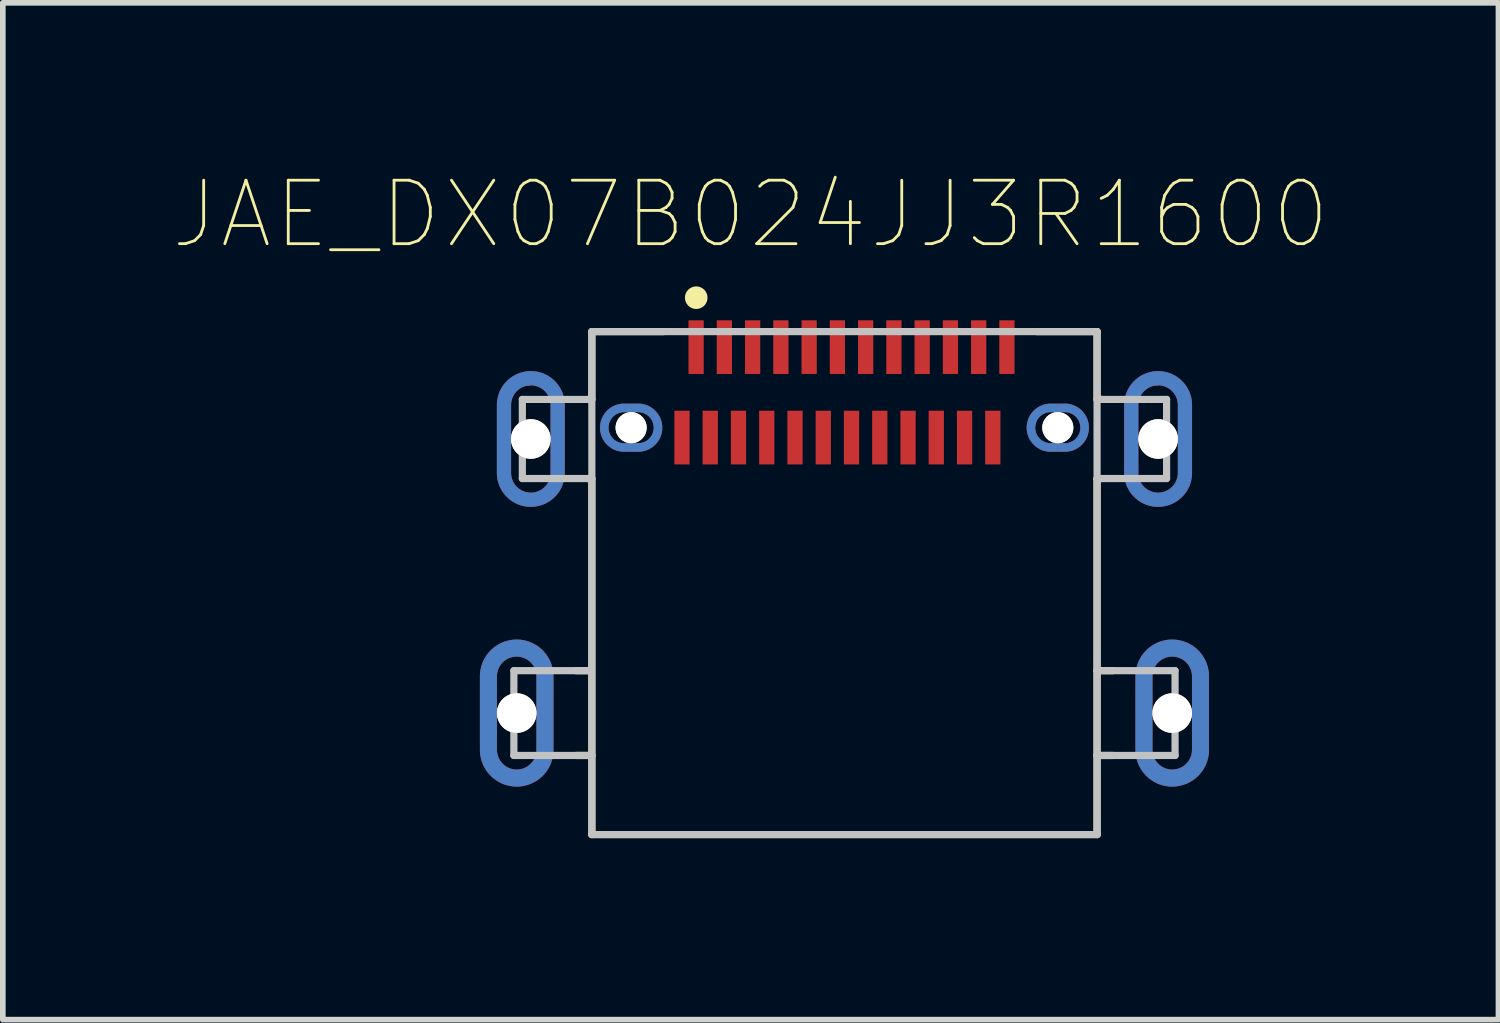
<source format=kicad_pcb>
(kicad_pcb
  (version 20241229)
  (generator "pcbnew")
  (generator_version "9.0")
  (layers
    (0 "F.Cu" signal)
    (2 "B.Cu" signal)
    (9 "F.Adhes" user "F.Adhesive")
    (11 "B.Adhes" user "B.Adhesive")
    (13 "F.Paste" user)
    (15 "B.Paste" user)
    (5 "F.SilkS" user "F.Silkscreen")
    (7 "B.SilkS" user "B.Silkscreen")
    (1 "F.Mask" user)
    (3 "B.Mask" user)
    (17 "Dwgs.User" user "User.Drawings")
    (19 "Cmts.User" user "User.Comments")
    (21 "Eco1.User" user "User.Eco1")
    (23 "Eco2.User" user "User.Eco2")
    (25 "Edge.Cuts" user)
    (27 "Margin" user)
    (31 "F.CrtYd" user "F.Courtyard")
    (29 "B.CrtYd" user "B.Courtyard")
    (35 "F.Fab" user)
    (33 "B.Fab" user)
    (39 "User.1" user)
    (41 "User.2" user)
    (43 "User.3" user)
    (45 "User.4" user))
  (footprint "JAE_DX07B024JJ3R1600"
    (layer "F.Cu")
    (at 11.893 4.718)
    (property "Reference" "JAE_DX07B024JJ3R1600" (at -1.66 -3.973 0) (layer "F.SilkS") (effects (font (size 1.123 1.123) (thickness 0.05))))
    (attr smd)
    (fp_poly (pts (xy -6.15 4.85) (xy -6.15 4.2) (xy -6.15 4.191) (xy -6.149 4.173) (xy -6.147 4.154) (xy -6.144 4.136) (xy -6.14 4.118) (xy -6.136 4.101) (xy -6.13 4.083) (xy -6.123 4.066) (xy -6.116 4.049) (xy -6.108 4.033) (xy -6.099 4.017) (xy -6.089 4.002) (xy -6.078 3.987) (xy -6.066 3.973) (xy -6.054 3.959) (xy -6.041 3.946) (xy -6.027 3.934) (xy -6.013 3.922) (xy -5.998 3.911) (xy -5.983 3.901) (xy -5.967 3.892) (xy -5.951 3.884) (xy -5.934 3.877) (xy -5.917 3.87) (xy -5.899 3.864) (xy -5.882 3.86) (xy -5.864 3.856) (xy -5.846 3.853) (xy -5.827 3.851) (xy -5.809 3.85) (xy -5.8 3.85) (xy -5.791 3.85) (xy -5.773 3.851) (xy -5.754 3.853) (xy -5.736 3.856) (xy -5.718 3.86) (xy -5.701 3.864) (xy -5.683 3.87) (xy -5.666 3.877) (xy -5.649 3.884) (xy -5.633 3.892) (xy -5.617 3.901) (xy -5.602 3.911) (xy -5.587 3.922) (xy -5.573 3.934) (xy -5.559 3.946) (xy -5.546 3.959) (xy -5.534 3.973) (xy -5.522 3.987) (xy -5.511 4.002) (xy -5.501 4.017) (xy -5.492 4.033) (xy -5.484 4.049) (xy -5.477 4.066) (xy -5.47 4.083) (xy -5.464 4.101) (xy -5.46 4.118) (xy -5.456 4.136) (xy -5.453 4.154) (xy -5.451 4.173) (xy -5.45 4.191) (xy -5.45 4.2) (xy -5.45 4.85) (xy -5.15 4.85) (xy -5.15 4.2) (xy -5.15 4.183) (xy -5.152 4.149) (xy -5.155 4.115) (xy -5.161 4.082) (xy -5.168 4.048) (xy -5.177 4.015) (xy -5.187 3.983) (xy -5.199 3.951) (xy -5.213 3.92) (xy -5.229 3.89) (xy -5.246 3.86) (xy -5.264 3.832) (xy -5.284 3.804) (xy -5.306 3.778) (xy -5.328 3.752) (xy -5.352 3.728) (xy -5.378 3.706) (xy -5.404 3.684) (xy -5.432 3.664) (xy -5.46 3.646) (xy -5.49 3.629) (xy -5.52 3.613) (xy -5.551 3.599) (xy -5.583 3.587) (xy -5.615 3.577) (xy -5.648 3.568) (xy -5.681 3.561) (xy -5.715 3.555) (xy -5.749 3.552) (xy -5.783 3.55) (xy -5.8 3.55) (xy -5.817 3.55) (xy -5.851 3.552) (xy -5.885 3.555) (xy -5.918 3.561) (xy -5.952 3.568) (xy -5.985 3.577) (xy -6.017 3.587) (xy -6.049 3.599) (xy -6.08 3.613) (xy -6.11 3.629) (xy -6.14 3.646) (xy -6.168 3.664) (xy -6.196 3.684) (xy -6.222 3.706) (xy -6.248 3.728) (xy -6.272 3.752) (xy -6.294 3.778) (xy -6.316 3.804) (xy -6.336 3.832) (xy -6.354 3.86) (xy -6.371 3.89) (xy -6.387 3.92) (xy -6.401 3.951) (xy -6.413 3.983) (xy -6.423 4.015) (xy -6.432 4.048) (xy -6.439 4.082) (xy -6.445 4.115) (xy -6.448 4.149) (xy -6.45 4.183) (xy -6.45 4.2) (xy -6.45 4.85)) (stroke (width 0.001) (type solid)) (fill yes) (layer "F.Cu"))
    (fp_poly (pts (xy -5.9 0) (xy -5.9 -0.6) (xy -5.9 -0.609) (xy -5.899 -0.627) (xy -5.897 -0.646) (xy -5.894 -0.664) (xy -5.89 -0.682) (xy -5.886 -0.699) (xy -5.88 -0.717) (xy -5.873 -0.734) (xy -5.866 -0.751) (xy -5.858 -0.767) (xy -5.849 -0.783) (xy -5.839 -0.798) (xy -5.828 -0.813) (xy -5.816 -0.827) (xy -5.804 -0.841) (xy -5.791 -0.854) (xy -5.777 -0.866) (xy -5.763 -0.878) (xy -5.748 -0.889) (xy -5.733 -0.899) (xy -5.717 -0.908) (xy -5.701 -0.916) (xy -5.684 -0.923) (xy -5.667 -0.93) (xy -5.649 -0.936) (xy -5.632 -0.94) (xy -5.614 -0.944) (xy -5.596 -0.947) (xy -5.577 -0.949) (xy -5.559 -0.95) (xy -5.55 -0.95) (xy -5.541 -0.95) (xy -5.523 -0.949) (xy -5.504 -0.947) (xy -5.486 -0.944) (xy -5.468 -0.94) (xy -5.451 -0.936) (xy -5.433 -0.93) (xy -5.416 -0.923) (xy -5.399 -0.916) (xy -5.383 -0.908) (xy -5.367 -0.899) (xy -5.352 -0.889) (xy -5.337 -0.878) (xy -5.323 -0.866) (xy -5.309 -0.854) (xy -5.296 -0.841) (xy -5.284 -0.827) (xy -5.272 -0.813) (xy -5.261 -0.798) (xy -5.251 -0.783) (xy -5.242 -0.767) (xy -5.234 -0.751) (xy -5.227 -0.734) (xy -5.22 -0.717) (xy -5.214 -0.699) (xy -5.21 -0.682) (xy -5.206 -0.664) (xy -5.203 -0.646) (xy -5.201 -0.627) (xy -5.2 -0.609) (xy -5.2 -0.6) (xy -5.2 0) (xy -4.95 0) (xy -4.95 -0.6) (xy -4.95 -0.616) (xy -4.952 -0.647) (xy -4.955 -0.678) (xy -4.96 -0.709) (xy -4.966 -0.74) (xy -4.975 -0.77) (xy -4.984 -0.8) (xy -4.995 -0.83) (xy -5.008 -0.858) (xy -5.023 -0.886) (xy -5.038 -0.914) (xy -5.055 -0.94) (xy -5.074 -0.965) (xy -5.094 -0.99) (xy -5.115 -1.013) (xy -5.137 -1.035) (xy -5.16 -1.056) (xy -5.185 -1.076) (xy -5.21 -1.095) (xy -5.236 -1.112) (xy -5.264 -1.127) (xy -5.292 -1.142) (xy -5.32 -1.155) (xy -5.35 -1.166) (xy -5.38 -1.175) (xy -5.41 -1.184) (xy -5.441 -1.19) (xy -5.472 -1.195) (xy -5.503 -1.198) (xy -5.534 -1.2) (xy -5.55 -1.2) (xy -5.566 -1.2) (xy -5.597 -1.198) (xy -5.628 -1.195) (xy -5.659 -1.19) (xy -5.69 -1.184) (xy -5.72 -1.175) (xy -5.75 -1.166) (xy -5.78 -1.155) (xy -5.808 -1.142) (xy -5.836 -1.127) (xy -5.864 -1.112) (xy -5.89 -1.095) (xy -5.915 -1.076) (xy -5.94 -1.056) (xy -5.963 -1.035) (xy -5.985 -1.013) (xy -6.006 -0.99) (xy -6.026 -0.965) (xy -6.045 -0.94) (xy -6.062 -0.914) (xy -6.077 -0.886) (xy -6.092 -0.858) (xy -6.105 -0.83) (xy -6.116 -0.8) (xy -6.125 -0.77) (xy -6.134 -0.74) (xy -6.14 -0.709) (xy -6.145 -0.678) (xy -6.148 -0.647) (xy -6.15 -0.616) (xy -6.15 -0.6) (xy -6.15 0)) (stroke (width 0.001) (type solid)) (fill yes) (layer "F.Cu"))
    (fp_poly (pts (xy -5.45 4.85) (xy -5.45 5.5) (xy -5.45 5.509) (xy -5.451 5.527) (xy -5.453 5.546) (xy -5.456 5.564) (xy -5.46 5.582) (xy -5.464 5.599) (xy -5.47 5.617) (xy -5.477 5.634) (xy -5.484 5.651) (xy -5.492 5.667) (xy -5.501 5.683) (xy -5.511 5.698) (xy -5.522 5.713) (xy -5.534 5.727) (xy -5.546 5.741) (xy -5.559 5.754) (xy -5.573 5.766) (xy -5.587 5.778) (xy -5.602 5.789) (xy -5.617 5.799) (xy -5.633 5.808) (xy -5.649 5.816) (xy -5.666 5.823) (xy -5.683 5.83) (xy -5.701 5.836) (xy -5.718 5.84) (xy -5.736 5.844) (xy -5.754 5.847) (xy -5.773 5.849) (xy -5.791 5.85) (xy -5.8 5.85) (xy -5.809 5.85) (xy -5.827 5.849) (xy -5.846 5.847) (xy -5.864 5.844) (xy -5.882 5.84) (xy -5.899 5.836) (xy -5.917 5.83) (xy -5.934 5.823) (xy -5.951 5.816) (xy -5.967 5.808) (xy -5.983 5.799) (xy -5.998 5.789) (xy -6.013 5.778) (xy -6.027 5.766) (xy -6.041 5.754) (xy -6.054 5.741) (xy -6.066 5.727) (xy -6.078 5.713) (xy -6.089 5.698) (xy -6.099 5.683) (xy -6.108 5.667) (xy -6.116 5.651) (xy -6.123 5.634) (xy -6.13 5.617) (xy -6.136 5.599) (xy -6.14 5.582) (xy -6.144 5.564) (xy -6.147 5.546) (xy -6.149 5.527) (xy -6.15 5.509) (xy -6.15 5.5) (xy -6.15 4.85) (xy -6.45 4.85) (xy -6.45 5.5) (xy -6.45 5.517) (xy -6.448 5.551) (xy -6.445 5.585) (xy -6.439 5.618) (xy -6.432 5.652) (xy -6.423 5.685) (xy -6.413 5.717) (xy -6.401 5.749) (xy -6.387 5.78) (xy -6.371 5.81) (xy -6.354 5.84) (xy -6.336 5.868) (xy -6.316 5.896) (xy -6.294 5.922) (xy -6.272 5.948) (xy -6.248 5.972) (xy -6.222 5.994) (xy -6.196 6.016) (xy -6.168 6.036) (xy -6.14 6.054) (xy -6.11 6.071) (xy -6.08 6.087) (xy -6.049 6.101) (xy -6.017 6.113) (xy -5.985 6.123) (xy -5.952 6.132) (xy -5.918 6.139) (xy -5.885 6.145) (xy -5.851 6.148) (xy -5.817 6.15) (xy -5.8 6.15) (xy -5.783 6.15) (xy -5.749 6.148) (xy -5.715 6.145) (xy -5.682 6.139) (xy -5.648 6.132) (xy -5.615 6.123) (xy -5.583 6.113) (xy -5.551 6.101) (xy -5.52 6.087) (xy -5.49 6.071) (xy -5.46 6.054) (xy -5.432 6.036) (xy -5.404 6.016) (xy -5.378 5.994) (xy -5.352 5.972) (xy -5.328 5.948) (xy -5.306 5.922) (xy -5.284 5.896) (xy -5.264 5.868) (xy -5.246 5.84) (xy -5.229 5.81) (xy -5.213 5.78) (xy -5.199 5.749) (xy -5.187 5.717) (xy -5.177 5.685) (xy -5.168 5.652) (xy -5.161 5.619) (xy -5.155 5.585) (xy -5.152 5.551) (xy -5.15 5.517) (xy -5.15 5.5) (xy -5.15 4.85)) (stroke (width 0.001) (type solid)) (fill yes) (layer "F.Cu"))
    (fp_poly (pts (xy -5.2 0) (xy -5.2 0.6) (xy -5.2 0.609) (xy -5.201 0.627) (xy -5.203 0.646) (xy -5.206 0.664) (xy -5.21 0.682) (xy -5.214 0.699) (xy -5.22 0.717) (xy -5.227 0.734) (xy -5.234 0.751) (xy -5.242 0.767) (xy -5.251 0.783) (xy -5.261 0.798) (xy -5.272 0.813) (xy -5.284 0.827) (xy -5.296 0.841) (xy -5.309 0.854) (xy -5.323 0.866) (xy -5.337 0.878) (xy -5.352 0.889) (xy -5.367 0.899) (xy -5.383 0.908) (xy -5.399 0.916) (xy -5.416 0.923) (xy -5.433 0.93) (xy -5.451 0.936) (xy -5.468 0.94) (xy -5.486 0.944) (xy -5.504 0.947) (xy -5.523 0.949) (xy -5.541 0.95) (xy -5.55 0.95) (xy -5.559 0.95) (xy -5.577 0.949) (xy -5.596 0.947) (xy -5.614 0.944) (xy -5.632 0.94) (xy -5.649 0.936) (xy -5.667 0.93) (xy -5.684 0.923) (xy -5.701 0.916) (xy -5.717 0.908) (xy -5.733 0.899) (xy -5.748 0.889) (xy -5.763 0.878) (xy -5.777 0.866) (xy -5.791 0.854) (xy -5.804 0.841) (xy -5.816 0.827) (xy -5.828 0.813) (xy -5.839 0.798) (xy -5.849 0.783) (xy -5.858 0.767) (xy -5.866 0.751) (xy -5.873 0.734) (xy -5.88 0.717) (xy -5.886 0.699) (xy -5.89 0.682) (xy -5.894 0.664) (xy -5.897 0.646) (xy -5.899 0.627) (xy -5.9 0.609) (xy -5.9 0.6) (xy -5.9 0) (xy -6.15 0) (xy -6.15 0.6) (xy -6.15 0.616) (xy -6.148 0.647) (xy -6.145 0.678) (xy -6.14 0.709) (xy -6.134 0.74) (xy -6.125 0.77) (xy -6.116 0.8) (xy -6.105 0.83) (xy -6.092 0.858) (xy -6.077 0.886) (xy -6.062 0.914) (xy -6.045 0.94) (xy -6.026 0.965) (xy -6.006 0.99) (xy -5.985 1.013) (xy -5.963 1.035) (xy -5.94 1.056) (xy -5.915 1.076) (xy -5.89 1.095) (xy -5.864 1.112) (xy -5.836 1.127) (xy -5.808 1.142) (xy -5.78 1.155) (xy -5.75 1.166) (xy -5.72 1.175) (xy -5.69 1.184) (xy -5.659 1.19) (xy -5.628 1.195) (xy -5.597 1.198) (xy -5.566 1.2) (xy -5.55 1.2) (xy -5.534 1.2) (xy -5.503 1.198) (xy -5.472 1.195) (xy -5.441 1.19) (xy -5.41 1.184) (xy -5.38 1.175) (xy -5.35 1.166) (xy -5.32 1.155) (xy -5.292 1.142) (xy -5.264 1.127) (xy -5.236 1.112) (xy -5.21 1.095) (xy -5.185 1.076) (xy -5.16 1.056) (xy -5.137 1.035) (xy -5.115 1.013) (xy -5.094 0.99) (xy -5.074 0.965) (xy -5.055 0.94) (xy -5.038 0.914) (xy -5.023 0.886) (xy -5.008 0.858) (xy -4.995 0.83) (xy -4.984 0.8) (xy -4.975 0.77) (xy -4.966 0.74) (xy -4.96 0.709) (xy -4.955 0.678) (xy -4.952 0.647) (xy -4.95 0.616) (xy -4.95 0.6) (xy -4.95 0)) (stroke (width 0.001) (type solid)) (fill yes) (layer "F.Cu"))
    (fp_poly (pts (xy -3.775 -0.475) (xy -3.65 -0.475) (xy -3.643 -0.475) (xy -3.628 -0.474) (xy -3.614 -0.473) (xy -3.6 -0.47) (xy -3.586 -0.467) (xy -3.572 -0.464) (xy -3.558 -0.459) (xy -3.545 -0.454) (xy -3.532 -0.448) (xy -3.519 -0.442) (xy -3.506 -0.435) (xy -3.494 -0.427) (xy -3.483 -0.418) (xy -3.471 -0.409) (xy -3.461 -0.4) (xy -3.45 -0.389) (xy -3.441 -0.379) (xy -3.432 -0.367) (xy -3.423 -0.356) (xy -3.415 -0.344) (xy -3.408 -0.331) (xy -3.402 -0.318) (xy -3.396 -0.305) (xy -3.391 -0.292) (xy -3.386 -0.278) (xy -3.383 -0.264) (xy -3.38 -0.25) (xy -3.377 -0.236) (xy -3.376 -0.222) (xy -3.375 -0.207) (xy -3.375 -0.2) (xy -3.375 -0.193) (xy -3.376 -0.178) (xy -3.377 -0.164) (xy -3.38 -0.15) (xy -3.383 -0.136) (xy -3.386 -0.122) (xy -3.391 -0.108) (xy -3.396 -0.095) (xy -3.402 -0.082) (xy -3.408 -0.069) (xy -3.415 -0.056) (xy -3.423 -0.044) (xy -3.432 -0.033) (xy -3.441 -0.021) (xy -3.45 -0.011) (xy -3.461 -0.000455) (xy -3.471 0.009) (xy -3.483 0.018) (xy -3.494 0.027) (xy -3.506 0.035) (xy -3.519 0.042) (xy -3.532 0.048) (xy -3.545 0.054) (xy -3.558 0.059) (xy -3.572 0.064) (xy -3.586 0.067) (xy -3.6 0.07) (xy -3.614 0.073) (xy -3.628 0.074) (xy -3.643 0.075) (xy -3.65 0.075) (xy -3.775 0.075) (xy -3.775 0.225) (xy -3.65 0.225) (xy -3.639 0.225) (xy -3.617 0.224) (xy -3.595 0.222) (xy -3.573 0.218) (xy -3.551 0.213) (xy -3.529 0.208) (xy -3.508 0.201) (xy -3.487 0.193) (xy -3.467 0.184) (xy -3.447 0.174) (xy -3.428 0.162) (xy -3.409 0.15) (xy -3.391 0.137) (xy -3.374 0.123) (xy -3.357 0.108) (xy -3.342 0.093) (xy -3.327 0.076) (xy -3.313 0.059) (xy -3.3 0.041) (xy -3.288 0.022) (xy -3.276 0.003) (xy -3.266 -0.017) (xy -3.257 -0.037) (xy -3.249 -0.058) (xy -3.242 -0.079) (xy -3.237 -0.101) (xy -3.232 -0.123) (xy -3.228 -0.145) (xy -3.226 -0.167) (xy -3.225 -0.189) (xy -3.225 -0.2) (xy -3.225 -0.211) (xy -3.226 -0.233) (xy -3.228 -0.255) (xy -3.232 -0.277) (xy -3.237 -0.299) (xy -3.242 -0.321) (xy -3.249 -0.342) (xy -3.257 -0.363) (xy -3.266 -0.383) (xy -3.276 -0.403) (xy -3.288 -0.422) (xy -3.3 -0.441) (xy -3.313 -0.459) (xy -3.327 -0.476) (xy -3.342 -0.493) (xy -3.357 -0.508) (xy -3.374 -0.523) (xy -3.391 -0.537) (xy -3.409 -0.55) (xy -3.428 -0.562) (xy -3.447 -0.574) (xy -3.467 -0.584) (xy -3.487 -0.593) (xy -3.508 -0.601) (xy -3.529 -0.608) (xy -3.551 -0.613) (xy -3.573 -0.618) (xy -3.595 -0.622) (xy -3.617 -0.624) (xy -3.639 -0.625) (xy -3.65 -0.625) (xy -3.775 -0.625)) (stroke (width 0.001) (type solid)) (fill yes) (layer "F.Cu"))
    (fp_poly (pts (xy -3.775 0.075) (xy -3.9 0.075) (xy -3.907 0.075) (xy -3.922 0.074) (xy -3.936 0.073) (xy -3.95 0.07) (xy -3.964 0.067) (xy -3.978 0.064) (xy -3.992 0.059) (xy -4.005 0.054) (xy -4.018 0.048) (xy -4.031 0.042) (xy -4.044 0.035) (xy -4.056 0.027) (xy -4.067 0.018) (xy -4.079 0.009) (xy -4.089 -0.000453) (xy -4.1 -0.011) (xy -4.109 -0.021) (xy -4.118 -0.033) (xy -4.127 -0.044) (xy -4.135 -0.056) (xy -4.142 -0.069) (xy -4.148 -0.082) (xy -4.154 -0.095) (xy -4.159 -0.108) (xy -4.164 -0.122) (xy -4.167 -0.136) (xy -4.17 -0.15) (xy -4.173 -0.164) (xy -4.174 -0.178) (xy -4.175 -0.193) (xy -4.175 -0.2) (xy -4.175 -0.207) (xy -4.174 -0.222) (xy -4.173 -0.236) (xy -4.17 -0.25) (xy -4.167 -0.264) (xy -4.164 -0.278) (xy -4.159 -0.292) (xy -4.154 -0.305) (xy -4.148 -0.318) (xy -4.142 -0.331) (xy -4.135 -0.344) (xy -4.127 -0.356) (xy -4.118 -0.367) (xy -4.109 -0.379) (xy -4.1 -0.389) (xy -4.089 -0.4) (xy -4.079 -0.409) (xy -4.067 -0.418) (xy -4.056 -0.427) (xy -4.044 -0.435) (xy -4.031 -0.442) (xy -4.018 -0.448) (xy -4.005 -0.454) (xy -3.992 -0.459) (xy -3.978 -0.464) (xy -3.964 -0.467) (xy -3.95 -0.47) (xy -3.936 -0.473) (xy -3.922 -0.474) (xy -3.907 -0.475) (xy -3.9 -0.475) (xy -3.775 -0.475) (xy -3.775 -0.625) (xy -3.9 -0.625) (xy -3.911 -0.625) (xy -3.933 -0.624) (xy -3.955 -0.622) (xy -3.977 -0.618) (xy -3.999 -0.613) (xy -4.021 -0.608) (xy -4.042 -0.601) (xy -4.063 -0.593) (xy -4.083 -0.584) (xy -4.103 -0.574) (xy -4.122 -0.562) (xy -4.141 -0.55) (xy -4.159 -0.537) (xy -4.176 -0.523) (xy -4.193 -0.508) (xy -4.208 -0.493) (xy -4.223 -0.476) (xy -4.237 -0.459) (xy -4.25 -0.441) (xy -4.262 -0.422) (xy -4.274 -0.403) (xy -4.284 -0.383) (xy -4.293 -0.363) (xy -4.301 -0.342) (xy -4.308 -0.321) (xy -4.313 -0.299) (xy -4.318 -0.277) (xy -4.322 -0.255) (xy -4.324 -0.233) (xy -4.325 -0.211) (xy -4.325 -0.2) (xy -4.325 -0.189) (xy -4.324 -0.167) (xy -4.322 -0.145) (xy -4.318 -0.123) (xy -4.313 -0.101) (xy -4.308 -0.079) (xy -4.301 -0.058) (xy -4.293 -0.037) (xy -4.284 -0.017) (xy -4.274 0.003) (xy -4.263 0.022) (xy -4.25 0.041) (xy -4.237 0.059) (xy -4.223 0.076) (xy -4.208 0.093) (xy -4.193 0.108) (xy -4.176 0.123) (xy -4.159 0.137) (xy -4.141 0.15) (xy -4.122 0.162) (xy -4.103 0.174) (xy -4.083 0.184) (xy -4.063 0.193) (xy -4.042 0.201) (xy -4.021 0.208) (xy -3.999 0.213) (xy -3.977 0.218) (xy -3.955 0.222) (xy -3.933 0.224) (xy -3.911 0.225) (xy -3.9 0.225) (xy -3.775 0.225)) (stroke (width 0.001) (type solid)) (fill yes) (layer "F.Cu"))
    (fp_poly (pts (xy 3.775 -0.475) (xy 3.9 -0.475) (xy 3.907 -0.475) (xy 3.922 -0.474) (xy 3.936 -0.473) (xy 3.95 -0.47) (xy 3.964 -0.467) (xy 3.978 -0.464) (xy 3.992 -0.459) (xy 4.005 -0.454) (xy 4.018 -0.448) (xy 4.031 -0.442) (xy 4.044 -0.435) (xy 4.056 -0.427) (xy 4.067 -0.418) (xy 4.079 -0.409) (xy 4.089 -0.4) (xy 4.1 -0.389) (xy 4.109 -0.379) (xy 4.118 -0.367) (xy 4.127 -0.356) (xy 4.135 -0.344) (xy 4.142 -0.331) (xy 4.148 -0.318) (xy 4.154 -0.305) (xy 4.159 -0.292) (xy 4.164 -0.278) (xy 4.167 -0.264) (xy 4.17 -0.25) (xy 4.173 -0.236) (xy 4.174 -0.222) (xy 4.175 -0.207) (xy 4.175 -0.2) (xy 4.175 -0.193) (xy 4.174 -0.178) (xy 4.173 -0.164) (xy 4.17 -0.15) (xy 4.167 -0.136) (xy 4.164 -0.122) (xy 4.159 -0.108) (xy 4.154 -0.095) (xy 4.148 -0.082) (xy 4.142 -0.069) (xy 4.135 -0.056) (xy 4.127 -0.044) (xy 4.118 -0.033) (xy 4.109 -0.021) (xy 4.1 -0.011) (xy 4.089 -0.000455) (xy 4.079 0.009) (xy 4.067 0.018) (xy 4.056 0.027) (xy 4.044 0.035) (xy 4.031 0.042) (xy 4.018 0.048) (xy 4.005 0.054) (xy 3.992 0.059) (xy 3.978 0.064) (xy 3.964 0.067) (xy 3.95 0.07) (xy 3.936 0.073) (xy 3.922 0.074) (xy 3.907 0.075) (xy 3.9 0.075) (xy 3.775 0.075) (xy 3.775 0.225) (xy 3.9 0.225) (xy 3.911 0.225) (xy 3.933 0.224) (xy 3.955 0.222) (xy 3.977 0.218) (xy 3.999 0.213) (xy 4.021 0.208) (xy 4.042 0.201) (xy 4.063 0.193) (xy 4.083 0.184) (xy 4.103 0.174) (xy 4.122 0.162) (xy 4.141 0.15) (xy 4.159 0.137) (xy 4.176 0.123) (xy 4.193 0.108) (xy 4.208 0.093) (xy 4.223 0.076) (xy 4.237 0.059) (xy 4.25 0.041) (xy 4.262 0.022) (xy 4.274 0.003) (xy 4.284 -0.017) (xy 4.293 -0.037) (xy 4.301 -0.058) (xy 4.308 -0.079) (xy 4.313 -0.101) (xy 4.318 -0.123) (xy 4.322 -0.145) (xy 4.324 -0.167) (xy 4.325 -0.189) (xy 4.325 -0.2) (xy 4.325 -0.211) (xy 4.324 -0.233) (xy 4.322 -0.255) (xy 4.318 -0.277) (xy 4.313 -0.299) (xy 4.308 -0.321) (xy 4.301 -0.342) (xy 4.293 -0.363) (xy 4.284 -0.383) (xy 4.274 -0.403) (xy 4.263 -0.422) (xy 4.25 -0.441) (xy 4.237 -0.459) (xy 4.223 -0.476) (xy 4.208 -0.493) (xy 4.193 -0.508) (xy 4.176 -0.523) (xy 4.159 -0.537) (xy 4.141 -0.55) (xy 4.122 -0.562) (xy 4.103 -0.574) (xy 4.083 -0.584) (xy 4.063 -0.593) (xy 4.042 -0.601) (xy 4.021 -0.608) (xy 3.999 -0.613) (xy 3.977 -0.618) (xy 3.955 -0.622) (xy 3.933 -0.624) (xy 3.911 -0.625) (xy 3.9 -0.625) (xy 3.775 -0.625)) (stroke (width 0.001) (type solid)) (fill yes) (layer "F.Cu"))
    (fp_poly (pts (xy 3.775 0.075) (xy 3.65 0.075) (xy 3.643 0.075) (xy 3.628 0.074) (xy 3.614 0.073) (xy 3.6 0.07) (xy 3.586 0.067) (xy 3.572 0.064) (xy 3.558 0.059) (xy 3.545 0.054) (xy 3.532 0.048) (xy 3.519 0.042) (xy 3.506 0.035) (xy 3.494 0.027) (xy 3.483 0.018) (xy 3.471 0.009) (xy 3.461 -0.000453) (xy 3.45 -0.011) (xy 3.441 -0.021) (xy 3.432 -0.033) (xy 3.423 -0.044) (xy 3.415 -0.056) (xy 3.408 -0.069) (xy 3.402 -0.082) (xy 3.396 -0.095) (xy 3.391 -0.108) (xy 3.386 -0.122) (xy 3.383 -0.136) (xy 3.38 -0.15) (xy 3.377 -0.164) (xy 3.376 -0.178) (xy 3.375 -0.193) (xy 3.375 -0.2) (xy 3.375 -0.207) (xy 3.376 -0.222) (xy 3.377 -0.236) (xy 3.38 -0.25) (xy 3.383 -0.264) (xy 3.386 -0.278) (xy 3.391 -0.292) (xy 3.396 -0.305) (xy 3.402 -0.318) (xy 3.408 -0.331) (xy 3.415 -0.344) (xy 3.423 -0.356) (xy 3.432 -0.367) (xy 3.441 -0.379) (xy 3.45 -0.389) (xy 3.461 -0.4) (xy 3.471 -0.409) (xy 3.483 -0.418) (xy 3.494 -0.427) (xy 3.506 -0.435) (xy 3.519 -0.442) (xy 3.532 -0.448) (xy 3.545 -0.454) (xy 3.558 -0.459) (xy 3.572 -0.464) (xy 3.586 -0.467) (xy 3.6 -0.47) (xy 3.614 -0.473) (xy 3.628 -0.474) (xy 3.643 -0.475) (xy 3.65 -0.475) (xy 3.775 -0.475) (xy 3.775 -0.625) (xy 3.65 -0.625) (xy 3.639 -0.625) (xy 3.617 -0.624) (xy 3.595 -0.622) (xy 3.573 -0.618) (xy 3.551 -0.613) (xy 3.529 -0.608) (xy 3.508 -0.601) (xy 3.487 -0.593) (xy 3.467 -0.584) (xy 3.447 -0.574) (xy 3.428 -0.562) (xy 3.409 -0.55) (xy 3.391 -0.537) (xy 3.374 -0.523) (xy 3.357 -0.508) (xy 3.342 -0.493) (xy 3.327 -0.476) (xy 3.313 -0.459) (xy 3.3 -0.441) (xy 3.288 -0.422) (xy 3.276 -0.403) (xy 3.266 -0.383) (xy 3.257 -0.363) (xy 3.249 -0.342) (xy 3.242 -0.321) (xy 3.237 -0.299) (xy 3.232 -0.277) (xy 3.228 -0.255) (xy 3.226 -0.233) (xy 3.225 -0.211) (xy 3.225 -0.2) (xy 3.225 -0.189) (xy 3.226 -0.167) (xy 3.228 -0.145) (xy 3.232 -0.123) (xy 3.237 -0.101) (xy 3.242 -0.079) (xy 3.249 -0.058) (xy 3.257 -0.037) (xy 3.266 -0.017) (xy 3.276 0.003) (xy 3.288 0.022) (xy 3.3 0.041) (xy 3.313 0.059) (xy 3.327 0.076) (xy 3.342 0.093) (xy 3.357 0.108) (xy 3.374 0.123) (xy 3.391 0.137) (xy 3.409 0.15) (xy 3.428 0.162) (xy 3.447 0.174) (xy 3.467 0.184) (xy 3.487 0.193) (xy 3.508 0.201) (xy 3.529 0.208) (xy 3.551 0.213) (xy 3.573 0.218) (xy 3.595 0.222) (xy 3.617 0.224) (xy 3.639 0.225) (xy 3.65 0.225) (xy 3.775 0.225)) (stroke (width 0.001) (type solid)) (fill yes) (layer "F.Cu"))
    (fp_poly (pts (xy 5.2 0) (xy 5.2 -0.6) (xy 5.2 -0.609) (xy 5.201 -0.627) (xy 5.203 -0.646) (xy 5.206 -0.664) (xy 5.21 -0.682) (xy 5.214 -0.699) (xy 5.22 -0.717) (xy 5.227 -0.734) (xy 5.234 -0.751) (xy 5.242 -0.767) (xy 5.251 -0.783) (xy 5.261 -0.798) (xy 5.272 -0.813) (xy 5.284 -0.827) (xy 5.296 -0.841) (xy 5.309 -0.854) (xy 5.323 -0.866) (xy 5.337 -0.878) (xy 5.352 -0.889) (xy 5.367 -0.899) (xy 5.383 -0.908) (xy 5.399 -0.916) (xy 5.416 -0.923) (xy 5.433 -0.93) (xy 5.451 -0.936) (xy 5.468 -0.94) (xy 5.486 -0.944) (xy 5.504 -0.947) (xy 5.523 -0.949) (xy 5.541 -0.95) (xy 5.55 -0.95) (xy 5.559 -0.95) (xy 5.577 -0.949) (xy 5.596 -0.947) (xy 5.614 -0.944) (xy 5.632 -0.94) (xy 5.649 -0.936) (xy 5.667 -0.93) (xy 5.684 -0.923) (xy 5.701 -0.916) (xy 5.717 -0.908) (xy 5.733 -0.899) (xy 5.748 -0.889) (xy 5.763 -0.878) (xy 5.777 -0.866) (xy 5.791 -0.854) (xy 5.804 -0.841) (xy 5.816 -0.827) (xy 5.828 -0.813) (xy 5.839 -0.798) (xy 5.849 -0.783) (xy 5.858 -0.767) (xy 5.866 -0.751) (xy 5.873 -0.734) (xy 5.88 -0.717) (xy 5.886 -0.699) (xy 5.89 -0.682) (xy 5.894 -0.664) (xy 5.897 -0.646) (xy 5.899 -0.627) (xy 5.9 -0.609) (xy 5.9 -0.6) (xy 5.9 0) (xy 6.15 0) (xy 6.15 -0.6) (xy 6.15 -0.616) (xy 6.148 -0.647) (xy 6.145 -0.678) (xy 6.14 -0.709) (xy 6.134 -0.74) (xy 6.125 -0.77) (xy 6.116 -0.8) (xy 6.105 -0.83) (xy 6.092 -0.858) (xy 6.077 -0.886) (xy 6.062 -0.914) (xy 6.045 -0.94) (xy 6.026 -0.965) (xy 6.006 -0.99) (xy 5.985 -1.013) (xy 5.963 -1.035) (xy 5.94 -1.056) (xy 5.915 -1.076) (xy 5.89 -1.095) (xy 5.864 -1.112) (xy 5.836 -1.127) (xy 5.808 -1.142) (xy 5.78 -1.155) (xy 5.75 -1.166) (xy 5.72 -1.175) (xy 5.69 -1.184) (xy 5.659 -1.19) (xy 5.628 -1.195) (xy 5.597 -1.198) (xy 5.566 -1.2) (xy 5.55 -1.2) (xy 5.534 -1.2) (xy 5.503 -1.198) (xy 5.472 -1.195) (xy 5.441 -1.19) (xy 5.41 -1.184) (xy 5.38 -1.175) (xy 5.35 -1.166) (xy 5.32 -1.155) (xy 5.292 -1.142) (xy 5.264 -1.127) (xy 5.236 -1.112) (xy 5.21 -1.095) (xy 5.185 -1.076) (xy 5.16 -1.056) (xy 5.137 -1.035) (xy 5.115 -1.013) (xy 5.094 -0.99) (xy 5.074 -0.965) (xy 5.055 -0.94) (xy 5.038 -0.914) (xy 5.023 -0.886) (xy 5.008 -0.858) (xy 4.995 -0.83) (xy 4.984 -0.8) (xy 4.975 -0.77) (xy 4.966 -0.74) (xy 4.96 -0.709) (xy 4.955 -0.678) (xy 4.952 -0.647) (xy 4.95 -0.616) (xy 4.95 -0.6) (xy 4.95 0)) (stroke (width 0.001) (type solid)) (fill yes) (layer "F.Cu"))
    (fp_poly (pts (xy 5.45 4.85) (xy 5.45 4.2) (xy 5.45 4.191) (xy 5.451 4.173) (xy 5.453 4.154) (xy 5.456 4.136) (xy 5.46 4.118) (xy 5.464 4.101) (xy 5.47 4.083) (xy 5.477 4.066) (xy 5.484 4.049) (xy 5.492 4.033) (xy 5.501 4.017) (xy 5.511 4.002) (xy 5.522 3.987) (xy 5.534 3.973) (xy 5.546 3.959) (xy 5.559 3.946) (xy 5.573 3.934) (xy 5.587 3.922) (xy 5.602 3.911) (xy 5.617 3.901) (xy 5.633 3.892) (xy 5.649 3.884) (xy 5.666 3.877) (xy 5.683 3.87) (xy 5.701 3.864) (xy 5.718 3.86) (xy 5.736 3.856) (xy 5.754 3.853) (xy 5.773 3.851) (xy 5.791 3.85) (xy 5.8 3.85) (xy 5.809 3.85) (xy 5.827 3.851) (xy 5.846 3.853) (xy 5.864 3.856) (xy 5.882 3.86) (xy 5.899 3.864) (xy 5.917 3.87) (xy 5.934 3.877) (xy 5.951 3.884) (xy 5.967 3.892) (xy 5.983 3.901) (xy 5.998 3.911) (xy 6.013 3.922) (xy 6.027 3.934) (xy 6.041 3.946) (xy 6.054 3.959) (xy 6.066 3.973) (xy 6.078 3.987) (xy 6.089 4.002) (xy 6.099 4.017) (xy 6.108 4.033) (xy 6.116 4.049) (xy 6.123 4.066) (xy 6.13 4.083) (xy 6.136 4.101) (xy 6.14 4.118) (xy 6.144 4.136) (xy 6.147 4.154) (xy 6.149 4.173) (xy 6.15 4.191) (xy 6.15 4.2) (xy 6.15 4.85) (xy 6.45 4.85) (xy 6.45 4.2) (xy 6.45 4.183) (xy 6.448 4.149) (xy 6.445 4.115) (xy 6.439 4.082) (xy 6.432 4.048) (xy 6.423 4.015) (xy 6.413 3.983) (xy 6.401 3.951) (xy 6.387 3.92) (xy 6.371 3.89) (xy 6.354 3.86) (xy 6.336 3.832) (xy 6.316 3.804) (xy 6.294 3.778) (xy 6.272 3.752) (xy 6.248 3.728) (xy 6.222 3.706) (xy 6.196 3.684) (xy 6.168 3.664) (xy 6.14 3.646) (xy 6.11 3.629) (xy 6.08 3.613) (xy 6.049 3.599) (xy 6.017 3.587) (xy 5.985 3.577) (xy 5.952 3.568) (xy 5.918 3.561) (xy 5.885 3.555) (xy 5.851 3.552) (xy 5.817 3.55) (xy 5.8 3.55) (xy 5.783 3.55) (xy 5.749 3.552) (xy 5.715 3.555) (xy 5.682 3.561) (xy 5.648 3.568) (xy 5.615 3.577) (xy 5.583 3.587) (xy 5.551 3.599) (xy 5.52 3.613) (xy 5.49 3.629) (xy 5.46 3.646) (xy 5.432 3.664) (xy 5.404 3.684) (xy 5.378 3.706) (xy 5.352 3.728) (xy 5.328 3.752) (xy 5.306 3.778) (xy 5.284 3.804) (xy 5.264 3.832) (xy 5.246 3.86) (xy 5.229 3.89) (xy 5.213 3.92) (xy 5.199 3.951) (xy 5.187 3.983) (xy 5.177 4.015) (xy 5.168 4.048) (xy 5.161 4.082) (xy 5.155 4.115) (xy 5.152 4.149) (xy 5.15 4.183) (xy 5.15 4.2) (xy 5.15 4.85)) (stroke (width 0.001) (type solid)) (fill yes) (layer "F.Cu"))
    (fp_poly (pts (xy 5.9 0) (xy 5.9 0.6) (xy 5.9 0.609) (xy 5.899 0.627) (xy 5.897 0.646) (xy 5.894 0.664) (xy 5.89 0.682) (xy 5.886 0.699) (xy 5.88 0.717) (xy 5.873 0.734) (xy 5.866 0.751) (xy 5.858 0.767) (xy 5.849 0.783) (xy 5.839 0.798) (xy 5.828 0.813) (xy 5.816 0.827) (xy 5.804 0.841) (xy 5.791 0.854) (xy 5.777 0.866) (xy 5.763 0.878) (xy 5.748 0.889) (xy 5.733 0.899) (xy 5.717 0.908) (xy 5.701 0.916) (xy 5.684 0.923) (xy 5.667 0.93) (xy 5.649 0.936) (xy 5.632 0.94) (xy 5.614 0.944) (xy 5.596 0.947) (xy 5.577 0.949) (xy 5.559 0.95) (xy 5.55 0.95) (xy 5.541 0.95) (xy 5.523 0.949) (xy 5.504 0.947) (xy 5.486 0.944) (xy 5.468 0.94) (xy 5.451 0.936) (xy 5.433 0.93) (xy 5.416 0.923) (xy 5.399 0.916) (xy 5.383 0.908) (xy 5.367 0.899) (xy 5.352 0.889) (xy 5.337 0.878) (xy 5.323 0.866) (xy 5.309 0.854) (xy 5.296 0.841) (xy 5.284 0.827) (xy 5.272 0.813) (xy 5.261 0.798) (xy 5.251 0.783) (xy 5.242 0.767) (xy 5.234 0.751) (xy 5.227 0.734) (xy 5.22 0.717) (xy 5.214 0.699) (xy 5.21 0.682) (xy 5.206 0.664) (xy 5.203 0.646) (xy 5.201 0.627) (xy 5.2 0.609) (xy 5.2 0.6) (xy 5.2 0) (xy 4.95 0) (xy 4.95 0.6) (xy 4.95 0.616) (xy 4.952 0.647) (xy 4.955 0.678) (xy 4.96 0.709) (xy 4.966 0.74) (xy 4.975 0.77) (xy 4.984 0.8) (xy 4.995 0.83) (xy 5.008 0.858) (xy 5.023 0.886) (xy 5.038 0.914) (xy 5.055 0.94) (xy 5.074 0.965) (xy 5.094 0.99) (xy 5.115 1.013) (xy 5.137 1.035) (xy 5.16 1.056) (xy 5.185 1.076) (xy 5.21 1.095) (xy 5.236 1.112) (xy 5.264 1.127) (xy 5.292 1.142) (xy 5.32 1.155) (xy 5.35 1.166) (xy 5.38 1.175) (xy 5.41 1.184) (xy 5.441 1.19) (xy 5.472 1.195) (xy 5.503 1.198) (xy 5.534 1.2) (xy 5.55 1.2) (xy 5.566 1.2) (xy 5.597 1.198) (xy 5.628 1.195) (xy 5.659 1.19) (xy 5.69 1.184) (xy 5.72 1.175) (xy 5.75 1.166) (xy 5.78 1.155) (xy 5.808 1.142) (xy 5.836 1.127) (xy 5.864 1.112) (xy 5.89 1.095) (xy 5.915 1.076) (xy 5.94 1.056) (xy 5.963 1.035) (xy 5.985 1.013) (xy 6.006 0.99) (xy 6.026 0.965) (xy 6.045 0.94) (xy 6.062 0.914) (xy 6.077 0.886) (xy 6.092 0.858) (xy 6.105 0.83) (xy 6.116 0.8) (xy 6.125 0.77) (xy 6.134 0.74) (xy 6.14 0.709) (xy 6.145 0.678) (xy 6.148 0.647) (xy 6.15 0.616) (xy 6.15 0.6) (xy 6.15 0)) (stroke (width 0.001) (type solid)) (fill yes) (layer "F.Cu"))
    (fp_poly (pts (xy 6.15 4.85) (xy 6.15 5.5) (xy 6.15 5.509) (xy 6.149 5.527) (xy 6.147 5.546) (xy 6.144 5.564) (xy 6.14 5.582) (xy 6.136 5.599) (xy 6.13 5.617) (xy 6.123 5.634) (xy 6.116 5.651) (xy 6.108 5.667) (xy 6.099 5.683) (xy 6.089 5.698) (xy 6.078 5.713) (xy 6.066 5.727) (xy 6.054 5.741) (xy 6.041 5.754) (xy 6.027 5.766) (xy 6.013 5.778) (xy 5.998 5.789) (xy 5.983 5.799) (xy 5.967 5.808) (xy 5.951 5.816) (xy 5.934 5.823) (xy 5.917 5.83) (xy 5.899 5.836) (xy 5.882 5.84) (xy 5.864 5.844) (xy 5.846 5.847) (xy 5.827 5.849) (xy 5.809 5.85) (xy 5.8 5.85) (xy 5.791 5.85) (xy 5.773 5.849) (xy 5.754 5.847) (xy 5.736 5.844) (xy 5.718 5.84) (xy 5.701 5.836) (xy 5.683 5.83) (xy 5.666 5.823) (xy 5.649 5.816) (xy 5.633 5.808) (xy 5.617 5.799) (xy 5.602 5.789) (xy 5.587 5.778) (xy 5.573 5.766) (xy 5.559 5.754) (xy 5.546 5.741) (xy 5.534 5.727) (xy 5.522 5.713) (xy 5.511 5.698) (xy 5.501 5.683) (xy 5.492 5.667) (xy 5.484 5.651) (xy 5.477 5.634) (xy 5.47 5.617) (xy 5.464 5.599) (xy 5.46 5.582) (xy 5.456 5.564) (xy 5.453 5.546) (xy 5.451 5.527) (xy 5.45 5.509) (xy 5.45 5.5) (xy 5.45 4.85) (xy 5.15 4.85) (xy 5.15 5.5) (xy 5.15 5.517) (xy 5.152 5.551) (xy 5.155 5.585) (xy 5.161 5.618) (xy 5.168 5.652) (xy 5.177 5.685) (xy 5.187 5.717) (xy 5.199 5.749) (xy 5.213 5.78) (xy 5.229 5.81) (xy 5.246 5.84) (xy 5.264 5.868) (xy 5.284 5.896) (xy 5.306 5.922) (xy 5.328 5.948) (xy 5.352 5.972) (xy 5.378 5.994) (xy 5.404 6.016) (xy 5.432 6.036) (xy 5.46 6.054) (xy 5.49 6.071) (xy 5.52 6.087) (xy 5.551 6.101) (xy 5.583 6.113) (xy 5.615 6.123) (xy 5.648 6.132) (xy 5.681 6.139) (xy 5.715 6.145) (xy 5.749 6.148) (xy 5.783 6.15) (xy 5.8 6.15) (xy 5.817 6.15) (xy 5.851 6.148) (xy 5.885 6.145) (xy 5.918 6.139) (xy 5.952 6.132) (xy 5.985 6.123) (xy 6.017 6.113) (xy 6.049 6.101) (xy 6.08 6.087) (xy 6.11 6.071) (xy 6.14 6.054) (xy 6.168 6.036) (xy 6.196 6.016) (xy 6.222 5.994) (xy 6.248 5.972) (xy 6.272 5.948) (xy 6.294 5.922) (xy 6.316 5.896) (xy 6.336 5.868) (xy 6.354 5.84) (xy 6.371 5.81) (xy 6.387 5.78) (xy 6.401 5.749) (xy 6.413 5.717) (xy 6.423 5.685) (xy 6.432 5.652) (xy 6.439 5.619) (xy 6.445 5.585) (xy 6.448 5.551) (xy 6.45 5.517) (xy 6.45 5.5) (xy 6.45 4.85)) (stroke (width 0.001) (type solid)) (fill yes) (layer "F.Cu"))
    (fp_poly (pts (xy -6.565 3.45) (xy -5.05 3.45) (xy -5.05 6.264) (xy -6.565 6.264)) (stroke (width 0) (type solid)) (fill yes) (layer "F.Mask"))
    (fp_poly (pts (xy -6.257 -1.3) (xy -4.85 -1.3) (xy -4.85 1.301) (xy -6.257 1.301)) (stroke (width 0) (type solid)) (fill yes) (layer "F.Mask"))
    (fp_poly (pts (xy -4.429 -0.725) (xy -3.125 -0.725) (xy -3.125 0.325) (xy -4.429 0.325)) (stroke (width 0) (type solid)) (fill yes) (layer "F.Mask"))
    (fp_poly (pts (xy 3.134 -0.725) (xy 4.425 -0.725) (xy 4.425 0.326) (xy 3.134 0.326)) (stroke (width 0) (type solid)) (fill yes) (layer "F.Mask"))
    (fp_poly (pts (xy 4.86 -1.3) (xy 6.25 -1.3) (xy 6.25 1.303) (xy 4.86 1.303)) (stroke (width 0) (type solid)) (fill yes) (layer "F.Mask"))
    (fp_poly (pts (xy 5.068 3.45) (xy 6.55 3.45) (xy 6.55 6.272) (xy 5.068 6.272)) (stroke (width 0) (type solid)) (fill yes) (layer "F.Mask"))
    (fp_poly (pts (xy -6.15 4.85) (xy -6.15 4.2) (xy -6.15 4.191) (xy -6.149 4.173) (xy -6.147 4.154) (xy -6.144 4.136) (xy -6.14 4.118) (xy -6.136 4.101) (xy -6.13 4.083) (xy -6.123 4.066) (xy -6.116 4.049) (xy -6.108 4.033) (xy -6.099 4.017) (xy -6.089 4.002) (xy -6.078 3.987) (xy -6.066 3.973) (xy -6.054 3.959) (xy -6.041 3.946) (xy -6.027 3.934) (xy -6.013 3.922) (xy -5.998 3.911) (xy -5.983 3.901) (xy -5.967 3.892) (xy -5.951 3.884) (xy -5.934 3.877) (xy -5.917 3.87) (xy -5.899 3.864) (xy -5.882 3.86) (xy -5.864 3.856) (xy -5.846 3.853) (xy -5.827 3.851) (xy -5.809 3.85) (xy -5.8 3.85) (xy -5.791 3.85) (xy -5.773 3.851) (xy -5.754 3.853) (xy -5.736 3.856) (xy -5.718 3.86) (xy -5.701 3.864) (xy -5.683 3.87) (xy -5.666 3.877) (xy -5.649 3.884) (xy -5.633 3.892) (xy -5.617 3.901) (xy -5.602 3.911) (xy -5.587 3.922) (xy -5.573 3.934) (xy -5.559 3.946) (xy -5.546 3.959) (xy -5.534 3.973) (xy -5.522 3.987) (xy -5.511 4.002) (xy -5.501 4.017) (xy -5.492 4.033) (xy -5.484 4.049) (xy -5.477 4.066) (xy -5.47 4.083) (xy -5.464 4.101) (xy -5.46 4.118) (xy -5.456 4.136) (xy -5.453 4.154) (xy -5.451 4.173) (xy -5.45 4.191) (xy -5.45 4.2) (xy -5.45 4.85) (xy -5.15 4.85) (xy -5.15 4.2) (xy -5.15 4.183) (xy -5.152 4.149) (xy -5.155 4.115) (xy -5.161 4.082) (xy -5.168 4.048) (xy -5.177 4.015) (xy -5.187 3.983) (xy -5.199 3.951) (xy -5.213 3.92) (xy -5.229 3.89) (xy -5.246 3.86) (xy -5.264 3.832) (xy -5.284 3.804) (xy -5.306 3.778) (xy -5.328 3.752) (xy -5.352 3.728) (xy -5.378 3.706) (xy -5.404 3.684) (xy -5.432 3.664) (xy -5.46 3.646) (xy -5.49 3.629) (xy -5.52 3.613) (xy -5.551 3.599) (xy -5.583 3.587) (xy -5.615 3.577) (xy -5.648 3.568) (xy -5.681 3.561) (xy -5.715 3.555) (xy -5.749 3.552) (xy -5.783 3.55) (xy -5.8 3.55) (xy -5.817 3.55) (xy -5.851 3.552) (xy -5.885 3.555) (xy -5.918 3.561) (xy -5.952 3.568) (xy -5.985 3.577) (xy -6.017 3.587) (xy -6.049 3.599) (xy -6.08 3.613) (xy -6.11 3.629) (xy -6.14 3.646) (xy -6.168 3.664) (xy -6.196 3.684) (xy -6.222 3.706) (xy -6.248 3.728) (xy -6.272 3.752) (xy -6.294 3.778) (xy -6.316 3.804) (xy -6.336 3.832) (xy -6.354 3.86) (xy -6.371 3.89) (xy -6.387 3.92) (xy -6.401 3.951) (xy -6.413 3.983) (xy -6.423 4.015) (xy -6.432 4.048) (xy -6.439 4.082) (xy -6.445 4.115) (xy -6.448 4.149) (xy -6.45 4.183) (xy -6.45 4.2) (xy -6.45 4.85)) (stroke (width 0.001) (type solid)) (fill yes) (layer "B.Cu"))
    (fp_poly (pts (xy -5.9 0) (xy -5.9 -0.6) (xy -5.9 -0.609) (xy -5.899 -0.627) (xy -5.897 -0.646) (xy -5.894 -0.664) (xy -5.89 -0.682) (xy -5.886 -0.699) (xy -5.88 -0.717) (xy -5.873 -0.734) (xy -5.866 -0.751) (xy -5.858 -0.767) (xy -5.849 -0.783) (xy -5.839 -0.798) (xy -5.828 -0.813) (xy -5.816 -0.827) (xy -5.804 -0.841) (xy -5.791 -0.854) (xy -5.777 -0.866) (xy -5.763 -0.878) (xy -5.748 -0.889) (xy -5.733 -0.899) (xy -5.717 -0.908) (xy -5.701 -0.916) (xy -5.684 -0.923) (xy -5.667 -0.93) (xy -5.649 -0.936) (xy -5.632 -0.94) (xy -5.614 -0.944) (xy -5.596 -0.947) (xy -5.577 -0.949) (xy -5.559 -0.95) (xy -5.55 -0.95) (xy -5.541 -0.95) (xy -5.523 -0.949) (xy -5.504 -0.947) (xy -5.486 -0.944) (xy -5.468 -0.94) (xy -5.451 -0.936) (xy -5.433 -0.93) (xy -5.416 -0.923) (xy -5.399 -0.916) (xy -5.383 -0.908) (xy -5.367 -0.899) (xy -5.352 -0.889) (xy -5.337 -0.878) (xy -5.323 -0.866) (xy -5.309 -0.854) (xy -5.296 -0.841) (xy -5.284 -0.827) (xy -5.272 -0.813) (xy -5.261 -0.798) (xy -5.251 -0.783) (xy -5.242 -0.767) (xy -5.234 -0.751) (xy -5.227 -0.734) (xy -5.22 -0.717) (xy -5.214 -0.699) (xy -5.21 -0.682) (xy -5.206 -0.664) (xy -5.203 -0.646) (xy -5.201 -0.627) (xy -5.2 -0.609) (xy -5.2 -0.6) (xy -5.2 0) (xy -4.95 0) (xy -4.95 -0.6) (xy -4.95 -0.616) (xy -4.952 -0.647) (xy -4.955 -0.678) (xy -4.96 -0.709) (xy -4.966 -0.74) (xy -4.975 -0.77) (xy -4.984 -0.8) (xy -4.995 -0.83) (xy -5.008 -0.858) (xy -5.023 -0.886) (xy -5.038 -0.914) (xy -5.055 -0.94) (xy -5.074 -0.965) (xy -5.094 -0.99) (xy -5.115 -1.013) (xy -5.137 -1.035) (xy -5.16 -1.056) (xy -5.185 -1.076) (xy -5.21 -1.095) (xy -5.236 -1.112) (xy -5.264 -1.127) (xy -5.292 -1.142) (xy -5.32 -1.155) (xy -5.35 -1.166) (xy -5.38 -1.175) (xy -5.41 -1.184) (xy -5.441 -1.19) (xy -5.472 -1.195) (xy -5.503 -1.198) (xy -5.534 -1.2) (xy -5.55 -1.2) (xy -5.566 -1.2) (xy -5.597 -1.198) (xy -5.628 -1.195) (xy -5.659 -1.19) (xy -5.69 -1.184) (xy -5.72 -1.175) (xy -5.75 -1.166) (xy -5.78 -1.155) (xy -5.808 -1.142) (xy -5.836 -1.127) (xy -5.864 -1.112) (xy -5.89 -1.095) (xy -5.915 -1.076) (xy -5.94 -1.056) (xy -5.963 -1.035) (xy -5.985 -1.013) (xy -6.006 -0.99) (xy -6.026 -0.965) (xy -6.045 -0.94) (xy -6.062 -0.914) (xy -6.077 -0.886) (xy -6.092 -0.858) (xy -6.105 -0.83) (xy -6.116 -0.8) (xy -6.125 -0.77) (xy -6.134 -0.74) (xy -6.14 -0.709) (xy -6.145 -0.678) (xy -6.148 -0.647) (xy -6.15 -0.616) (xy -6.15 -0.6) (xy -6.15 0)) (stroke (width 0.001) (type solid)) (fill yes) (layer "B.Cu"))
    (fp_poly (pts (xy -5.45 4.85) (xy -5.45 5.5) (xy -5.45 5.509) (xy -5.451 5.527) (xy -5.453 5.546) (xy -5.456 5.564) (xy -5.46 5.582) (xy -5.464 5.599) (xy -5.47 5.617) (xy -5.477 5.634) (xy -5.484 5.651) (xy -5.492 5.667) (xy -5.501 5.683) (xy -5.511 5.698) (xy -5.522 5.713) (xy -5.534 5.727) (xy -5.546 5.741) (xy -5.559 5.754) (xy -5.573 5.766) (xy -5.587 5.778) (xy -5.602 5.789) (xy -5.617 5.799) (xy -5.633 5.808) (xy -5.649 5.816) (xy -5.666 5.823) (xy -5.683 5.83) (xy -5.701 5.836) (xy -5.718 5.84) (xy -5.736 5.844) (xy -5.754 5.847) (xy -5.773 5.849) (xy -5.791 5.85) (xy -5.8 5.85) (xy -5.809 5.85) (xy -5.827 5.849) (xy -5.846 5.847) (xy -5.864 5.844) (xy -5.882 5.84) (xy -5.899 5.836) (xy -5.917 5.83) (xy -5.934 5.823) (xy -5.951 5.816) (xy -5.967 5.808) (xy -5.983 5.799) (xy -5.998 5.789) (xy -6.013 5.778) (xy -6.027 5.766) (xy -6.041 5.754) (xy -6.054 5.741) (xy -6.066 5.727) (xy -6.078 5.713) (xy -6.089 5.698) (xy -6.099 5.683) (xy -6.108 5.667) (xy -6.116 5.651) (xy -6.123 5.634) (xy -6.13 5.617) (xy -6.136 5.599) (xy -6.14 5.582) (xy -6.144 5.564) (xy -6.147 5.546) (xy -6.149 5.527) (xy -6.15 5.509) (xy -6.15 5.5) (xy -6.15 4.85) (xy -6.45 4.85) (xy -6.45 5.5) (xy -6.45 5.517) (xy -6.448 5.551) (xy -6.445 5.585) (xy -6.439 5.618) (xy -6.432 5.652) (xy -6.423 5.685) (xy -6.413 5.717) (xy -6.401 5.749) (xy -6.387 5.78) (xy -6.371 5.81) (xy -6.354 5.84) (xy -6.336 5.868) (xy -6.316 5.896) (xy -6.294 5.922) (xy -6.272 5.948) (xy -6.248 5.972) (xy -6.222 5.994) (xy -6.196 6.016) (xy -6.168 6.036) (xy -6.14 6.054) (xy -6.11 6.071) (xy -6.08 6.087) (xy -6.049 6.101) (xy -6.017 6.113) (xy -5.985 6.123) (xy -5.952 6.132) (xy -5.918 6.139) (xy -5.885 6.145) (xy -5.851 6.148) (xy -5.817 6.15) (xy -5.8 6.15) (xy -5.783 6.15) (xy -5.749 6.148) (xy -5.715 6.145) (xy -5.682 6.139) (xy -5.648 6.132) (xy -5.615 6.123) (xy -5.583 6.113) (xy -5.551 6.101) (xy -5.52 6.087) (xy -5.49 6.071) (xy -5.46 6.054) (xy -5.432 6.036) (xy -5.404 6.016) (xy -5.378 5.994) (xy -5.352 5.972) (xy -5.328 5.948) (xy -5.306 5.922) (xy -5.284 5.896) (xy -5.264 5.868) (xy -5.246 5.84) (xy -5.229 5.81) (xy -5.213 5.78) (xy -5.199 5.749) (xy -5.187 5.717) (xy -5.177 5.685) (xy -5.168 5.652) (xy -5.161 5.619) (xy -5.155 5.585) (xy -5.152 5.551) (xy -5.15 5.517) (xy -5.15 5.5) (xy -5.15 4.85)) (stroke (width 0.001) (type solid)) (fill yes) (layer "B.Cu"))
    (fp_poly (pts (xy -5.2 0) (xy -5.2 0.6) (xy -5.2 0.609) (xy -5.201 0.627) (xy -5.203 0.646) (xy -5.206 0.664) (xy -5.21 0.682) (xy -5.214 0.699) (xy -5.22 0.717) (xy -5.227 0.734) (xy -5.234 0.751) (xy -5.242 0.767) (xy -5.251 0.783) (xy -5.261 0.798) (xy -5.272 0.813) (xy -5.284 0.827) (xy -5.296 0.841) (xy -5.309 0.854) (xy -5.323 0.866) (xy -5.337 0.878) (xy -5.352 0.889) (xy -5.367 0.899) (xy -5.383 0.908) (xy -5.399 0.916) (xy -5.416 0.923) (xy -5.433 0.93) (xy -5.451 0.936) (xy -5.468 0.94) (xy -5.486 0.944) (xy -5.504 0.947) (xy -5.523 0.949) (xy -5.541 0.95) (xy -5.55 0.95) (xy -5.559 0.95) (xy -5.577 0.949) (xy -5.596 0.947) (xy -5.614 0.944) (xy -5.632 0.94) (xy -5.649 0.936) (xy -5.667 0.93) (xy -5.684 0.923) (xy -5.701 0.916) (xy -5.717 0.908) (xy -5.733 0.899) (xy -5.748 0.889) (xy -5.763 0.878) (xy -5.777 0.866) (xy -5.791 0.854) (xy -5.804 0.841) (xy -5.816 0.827) (xy -5.828 0.813) (xy -5.839 0.798) (xy -5.849 0.783) (xy -5.858 0.767) (xy -5.866 0.751) (xy -5.873 0.734) (xy -5.88 0.717) (xy -5.886 0.699) (xy -5.89 0.682) (xy -5.894 0.664) (xy -5.897 0.646) (xy -5.899 0.627) (xy -5.9 0.609) (xy -5.9 0.6) (xy -5.9 0) (xy -6.15 0) (xy -6.15 0.6) (xy -6.15 0.616) (xy -6.148 0.647) (xy -6.145 0.678) (xy -6.14 0.709) (xy -6.134 0.74) (xy -6.125 0.77) (xy -6.116 0.8) (xy -6.105 0.83) (xy -6.092 0.858) (xy -6.077 0.886) (xy -6.062 0.914) (xy -6.045 0.94) (xy -6.026 0.965) (xy -6.006 0.99) (xy -5.985 1.013) (xy -5.963 1.035) (xy -5.94 1.056) (xy -5.915 1.076) (xy -5.89 1.095) (xy -5.864 1.112) (xy -5.836 1.127) (xy -5.808 1.142) (xy -5.78 1.155) (xy -5.75 1.166) (xy -5.72 1.175) (xy -5.69 1.184) (xy -5.659 1.19) (xy -5.628 1.195) (xy -5.597 1.198) (xy -5.566 1.2) (xy -5.55 1.2) (xy -5.534 1.2) (xy -5.503 1.198) (xy -5.472 1.195) (xy -5.441 1.19) (xy -5.41 1.184) (xy -5.38 1.175) (xy -5.35 1.166) (xy -5.32 1.155) (xy -5.292 1.142) (xy -5.264 1.127) (xy -5.236 1.112) (xy -5.21 1.095) (xy -5.185 1.076) (xy -5.16 1.056) (xy -5.137 1.035) (xy -5.115 1.013) (xy -5.094 0.99) (xy -5.074 0.965) (xy -5.055 0.94) (xy -5.038 0.914) (xy -5.023 0.886) (xy -5.008 0.858) (xy -4.995 0.83) (xy -4.984 0.8) (xy -4.975 0.77) (xy -4.966 0.74) (xy -4.96 0.709) (xy -4.955 0.678) (xy -4.952 0.647) (xy -4.95 0.616) (xy -4.95 0.6) (xy -4.95 0)) (stroke (width 0.001) (type solid)) (fill yes) (layer "B.Cu"))
    (fp_poly (pts (xy -3.775 -0.475) (xy -3.65 -0.475) (xy -3.643 -0.475) (xy -3.628 -0.474) (xy -3.614 -0.473) (xy -3.6 -0.47) (xy -3.586 -0.467) (xy -3.572 -0.464) (xy -3.558 -0.459) (xy -3.545 -0.454) (xy -3.532 -0.448) (xy -3.519 -0.442) (xy -3.506 -0.435) (xy -3.494 -0.427) (xy -3.483 -0.418) (xy -3.471 -0.409) (xy -3.461 -0.4) (xy -3.45 -0.389) (xy -3.441 -0.379) (xy -3.432 -0.367) (xy -3.423 -0.356) (xy -3.415 -0.344) (xy -3.408 -0.331) (xy -3.402 -0.318) (xy -3.396 -0.305) (xy -3.391 -0.292) (xy -3.386 -0.278) (xy -3.383 -0.264) (xy -3.38 -0.25) (xy -3.377 -0.236) (xy -3.376 -0.222) (xy -3.375 -0.207) (xy -3.375 -0.2) (xy -3.375 -0.193) (xy -3.376 -0.178) (xy -3.377 -0.164) (xy -3.38 -0.15) (xy -3.383 -0.136) (xy -3.386 -0.122) (xy -3.391 -0.108) (xy -3.396 -0.095) (xy -3.402 -0.082) (xy -3.408 -0.069) (xy -3.415 -0.056) (xy -3.423 -0.044) (xy -3.432 -0.033) (xy -3.441 -0.021) (xy -3.45 -0.011) (xy -3.461 -0.000455) (xy -3.471 0.009) (xy -3.483 0.018) (xy -3.494 0.027) (xy -3.506 0.035) (xy -3.519 0.042) (xy -3.532 0.048) (xy -3.545 0.054) (xy -3.558 0.059) (xy -3.572 0.064) (xy -3.586 0.067) (xy -3.6 0.07) (xy -3.614 0.073) (xy -3.628 0.074) (xy -3.643 0.075) (xy -3.65 0.075) (xy -3.775 0.075) (xy -3.775 0.225) (xy -3.65 0.225) (xy -3.639 0.225) (xy -3.617 0.224) (xy -3.595 0.222) (xy -3.573 0.218) (xy -3.551 0.213) (xy -3.529 0.208) (xy -3.508 0.201) (xy -3.487 0.193) (xy -3.467 0.184) (xy -3.447 0.174) (xy -3.428 0.162) (xy -3.409 0.15) (xy -3.391 0.137) (xy -3.374 0.123) (xy -3.357 0.108) (xy -3.342 0.093) (xy -3.327 0.076) (xy -3.313 0.059) (xy -3.3 0.041) (xy -3.288 0.022) (xy -3.276 0.003) (xy -3.266 -0.017) (xy -3.257 -0.037) (xy -3.249 -0.058) (xy -3.242 -0.079) (xy -3.237 -0.101) (xy -3.232 -0.123) (xy -3.228 -0.145) (xy -3.226 -0.167) (xy -3.225 -0.189) (xy -3.225 -0.2) (xy -3.225 -0.211) (xy -3.226 -0.233) (xy -3.228 -0.255) (xy -3.232 -0.277) (xy -3.237 -0.299) (xy -3.242 -0.321) (xy -3.249 -0.342) (xy -3.257 -0.363) (xy -3.266 -0.383) (xy -3.276 -0.403) (xy -3.288 -0.422) (xy -3.3 -0.441) (xy -3.313 -0.459) (xy -3.327 -0.476) (xy -3.342 -0.493) (xy -3.357 -0.508) (xy -3.374 -0.523) (xy -3.391 -0.537) (xy -3.409 -0.55) (xy -3.428 -0.562) (xy -3.447 -0.574) (xy -3.467 -0.584) (xy -3.487 -0.593) (xy -3.508 -0.601) (xy -3.529 -0.608) (xy -3.551 -0.613) (xy -3.573 -0.618) (xy -3.595 -0.622) (xy -3.617 -0.624) (xy -3.639 -0.625) (xy -3.65 -0.625) (xy -3.775 -0.625)) (stroke (width 0.001) (type solid)) (fill yes) (layer "B.Cu"))
    (fp_poly (pts (xy -3.775 0.075) (xy -3.9 0.075) (xy -3.907 0.075) (xy -3.922 0.074) (xy -3.936 0.073) (xy -3.95 0.07) (xy -3.964 0.067) (xy -3.978 0.064) (xy -3.992 0.059) (xy -4.005 0.054) (xy -4.018 0.048) (xy -4.031 0.042) (xy -4.044 0.035) (xy -4.056 0.027) (xy -4.067 0.018) (xy -4.079 0.009) (xy -4.089 -0.000453) (xy -4.1 -0.011) (xy -4.109 -0.021) (xy -4.118 -0.033) (xy -4.127 -0.044) (xy -4.135 -0.056) (xy -4.142 -0.069) (xy -4.148 -0.082) (xy -4.154 -0.095) (xy -4.159 -0.108) (xy -4.164 -0.122) (xy -4.167 -0.136) (xy -4.17 -0.15) (xy -4.173 -0.164) (xy -4.174 -0.178) (xy -4.175 -0.193) (xy -4.175 -0.2) (xy -4.175 -0.207) (xy -4.174 -0.222) (xy -4.173 -0.236) (xy -4.17 -0.25) (xy -4.167 -0.264) (xy -4.164 -0.278) (xy -4.159 -0.292) (xy -4.154 -0.305) (xy -4.148 -0.318) (xy -4.142 -0.331) (xy -4.135 -0.344) (xy -4.127 -0.356) (xy -4.118 -0.367) (xy -4.109 -0.379) (xy -4.1 -0.389) (xy -4.089 -0.4) (xy -4.079 -0.409) (xy -4.067 -0.418) (xy -4.056 -0.427) (xy -4.044 -0.435) (xy -4.031 -0.442) (xy -4.018 -0.448) (xy -4.005 -0.454) (xy -3.992 -0.459) (xy -3.978 -0.464) (xy -3.964 -0.467) (xy -3.95 -0.47) (xy -3.936 -0.473) (xy -3.922 -0.474) (xy -3.907 -0.475) (xy -3.9 -0.475) (xy -3.775 -0.475) (xy -3.775 -0.625) (xy -3.9 -0.625) (xy -3.911 -0.625) (xy -3.933 -0.624) (xy -3.955 -0.622) (xy -3.977 -0.618) (xy -3.999 -0.613) (xy -4.021 -0.608) (xy -4.042 -0.601) (xy -4.063 -0.593) (xy -4.083 -0.584) (xy -4.103 -0.574) (xy -4.122 -0.562) (xy -4.141 -0.55) (xy -4.159 -0.537) (xy -4.176 -0.523) (xy -4.193 -0.508) (xy -4.208 -0.493) (xy -4.223 -0.476) (xy -4.237 -0.459) (xy -4.25 -0.441) (xy -4.262 -0.422) (xy -4.274 -0.403) (xy -4.284 -0.383) (xy -4.293 -0.363) (xy -4.301 -0.342) (xy -4.308 -0.321) (xy -4.313 -0.299) (xy -4.318 -0.277) (xy -4.322 -0.255) (xy -4.324 -0.233) (xy -4.325 -0.211) (xy -4.325 -0.2) (xy -4.325 -0.189) (xy -4.324 -0.167) (xy -4.322 -0.145) (xy -4.318 -0.123) (xy -4.313 -0.101) (xy -4.308 -0.079) (xy -4.301 -0.058) (xy -4.293 -0.037) (xy -4.284 -0.017) (xy -4.274 0.003) (xy -4.263 0.022) (xy -4.25 0.041) (xy -4.237 0.059) (xy -4.223 0.076) (xy -4.208 0.093) (xy -4.193 0.108) (xy -4.176 0.123) (xy -4.159 0.137) (xy -4.141 0.15) (xy -4.122 0.162) (xy -4.103 0.174) (xy -4.083 0.184) (xy -4.063 0.193) (xy -4.042 0.201) (xy -4.021 0.208) (xy -3.999 0.213) (xy -3.977 0.218) (xy -3.955 0.222) (xy -3.933 0.224) (xy -3.911 0.225) (xy -3.9 0.225) (xy -3.775 0.225)) (stroke (width 0.001) (type solid)) (fill yes) (layer "B.Cu"))
    (fp_poly (pts (xy 3.775 -0.475) (xy 3.9 -0.475) (xy 3.907 -0.475) (xy 3.922 -0.474) (xy 3.936 -0.473) (xy 3.95 -0.47) (xy 3.964 -0.467) (xy 3.978 -0.464) (xy 3.992 -0.459) (xy 4.005 -0.454) (xy 4.018 -0.448) (xy 4.031 -0.442) (xy 4.044 -0.435) (xy 4.056 -0.427) (xy 4.067 -0.418) (xy 4.079 -0.409) (xy 4.089 -0.4) (xy 4.1 -0.389) (xy 4.109 -0.379) (xy 4.118 -0.367) (xy 4.127 -0.356) (xy 4.135 -0.344) (xy 4.142 -0.331) (xy 4.148 -0.318) (xy 4.154 -0.305) (xy 4.159 -0.292) (xy 4.164 -0.278) (xy 4.167 -0.264) (xy 4.17 -0.25) (xy 4.173 -0.236) (xy 4.174 -0.222) (xy 4.175 -0.207) (xy 4.175 -0.2) (xy 4.175 -0.193) (xy 4.174 -0.178) (xy 4.173 -0.164) (xy 4.17 -0.15) (xy 4.167 -0.136) (xy 4.164 -0.122) (xy 4.159 -0.108) (xy 4.154 -0.095) (xy 4.148 -0.082) (xy 4.142 -0.069) (xy 4.135 -0.056) (xy 4.127 -0.044) (xy 4.118 -0.033) (xy 4.109 -0.021) (xy 4.1 -0.011) (xy 4.089 -0.000455) (xy 4.079 0.009) (xy 4.067 0.018) (xy 4.056 0.027) (xy 4.044 0.035) (xy 4.031 0.042) (xy 4.018 0.048) (xy 4.005 0.054) (xy 3.992 0.059) (xy 3.978 0.064) (xy 3.964 0.067) (xy 3.95 0.07) (xy 3.936 0.073) (xy 3.922 0.074) (xy 3.907 0.075) (xy 3.9 0.075) (xy 3.775 0.075) (xy 3.775 0.225) (xy 3.9 0.225) (xy 3.911 0.225) (xy 3.933 0.224) (xy 3.955 0.222) (xy 3.977 0.218) (xy 3.999 0.213) (xy 4.021 0.208) (xy 4.042 0.201) (xy 4.063 0.193) (xy 4.083 0.184) (xy 4.103 0.174) (xy 4.122 0.162) (xy 4.141 0.15) (xy 4.159 0.137) (xy 4.176 0.123) (xy 4.193 0.108) (xy 4.208 0.093) (xy 4.223 0.076) (xy 4.237 0.059) (xy 4.25 0.041) (xy 4.262 0.022) (xy 4.274 0.003) (xy 4.284 -0.017) (xy 4.293 -0.037) (xy 4.301 -0.058) (xy 4.308 -0.079) (xy 4.313 -0.101) (xy 4.318 -0.123) (xy 4.322 -0.145) (xy 4.324 -0.167) (xy 4.325 -0.189) (xy 4.325 -0.2) (xy 4.325 -0.211) (xy 4.324 -0.233) (xy 4.322 -0.255) (xy 4.318 -0.277) (xy 4.313 -0.299) (xy 4.308 -0.321) (xy 4.301 -0.342) (xy 4.293 -0.363) (xy 4.284 -0.383) (xy 4.274 -0.403) (xy 4.263 -0.422) (xy 4.25 -0.441) (xy 4.237 -0.459) (xy 4.223 -0.476) (xy 4.208 -0.493) (xy 4.193 -0.508) (xy 4.176 -0.523) (xy 4.159 -0.537) (xy 4.141 -0.55) (xy 4.122 -0.562) (xy 4.103 -0.574) (xy 4.083 -0.584) (xy 4.063 -0.593) (xy 4.042 -0.601) (xy 4.021 -0.608) (xy 3.999 -0.613) (xy 3.977 -0.618) (xy 3.955 -0.622) (xy 3.933 -0.624) (xy 3.911 -0.625) (xy 3.9 -0.625) (xy 3.775 -0.625)) (stroke (width 0.001) (type solid)) (fill yes) (layer "B.Cu"))
    (fp_poly (pts (xy 3.775 0.075) (xy 3.65 0.075) (xy 3.643 0.075) (xy 3.628 0.074) (xy 3.614 0.073) (xy 3.6 0.07) (xy 3.586 0.067) (xy 3.572 0.064) (xy 3.558 0.059) (xy 3.545 0.054) (xy 3.532 0.048) (xy 3.519 0.042) (xy 3.506 0.035) (xy 3.494 0.027) (xy 3.483 0.018) (xy 3.471 0.009) (xy 3.461 -0.000453) (xy 3.45 -0.011) (xy 3.441 -0.021) (xy 3.432 -0.033) (xy 3.423 -0.044) (xy 3.415 -0.056) (xy 3.408 -0.069) (xy 3.402 -0.082) (xy 3.396 -0.095) (xy 3.391 -0.108) (xy 3.386 -0.122) (xy 3.383 -0.136) (xy 3.38 -0.15) (xy 3.377 -0.164) (xy 3.376 -0.178) (xy 3.375 -0.193) (xy 3.375 -0.2) (xy 3.375 -0.207) (xy 3.376 -0.222) (xy 3.377 -0.236) (xy 3.38 -0.25) (xy 3.383 -0.264) (xy 3.386 -0.278) (xy 3.391 -0.292) (xy 3.396 -0.305) (xy 3.402 -0.318) (xy 3.408 -0.331) (xy 3.415 -0.344) (xy 3.423 -0.356) (xy 3.432 -0.367) (xy 3.441 -0.379) (xy 3.45 -0.389) (xy 3.461 -0.4) (xy 3.471 -0.409) (xy 3.483 -0.418) (xy 3.494 -0.427) (xy 3.506 -0.435) (xy 3.519 -0.442) (xy 3.532 -0.448) (xy 3.545 -0.454) (xy 3.558 -0.459) (xy 3.572 -0.464) (xy 3.586 -0.467) (xy 3.6 -0.47) (xy 3.614 -0.473) (xy 3.628 -0.474) (xy 3.643 -0.475) (xy 3.65 -0.475) (xy 3.775 -0.475) (xy 3.775 -0.625) (xy 3.65 -0.625) (xy 3.639 -0.625) (xy 3.617 -0.624) (xy 3.595 -0.622) (xy 3.573 -0.618) (xy 3.551 -0.613) (xy 3.529 -0.608) (xy 3.508 -0.601) (xy 3.487 -0.593) (xy 3.467 -0.584) (xy 3.447 -0.574) (xy 3.428 -0.562) (xy 3.409 -0.55) (xy 3.391 -0.537) (xy 3.374 -0.523) (xy 3.357 -0.508) (xy 3.342 -0.493) (xy 3.327 -0.476) (xy 3.313 -0.459) (xy 3.3 -0.441) (xy 3.288 -0.422) (xy 3.276 -0.403) (xy 3.266 -0.383) (xy 3.257 -0.363) (xy 3.249 -0.342) (xy 3.242 -0.321) (xy 3.237 -0.299) (xy 3.232 -0.277) (xy 3.228 -0.255) (xy 3.226 -0.233) (xy 3.225 -0.211) (xy 3.225 -0.2) (xy 3.225 -0.189) (xy 3.226 -0.167) (xy 3.228 -0.145) (xy 3.232 -0.123) (xy 3.237 -0.101) (xy 3.242 -0.079) (xy 3.249 -0.058) (xy 3.257 -0.037) (xy 3.266 -0.017) (xy 3.276 0.003) (xy 3.288 0.022) (xy 3.3 0.041) (xy 3.313 0.059) (xy 3.327 0.076) (xy 3.342 0.093) (xy 3.357 0.108) (xy 3.374 0.123) (xy 3.391 0.137) (xy 3.409 0.15) (xy 3.428 0.162) (xy 3.447 0.174) (xy 3.467 0.184) (xy 3.487 0.193) (xy 3.508 0.201) (xy 3.529 0.208) (xy 3.551 0.213) (xy 3.573 0.218) (xy 3.595 0.222) (xy 3.617 0.224) (xy 3.639 0.225) (xy 3.65 0.225) (xy 3.775 0.225)) (stroke (width 0.001) (type solid)) (fill yes) (layer "B.Cu"))
    (fp_poly (pts (xy 5.2 0) (xy 5.2 -0.6) (xy 5.2 -0.609) (xy 5.201 -0.627) (xy 5.203 -0.646) (xy 5.206 -0.664) (xy 5.21 -0.682) (xy 5.214 -0.699) (xy 5.22 -0.717) (xy 5.227 -0.734) (xy 5.234 -0.751) (xy 5.242 -0.767) (xy 5.251 -0.783) (xy 5.261 -0.798) (xy 5.272 -0.813) (xy 5.284 -0.827) (xy 5.296 -0.841) (xy 5.309 -0.854) (xy 5.323 -0.866) (xy 5.337 -0.878) (xy 5.352 -0.889) (xy 5.367 -0.899) (xy 5.383 -0.908) (xy 5.399 -0.916) (xy 5.416 -0.923) (xy 5.433 -0.93) (xy 5.451 -0.936) (xy 5.468 -0.94) (xy 5.486 -0.944) (xy 5.504 -0.947) (xy 5.523 -0.949) (xy 5.541 -0.95) (xy 5.55 -0.95) (xy 5.559 -0.95) (xy 5.577 -0.949) (xy 5.596 -0.947) (xy 5.614 -0.944) (xy 5.632 -0.94) (xy 5.649 -0.936) (xy 5.667 -0.93) (xy 5.684 -0.923) (xy 5.701 -0.916) (xy 5.717 -0.908) (xy 5.733 -0.899) (xy 5.748 -0.889) (xy 5.763 -0.878) (xy 5.777 -0.866) (xy 5.791 -0.854) (xy 5.804 -0.841) (xy 5.816 -0.827) (xy 5.828 -0.813) (xy 5.839 -0.798) (xy 5.849 -0.783) (xy 5.858 -0.767) (xy 5.866 -0.751) (xy 5.873 -0.734) (xy 5.88 -0.717) (xy 5.886 -0.699) (xy 5.89 -0.682) (xy 5.894 -0.664) (xy 5.897 -0.646) (xy 5.899 -0.627) (xy 5.9 -0.609) (xy 5.9 -0.6) (xy 5.9 0) (xy 6.15 0) (xy 6.15 -0.6) (xy 6.15 -0.616) (xy 6.148 -0.647) (xy 6.145 -0.678) (xy 6.14 -0.709) (xy 6.134 -0.74) (xy 6.125 -0.77) (xy 6.116 -0.8) (xy 6.105 -0.83) (xy 6.092 -0.858) (xy 6.077 -0.886) (xy 6.062 -0.914) (xy 6.045 -0.94) (xy 6.026 -0.965) (xy 6.006 -0.99) (xy 5.985 -1.013) (xy 5.963 -1.035) (xy 5.94 -1.056) (xy 5.915 -1.076) (xy 5.89 -1.095) (xy 5.864 -1.112) (xy 5.836 -1.127) (xy 5.808 -1.142) (xy 5.78 -1.155) (xy 5.75 -1.166) (xy 5.72 -1.175) (xy 5.69 -1.184) (xy 5.659 -1.19) (xy 5.628 -1.195) (xy 5.597 -1.198) (xy 5.566 -1.2) (xy 5.55 -1.2) (xy 5.534 -1.2) (xy 5.503 -1.198) (xy 5.472 -1.195) (xy 5.441 -1.19) (xy 5.41 -1.184) (xy 5.38 -1.175) (xy 5.35 -1.166) (xy 5.32 -1.155) (xy 5.292 -1.142) (xy 5.264 -1.127) (xy 5.236 -1.112) (xy 5.21 -1.095) (xy 5.185 -1.076) (xy 5.16 -1.056) (xy 5.137 -1.035) (xy 5.115 -1.013) (xy 5.094 -0.99) (xy 5.074 -0.965) (xy 5.055 -0.94) (xy 5.038 -0.914) (xy 5.023 -0.886) (xy 5.008 -0.858) (xy 4.995 -0.83) (xy 4.984 -0.8) (xy 4.975 -0.77) (xy 4.966 -0.74) (xy 4.96 -0.709) (xy 4.955 -0.678) (xy 4.952 -0.647) (xy 4.95 -0.616) (xy 4.95 -0.6) (xy 4.95 0)) (stroke (width 0.001) (type solid)) (fill yes) (layer "B.Cu"))
    (fp_poly (pts (xy 5.45 4.85) (xy 5.45 4.2) (xy 5.45 4.191) (xy 5.451 4.173) (xy 5.453 4.154) (xy 5.456 4.136) (xy 5.46 4.118) (xy 5.464 4.101) (xy 5.47 4.083) (xy 5.477 4.066) (xy 5.484 4.049) (xy 5.492 4.033) (xy 5.501 4.017) (xy 5.511 4.002) (xy 5.522 3.987) (xy 5.534 3.973) (xy 5.546 3.959) (xy 5.559 3.946) (xy 5.573 3.934) (xy 5.587 3.922) (xy 5.602 3.911) (xy 5.617 3.901) (xy 5.633 3.892) (xy 5.649 3.884) (xy 5.666 3.877) (xy 5.683 3.87) (xy 5.701 3.864) (xy 5.718 3.86) (xy 5.736 3.856) (xy 5.754 3.853) (xy 5.773 3.851) (xy 5.791 3.85) (xy 5.8 3.85) (xy 5.809 3.85) (xy 5.827 3.851) (xy 5.846 3.853) (xy 5.864 3.856) (xy 5.882 3.86) (xy 5.899 3.864) (xy 5.917 3.87) (xy 5.934 3.877) (xy 5.951 3.884) (xy 5.967 3.892) (xy 5.983 3.901) (xy 5.998 3.911) (xy 6.013 3.922) (xy 6.027 3.934) (xy 6.041 3.946) (xy 6.054 3.959) (xy 6.066 3.973) (xy 6.078 3.987) (xy 6.089 4.002) (xy 6.099 4.017) (xy 6.108 4.033) (xy 6.116 4.049) (xy 6.123 4.066) (xy 6.13 4.083) (xy 6.136 4.101) (xy 6.14 4.118) (xy 6.144 4.136) (xy 6.147 4.154) (xy 6.149 4.173) (xy 6.15 4.191) (xy 6.15 4.2) (xy 6.15 4.85) (xy 6.45 4.85) (xy 6.45 4.2) (xy 6.45 4.183) (xy 6.448 4.149) (xy 6.445 4.115) (xy 6.439 4.082) (xy 6.432 4.048) (xy 6.423 4.015) (xy 6.413 3.983) (xy 6.401 3.951) (xy 6.387 3.92) (xy 6.371 3.89) (xy 6.354 3.86) (xy 6.336 3.832) (xy 6.316 3.804) (xy 6.294 3.778) (xy 6.272 3.752) (xy 6.248 3.728) (xy 6.222 3.706) (xy 6.196 3.684) (xy 6.168 3.664) (xy 6.14 3.646) (xy 6.11 3.629) (xy 6.08 3.613) (xy 6.049 3.599) (xy 6.017 3.587) (xy 5.985 3.577) (xy 5.952 3.568) (xy 5.918 3.561) (xy 5.885 3.555) (xy 5.851 3.552) (xy 5.817 3.55) (xy 5.8 3.55) (xy 5.783 3.55) (xy 5.749 3.552) (xy 5.715 3.555) (xy 5.682 3.561) (xy 5.648 3.568) (xy 5.615 3.577) (xy 5.583 3.587) (xy 5.551 3.599) (xy 5.52 3.613) (xy 5.49 3.629) (xy 5.46 3.646) (xy 5.432 3.664) (xy 5.404 3.684) (xy 5.378 3.706) (xy 5.352 3.728) (xy 5.328 3.752) (xy 5.306 3.778) (xy 5.284 3.804) (xy 5.264 3.832) (xy 5.246 3.86) (xy 5.229 3.89) (xy 5.213 3.92) (xy 5.199 3.951) (xy 5.187 3.983) (xy 5.177 4.015) (xy 5.168 4.048) (xy 5.161 4.082) (xy 5.155 4.115) (xy 5.152 4.149) (xy 5.15 4.183) (xy 5.15 4.2) (xy 5.15 4.85)) (stroke (width 0.001) (type solid)) (fill yes) (layer "B.Cu"))
    (fp_poly (pts (xy 5.9 0) (xy 5.9 0.6) (xy 5.9 0.609) (xy 5.899 0.627) (xy 5.897 0.646) (xy 5.894 0.664) (xy 5.89 0.682) (xy 5.886 0.699) (xy 5.88 0.717) (xy 5.873 0.734) (xy 5.866 0.751) (xy 5.858 0.767) (xy 5.849 0.783) (xy 5.839 0.798) (xy 5.828 0.813) (xy 5.816 0.827) (xy 5.804 0.841) (xy 5.791 0.854) (xy 5.777 0.866) (xy 5.763 0.878) (xy 5.748 0.889) (xy 5.733 0.899) (xy 5.717 0.908) (xy 5.701 0.916) (xy 5.684 0.923) (xy 5.667 0.93) (xy 5.649 0.936) (xy 5.632 0.94) (xy 5.614 0.944) (xy 5.596 0.947) (xy 5.577 0.949) (xy 5.559 0.95) (xy 5.55 0.95) (xy 5.541 0.95) (xy 5.523 0.949) (xy 5.504 0.947) (xy 5.486 0.944) (xy 5.468 0.94) (xy 5.451 0.936) (xy 5.433 0.93) (xy 5.416 0.923) (xy 5.399 0.916) (xy 5.383 0.908) (xy 5.367 0.899) (xy 5.352 0.889) (xy 5.337 0.878) (xy 5.323 0.866) (xy 5.309 0.854) (xy 5.296 0.841) (xy 5.284 0.827) (xy 5.272 0.813) (xy 5.261 0.798) (xy 5.251 0.783) (xy 5.242 0.767) (xy 5.234 0.751) (xy 5.227 0.734) (xy 5.22 0.717) (xy 5.214 0.699) (xy 5.21 0.682) (xy 5.206 0.664) (xy 5.203 0.646) (xy 5.201 0.627) (xy 5.2 0.609) (xy 5.2 0.6) (xy 5.2 0) (xy 4.95 0) (xy 4.95 0.6) (xy 4.95 0.616) (xy 4.952 0.647) (xy 4.955 0.678) (xy 4.96 0.709) (xy 4.966 0.74) (xy 4.975 0.77) (xy 4.984 0.8) (xy 4.995 0.83) (xy 5.008 0.858) (xy 5.023 0.886) (xy 5.038 0.914) (xy 5.055 0.94) (xy 5.074 0.965) (xy 5.094 0.99) (xy 5.115 1.013) (xy 5.137 1.035) (xy 5.16 1.056) (xy 5.185 1.076) (xy 5.21 1.095) (xy 5.236 1.112) (xy 5.264 1.127) (xy 5.292 1.142) (xy 5.32 1.155) (xy 5.35 1.166) (xy 5.38 1.175) (xy 5.41 1.184) (xy 5.441 1.19) (xy 5.472 1.195) (xy 5.503 1.198) (xy 5.534 1.2) (xy 5.55 1.2) (xy 5.566 1.2) (xy 5.597 1.198) (xy 5.628 1.195) (xy 5.659 1.19) (xy 5.69 1.184) (xy 5.72 1.175) (xy 5.75 1.166) (xy 5.78 1.155) (xy 5.808 1.142) (xy 5.836 1.127) (xy 5.864 1.112) (xy 5.89 1.095) (xy 5.915 1.076) (xy 5.94 1.056) (xy 5.963 1.035) (xy 5.985 1.013) (xy 6.006 0.99) (xy 6.026 0.965) (xy 6.045 0.94) (xy 6.062 0.914) (xy 6.077 0.886) (xy 6.092 0.858) (xy 6.105 0.83) (xy 6.116 0.8) (xy 6.125 0.77) (xy 6.134 0.74) (xy 6.14 0.709) (xy 6.145 0.678) (xy 6.148 0.647) (xy 6.15 0.616) (xy 6.15 0.6) (xy 6.15 0)) (stroke (width 0.001) (type solid)) (fill yes) (layer "B.Cu"))
    (fp_poly (pts (xy 6.15 4.85) (xy 6.15 5.5) (xy 6.15 5.509) (xy 6.149 5.527) (xy 6.147 5.546) (xy 6.144 5.564) (xy 6.14 5.582) (xy 6.136 5.599) (xy 6.13 5.617) (xy 6.123 5.634) (xy 6.116 5.651) (xy 6.108 5.667) (xy 6.099 5.683) (xy 6.089 5.698) (xy 6.078 5.713) (xy 6.066 5.727) (xy 6.054 5.741) (xy 6.041 5.754) (xy 6.027 5.766) (xy 6.013 5.778) (xy 5.998 5.789) (xy 5.983 5.799) (xy 5.967 5.808) (xy 5.951 5.816) (xy 5.934 5.823) (xy 5.917 5.83) (xy 5.899 5.836) (xy 5.882 5.84) (xy 5.864 5.844) (xy 5.846 5.847) (xy 5.827 5.849) (xy 5.809 5.85) (xy 5.8 5.85) (xy 5.791 5.85) (xy 5.773 5.849) (xy 5.754 5.847) (xy 5.736 5.844) (xy 5.718 5.84) (xy 5.701 5.836) (xy 5.683 5.83) (xy 5.666 5.823) (xy 5.649 5.816) (xy 5.633 5.808) (xy 5.617 5.799) (xy 5.602 5.789) (xy 5.587 5.778) (xy 5.573 5.766) (xy 5.559 5.754) (xy 5.546 5.741) (xy 5.534 5.727) (xy 5.522 5.713) (xy 5.511 5.698) (xy 5.501 5.683) (xy 5.492 5.667) (xy 5.484 5.651) (xy 5.477 5.634) (xy 5.47 5.617) (xy 5.464 5.599) (xy 5.46 5.582) (xy 5.456 5.564) (xy 5.453 5.546) (xy 5.451 5.527) (xy 5.45 5.509) (xy 5.45 5.5) (xy 5.45 4.85) (xy 5.15 4.85) (xy 5.15 5.5) (xy 5.15 5.517) (xy 5.152 5.551) (xy 5.155 5.585) (xy 5.161 5.618) (xy 5.168 5.652) (xy 5.177 5.685) (xy 5.187 5.717) (xy 5.199 5.749) (xy 5.213 5.78) (xy 5.229 5.81) (xy 5.246 5.84) (xy 5.264 5.868) (xy 5.284 5.896) (xy 5.306 5.922) (xy 5.328 5.948) (xy 5.352 5.972) (xy 5.378 5.994) (xy 5.404 6.016) (xy 5.432 6.036) (xy 5.46 6.054) (xy 5.49 6.071) (xy 5.52 6.087) (xy 5.551 6.101) (xy 5.583 6.113) (xy 5.615 6.123) (xy 5.648 6.132) (xy 5.681 6.139) (xy 5.715 6.145) (xy 5.749 6.148) (xy 5.783 6.15) (xy 5.8 6.15) (xy 5.817 6.15) (xy 5.851 6.148) (xy 5.885 6.145) (xy 5.918 6.139) (xy 5.952 6.132) (xy 5.985 6.123) (xy 6.017 6.113) (xy 6.049 6.101) (xy 6.08 6.087) (xy 6.11 6.071) (xy 6.14 6.054) (xy 6.168 6.036) (xy 6.196 6.016) (xy 6.222 5.994) (xy 6.248 5.972) (xy 6.272 5.948) (xy 6.294 5.922) (xy 6.316 5.896) (xy 6.336 5.868) (xy 6.354 5.84) (xy 6.371 5.81) (xy 6.387 5.78) (xy 6.401 5.749) (xy 6.413 5.717) (xy 6.423 5.685) (xy 6.432 5.652) (xy 6.439 5.619) (xy 6.445 5.585) (xy 6.448 5.551) (xy 6.45 5.517) (xy 6.45 5.5) (xy 6.45 4.85)) (stroke (width 0.001) (type solid)) (fill yes) (layer "B.Cu"))
    (fp_poly (pts (xy -6.567 3.45) (xy -5.05 3.45) (xy -5.05 6.266) (xy -6.567 6.266)) (stroke (width 0) (type solid)) (fill yes) (layer "B.Mask"))
    (fp_poly (pts (xy -6.258 -1.3) (xy -4.85 -1.3) (xy -4.85 1.302) (xy -6.258 1.302)) (stroke (width 0) (type solid)) (fill yes) (layer "B.Mask"))
    (fp_poly (pts (xy -4.433 -0.725) (xy -3.125 -0.725) (xy -3.125 0.326) (xy -4.433 0.326)) (stroke (width 0) (type solid)) (fill yes) (layer "B.Mask"))
    (fp_poly (pts (xy 3.131 -0.725) (xy 4.425 -0.725) (xy 4.425 0.326) (xy 3.131 0.326)) (stroke (width 0) (type solid)) (fill yes) (layer "B.Mask"))
    (fp_poly (pts (xy 4.853 -1.3) (xy 6.25 -1.3) (xy 6.25 1.301) (xy 4.853 1.301)) (stroke (width 0) (type solid)) (fill yes) (layer "B.Mask"))
    (fp_poly (pts (xy 5.061 3.45) (xy 6.55 3.45) (xy 6.55 6.264) (xy 5.061 6.264)) (stroke (width 0) (type solid)) (fill yes) (layer "B.Mask"))
    (fp_line (start -4.75 4.1) (end -4.5 4.1) (stroke (width 0.127) (type solid)) (layer "F.SilkS"))
    (fp_line (start -4.75 5.6) (end -4.47 5.6) (stroke (width 0.127) (type solid)) (layer "F.SilkS"))
    (fp_line (start -4.47 -1.9) (end -4.47 -0.7) (stroke (width 0.127) (type solid)) (layer "F.SilkS"))
    (fp_line (start -4.47 -0.7) (end -4.55 -0.7) (stroke (width 0.127) (type solid)) (layer "F.SilkS"))
    (fp_line (start -4.47 0.7) (end -4.55 0.7) (stroke (width 0.127) (type solid)) (layer "F.SilkS"))
    (fp_line (start -4.47 0.7) (end -4.47 5.6) (stroke (width 0.127) (type solid)) (layer "F.SilkS"))
    (fp_line (start -4.47 5.6) (end -4.47 7) (stroke (width 0.127) (type solid)) (layer "F.SilkS"))
    (fp_line (start -4.47 7) (end 4.47 7) (stroke (width 0.127) (type solid)) (layer "F.SilkS"))
    (fp_line (start -3.2 -1.9) (end -4.47 -1.9) (stroke (width 0.127) (type solid)) (layer "F.SilkS"))
    (fp_line (start 3.4 -1.9) (end 4.47 -1.9) (stroke (width 0.127) (type solid)) (layer "F.SilkS"))
    (fp_line (start 4.47 -1.9) (end 4.47 -0.7) (stroke (width 0.127) (type solid)) (layer "F.SilkS"))
    (fp_line (start 4.47 -0.7) (end 4.55 -0.7) (stroke (width 0.127) (type solid)) (layer "F.SilkS"))
    (fp_line (start 4.47 0.7) (end 4.55 0.7) (stroke (width 0.127) (type solid)) (layer "F.SilkS"))
    (fp_line (start 4.47 4.1) (end 4.47 0.7) (stroke (width 0.127) (type solid)) (layer "F.SilkS"))
    (fp_line (start 4.47 5.6) (end 4.47 4.1) (stroke (width 0.127) (type solid)) (layer "F.SilkS"))
    (fp_line (start 4.47 7) (end 4.47 5.6) (stroke (width 0.127) (type solid)) (layer "F.SilkS"))
    (fp_line (start 4.75 4.1) (end 4.47 4.1) (stroke (width 0.127) (type solid)) (layer "F.SilkS"))
    (fp_line (start 4.75 5.6) (end 4.47 5.6) (stroke (width 0.127) (type solid)) (layer "F.SilkS"))
    (fp_circle (center -2.623 -2.5) (end -2.523 -2.5) (stroke (width 0.2) (type solid)) (fill no) (layer "F.SilkS"))
    (fp_line (start -6.5 6.75) (end -4.72 6.75) (stroke (width 0.0001) (type solid)) (layer "F.Adhes"))
    (fp_line (start -6.15 5.5) (end -6.15 4.2) (stroke (width 0.0001) (type solid)) (layer "F.Adhes"))
    (fp_line (start -5.9 0.6) (end -5.9 -0.6) (stroke (width 0.0001) (type solid)) (layer "F.Adhes"))
    (fp_line (start -5.45 4.2) (end -5.45 5.5) (stroke (width 0.0001) (type solid)) (layer "F.Adhes"))
    (fp_line (start -5.2 -0.6) (end -5.2 0.6) (stroke (width 0.0001) (type solid)) (layer "F.Adhes"))
    (fp_line (start -4.72 6.75) (end -4.72 0.75) (stroke (width 0.0001) (type solid)) (layer "F.Adhes"))
    (fp_line (start -3.92 0.75) (end 3.92 0.75) (stroke (width 0.0001) (type solid)) (layer "F.Adhes"))
    (fp_line (start -3.9 -0.475) (end -3.65 -0.475) (stroke (width 0.0001) (type solid)) (layer "F.Adhes"))
    (fp_line (start -3.65 0.075) (end -3.9 0.075) (stroke (width 0.0001) (type solid)) (layer "F.Adhes"))
    (fp_line (start 3.65 -0.475) (end 3.9 -0.475) (stroke (width 0.0001) (type solid)) (layer "F.Adhes"))
    (fp_line (start 3.9 0.075) (end 3.65 0.075) (stroke (width 0.0001) (type solid)) (layer "F.Adhes"))
    (fp_line (start 4.72 6.75) (end 4.72 0.75) (stroke (width 0.0001) (type solid)) (layer "F.Adhes"))
    (fp_line (start 5.2 0.6) (end 5.2 -0.6) (stroke (width 0.0001) (type solid)) (layer "F.Adhes"))
    (fp_line (start 5.45 5.5) (end 5.45 4.2) (stroke (width 0.0001) (type solid)) (layer "F.Adhes"))
    (fp_line (start 5.9 -0.6) (end 5.9 0.6) (stroke (width 0.0001) (type solid)) (layer "F.Adhes"))
    (fp_line (start 6.15 4.2) (end 6.15 5.5) (stroke (width 0.0001) (type solid)) (layer "F.Adhes"))
    (fp_line (start 6.5 6.75) (end 4.72 6.75) (stroke (width 0.0001) (type solid)) (layer "F.Adhes"))
    (fp_arc (start -6.15 4.2) (mid -6.047487 3.952513) (end -5.8 3.85) (stroke (width 0.0001) (type solid)) (layer "F.Adhes"))
    (fp_arc (start -5.9 -0.6) (mid -5.797487 -0.847487) (end -5.55 -0.95) (stroke (width 0.0001) (type solid)) (layer "F.Adhes"))
    (fp_arc (start -5.8 3.85) (mid -5.552513 3.952513) (end -5.45 4.2) (stroke (width 0.0001) (type solid)) (layer "F.Adhes"))
    (fp_arc (start -5.8 5.85) (mid -6.047487 5.747487) (end -6.15 5.5) (stroke (width 0.0001) (type solid)) (layer "F.Adhes"))
    (fp_arc (start -5.55 -0.95) (mid -5.302513 -0.847487) (end -5.2 -0.6) (stroke (width 0.0001) (type solid)) (layer "F.Adhes"))
    (fp_arc (start -5.55 0.95) (mid -5.797487 0.847487) (end -5.9 0.6) (stroke (width 0.0001) (type solid)) (layer "F.Adhes"))
    (fp_arc (start -5.45 5.5) (mid -5.552513 5.747487) (end -5.8 5.85) (stroke (width 0.0001) (type solid)) (layer "F.Adhes"))
    (fp_arc (start -5.2 0.6) (mid -5.302513 0.847487) (end -5.55 0.95) (stroke (width 0.0001) (type solid)) (layer "F.Adhes"))
    (fp_arc (start -4.72 0.75) (mid -4.32 0.35) (end -3.92 0.75) (stroke (width 0.0001) (type solid)) (layer "F.Adhes"))
    (fp_arc (start -4.175 -0.2) (mid -4.094454 -0.394454) (end -3.9 -0.475) (stroke (width 0.0001) (type solid)) (layer "F.Adhes"))
    (fp_arc (start -3.9 0.075) (mid -4.094454 -0.005546) (end -4.175 -0.2) (stroke (width 0.0001) (type solid)) (layer "F.Adhes"))
    (fp_arc (start -3.65 -0.475) (mid -3.455546 -0.394454) (end -3.375 -0.2) (stroke (width 0.0001) (type solid)) (layer "F.Adhes"))
    (fp_arc (start -3.375 -0.2) (mid -3.455546 -0.005546) (end -3.65 0.075) (stroke (width 0.0001) (type solid)) (layer "F.Adhes"))
    (fp_arc (start 3.375 -0.2) (mid 3.455546 -0.394454) (end 3.65 -0.475) (stroke (width 0.0001) (type solid)) (layer "F.Adhes"))
    (fp_arc (start 3.65 0.075) (mid 3.455546 -0.005546) (end 3.375 -0.2) (stroke (width 0.0001) (type solid)) (layer "F.Adhes"))
    (fp_arc (start 3.9 -0.475) (mid 4.094454 -0.394454) (end 4.175 -0.2) (stroke (width 0.0001) (type solid)) (layer "F.Adhes"))
    (fp_arc (start 3.92 0.75) (mid 4.32 0.35) (end 4.72 0.75) (stroke (width 0.0001) (type solid)) (layer "F.Adhes"))
    (fp_arc (start 4.175 -0.2) (mid 4.094454 -0.005546) (end 3.9 0.075) (stroke (width 0.0001) (type solid)) (layer "F.Adhes"))
    (fp_arc (start 5.2 -0.6) (mid 5.302513 -0.847487) (end 5.55 -0.95) (stroke (width 0.0001) (type solid)) (layer "F.Adhes"))
    (fp_arc (start 5.45 4.2) (mid 5.552513 3.952513) (end 5.8 3.85) (stroke (width 0.0001) (type solid)) (layer "F.Adhes"))
    (fp_arc (start 5.55 -0.95) (mid 5.797487 -0.847487) (end 5.9 -0.6) (stroke (width 0.0001) (type solid)) (layer "F.Adhes"))
    (fp_arc (start 5.55 0.95) (mid 5.302513 0.847487) (end 5.2 0.6) (stroke (width 0.0001) (type solid)) (layer "F.Adhes"))
    (fp_arc (start 5.8 3.85) (mid 6.047487 3.952513) (end 6.15 4.2) (stroke (width 0.0001) (type solid)) (layer "F.Adhes"))
    (fp_arc (start 5.8 5.85) (mid 5.552513 5.747487) (end 5.45 5.5) (stroke (width 0.0001) (type solid)) (layer "F.Adhes"))
    (fp_arc (start 5.9 0.6) (mid 5.797487 0.847487) (end 5.55 0.95) (stroke (width 0.0001) (type solid)) (layer "F.Adhes"))
    (fp_arc (start 6.15 5.5) (mid 6.047487 5.747487) (end 5.8 5.85) (stroke (width 0.0001) (type solid)) (layer "F.Adhes"))
    (fp_poly (pts (xy -6.15 4.85) (xy -6.15 4.2) (xy -6.15 4.191) (xy -6.149 4.173) (xy -6.147 4.154) (xy -6.144 4.136) (xy -6.14 4.118) (xy -6.136 4.101) (xy -6.13 4.083) (xy -6.123 4.066) (xy -6.116 4.049) (xy -6.108 4.033) (xy -6.099 4.017) (xy -6.089 4.002) (xy -6.078 3.987) (xy -6.066 3.973) (xy -6.054 3.959) (xy -6.041 3.946) (xy -6.027 3.934) (xy -6.013 3.922) (xy -5.998 3.911) (xy -5.983 3.901) (xy -5.967 3.892) (xy -5.951 3.884) (xy -5.934 3.877) (xy -5.917 3.87) (xy -5.899 3.864) (xy -5.882 3.86) (xy -5.864 3.856) (xy -5.846 3.853) (xy -5.827 3.851) (xy -5.809 3.85) (xy -5.8 3.85) (xy -5.791 3.85) (xy -5.773 3.851) (xy -5.754 3.853) (xy -5.736 3.856) (xy -5.718 3.86) (xy -5.701 3.864) (xy -5.683 3.87) (xy -5.666 3.877) (xy -5.649 3.884) (xy -5.633 3.892) (xy -5.617 3.901) (xy -5.602 3.911) (xy -5.587 3.922) (xy -5.573 3.934) (xy -5.559 3.946) (xy -5.546 3.959) (xy -5.534 3.973) (xy -5.522 3.987) (xy -5.511 4.002) (xy -5.501 4.017) (xy -5.492 4.033) (xy -5.484 4.049) (xy -5.477 4.066) (xy -5.47 4.083) (xy -5.464 4.101) (xy -5.46 4.118) (xy -5.456 4.136) (xy -5.453 4.154) (xy -5.451 4.173) (xy -5.45 4.191) (xy -5.45 4.2) (xy -5.45 4.85) (xy -5.15 4.85) (xy -5.15 4.2) (xy -5.15 4.183) (xy -5.152 4.149) (xy -5.155 4.115) (xy -5.161 4.082) (xy -5.168 4.048) (xy -5.177 4.015) (xy -5.187 3.983) (xy -5.199 3.951) (xy -5.213 3.92) (xy -5.229 3.89) (xy -5.246 3.86) (xy -5.264 3.832) (xy -5.284 3.804) (xy -5.306 3.778) (xy -5.328 3.752) (xy -5.352 3.728) (xy -5.378 3.706) (xy -5.404 3.684) (xy -5.432 3.664) (xy -5.46 3.646) (xy -5.49 3.629) (xy -5.52 3.613) (xy -5.551 3.599) (xy -5.583 3.587) (xy -5.615 3.577) (xy -5.648 3.568) (xy -5.681 3.561) (xy -5.715 3.555) (xy -5.749 3.552) (xy -5.783 3.55) (xy -5.8 3.55) (xy -5.817 3.55) (xy -5.851 3.552) (xy -5.885 3.555) (xy -5.918 3.561) (xy -5.952 3.568) (xy -5.985 3.577) (xy -6.017 3.587) (xy -6.049 3.599) (xy -6.08 3.613) (xy -6.11 3.629) (xy -6.14 3.646) (xy -6.168 3.664) (xy -6.196 3.684) (xy -6.222 3.706) (xy -6.248 3.728) (xy -6.272 3.752) (xy -6.294 3.778) (xy -6.316 3.804) (xy -6.336 3.832) (xy -6.354 3.86) (xy -6.371 3.89) (xy -6.387 3.92) (xy -6.401 3.951) (xy -6.413 3.983) (xy -6.423 4.015) (xy -6.432 4.048) (xy -6.439 4.082) (xy -6.445 4.115) (xy -6.448 4.149) (xy -6.45 4.183) (xy -6.45 4.2) (xy -6.45 4.85)) (stroke (width 0.001) (type solid)) (fill yes) (layer "F.Paste"))
    (fp_poly (pts (xy -6.15 4.85) (xy -6.15 4.2) (xy -6.15 4.191) (xy -6.149 4.173) (xy -6.147 4.154) (xy -6.144 4.136) (xy -6.14 4.118) (xy -6.136 4.101) (xy -6.13 4.083) (xy -6.123 4.066) (xy -6.116 4.049) (xy -6.108 4.033) (xy -6.099 4.017) (xy -6.089 4.002) (xy -6.078 3.987) (xy -6.066 3.973) (xy -6.054 3.959) (xy -6.041 3.946) (xy -6.027 3.934) (xy -6.013 3.922) (xy -5.998 3.911) (xy -5.983 3.901) (xy -5.967 3.892) (xy -5.951 3.884) (xy -5.934 3.877) (xy -5.917 3.87) (xy -5.899 3.864) (xy -5.882 3.86) (xy -5.864 3.856) (xy -5.846 3.853) (xy -5.827 3.851) (xy -5.809 3.85) (xy -5.8 3.85) (xy -5.791 3.85) (xy -5.773 3.851) (xy -5.754 3.853) (xy -5.736 3.856) (xy -5.718 3.86) (xy -5.701 3.864) (xy -5.683 3.87) (xy -5.666 3.877) (xy -5.649 3.884) (xy -5.633 3.892) (xy -5.617 3.901) (xy -5.602 3.911) (xy -5.587 3.922) (xy -5.573 3.934) (xy -5.559 3.946) (xy -5.546 3.959) (xy -5.534 3.973) (xy -5.522 3.987) (xy -5.511 4.002) (xy -5.501 4.017) (xy -5.492 4.033) (xy -5.484 4.049) (xy -5.477 4.066) (xy -5.47 4.083) (xy -5.464 4.101) (xy -5.46 4.118) (xy -5.456 4.136) (xy -5.453 4.154) (xy -5.451 4.173) (xy -5.45 4.191) (xy -5.45 4.2) (xy -5.45 4.85) (xy -5.15 4.85) (xy -5.15 4.2) (xy -5.15 4.183) (xy -5.152 4.149) (xy -5.155 4.115) (xy -5.161 4.082) (xy -5.168 4.048) (xy -5.177 4.015) (xy -5.187 3.983) (xy -5.199 3.951) (xy -5.213 3.92) (xy -5.229 3.89) (xy -5.246 3.86) (xy -5.264 3.832) (xy -5.284 3.804) (xy -5.306 3.778) (xy -5.328 3.752) (xy -5.352 3.728) (xy -5.378 3.706) (xy -5.404 3.684) (xy -5.432 3.664) (xy -5.46 3.646) (xy -5.49 3.629) (xy -5.52 3.613) (xy -5.551 3.599) (xy -5.583 3.587) (xy -5.615 3.577) (xy -5.648 3.568) (xy -5.681 3.561) (xy -5.715 3.555) (xy -5.749 3.552) (xy -5.783 3.55) (xy -5.8 3.55) (xy -5.817 3.55) (xy -5.851 3.552) (xy -5.885 3.555) (xy -5.918 3.561) (xy -5.952 3.568) (xy -5.985 3.577) (xy -6.017 3.587) (xy -6.049 3.599) (xy -6.08 3.613) (xy -6.11 3.629) (xy -6.14 3.646) (xy -6.168 3.664) (xy -6.196 3.684) (xy -6.222 3.706) (xy -6.248 3.728) (xy -6.272 3.752) (xy -6.294 3.778) (xy -6.316 3.804) (xy -6.336 3.832) (xy -6.354 3.86) (xy -6.371 3.89) (xy -6.387 3.92) (xy -6.401 3.951) (xy -6.413 3.983) (xy -6.423 4.015) (xy -6.432 4.048) (xy -6.439 4.082) (xy -6.445 4.115) (xy -6.448 4.149) (xy -6.45 4.183) (xy -6.45 4.2) (xy -6.45 4.85)) (stroke (width 0.001) (type solid)) (fill yes) (layer "F.Paste"))
    (fp_poly (pts (xy -5.9 0) (xy -5.9 -0.6) (xy -5.9 -0.609) (xy -5.899 -0.627) (xy -5.897 -0.646) (xy -5.894 -0.664) (xy -5.89 -0.682) (xy -5.886 -0.699) (xy -5.88 -0.717) (xy -5.873 -0.734) (xy -5.866 -0.751) (xy -5.858 -0.767) (xy -5.849 -0.783) (xy -5.839 -0.798) (xy -5.828 -0.813) (xy -5.816 -0.827) (xy -5.804 -0.841) (xy -5.791 -0.854) (xy -5.777 -0.866) (xy -5.763 -0.878) (xy -5.748 -0.889) (xy -5.733 -0.899) (xy -5.717 -0.908) (xy -5.701 -0.916) (xy -5.684 -0.923) (xy -5.667 -0.93) (xy -5.649 -0.936) (xy -5.632 -0.94) (xy -5.614 -0.944) (xy -5.596 -0.947) (xy -5.577 -0.949) (xy -5.559 -0.95) (xy -5.55 -0.95) (xy -5.541 -0.95) (xy -5.523 -0.949) (xy -5.504 -0.947) (xy -5.486 -0.944) (xy -5.468 -0.94) (xy -5.451 -0.936) (xy -5.433 -0.93) (xy -5.416 -0.923) (xy -5.399 -0.916) (xy -5.383 -0.908) (xy -5.367 -0.899) (xy -5.352 -0.889) (xy -5.337 -0.878) (xy -5.323 -0.866) (xy -5.309 -0.854) (xy -5.296 -0.841) (xy -5.284 -0.827) (xy -5.272 -0.813) (xy -5.261 -0.798) (xy -5.251 -0.783) (xy -5.242 -0.767) (xy -5.234 -0.751) (xy -5.227 -0.734) (xy -5.22 -0.717) (xy -5.214 -0.699) (xy -5.21 -0.682) (xy -5.206 -0.664) (xy -5.203 -0.646) (xy -5.201 -0.627) (xy -5.2 -0.609) (xy -5.2 -0.6) (xy -5.2 0) (xy -4.95 0) (xy -4.95 -0.6) (xy -4.95 -0.616) (xy -4.952 -0.647) (xy -4.955 -0.678) (xy -4.96 -0.709) (xy -4.966 -0.74) (xy -4.975 -0.77) (xy -4.984 -0.8) (xy -4.995 -0.83) (xy -5.008 -0.858) (xy -5.023 -0.886) (xy -5.038 -0.914) (xy -5.055 -0.94) (xy -5.074 -0.965) (xy -5.094 -0.99) (xy -5.115 -1.013) (xy -5.137 -1.035) (xy -5.16 -1.056) (xy -5.185 -1.076) (xy -5.21 -1.095) (xy -5.236 -1.112) (xy -5.264 -1.127) (xy -5.292 -1.142) (xy -5.32 -1.155) (xy -5.35 -1.166) (xy -5.38 -1.175) (xy -5.41 -1.184) (xy -5.441 -1.19) (xy -5.472 -1.195) (xy -5.503 -1.198) (xy -5.534 -1.2) (xy -5.55 -1.2) (xy -5.566 -1.2) (xy -5.597 -1.198) (xy -5.628 -1.195) (xy -5.659 -1.19) (xy -5.69 -1.184) (xy -5.72 -1.175) (xy -5.75 -1.166) (xy -5.78 -1.155) (xy -5.808 -1.142) (xy -5.836 -1.127) (xy -5.864 -1.112) (xy -5.89 -1.095) (xy -5.915 -1.076) (xy -5.94 -1.056) (xy -5.963 -1.035) (xy -5.985 -1.013) (xy -6.006 -0.99) (xy -6.026 -0.965) (xy -6.045 -0.94) (xy -6.062 -0.914) (xy -6.077 -0.886) (xy -6.092 -0.858) (xy -6.105 -0.83) (xy -6.116 -0.8) (xy -6.125 -0.77) (xy -6.134 -0.74) (xy -6.14 -0.709) (xy -6.145 -0.678) (xy -6.148 -0.647) (xy -6.15 -0.616) (xy -6.15 -0.6) (xy -6.15 0)) (stroke (width 0.001) (type solid)) (fill yes) (layer "F.Paste"))
    (fp_poly (pts (xy -5.45 4.85) (xy -5.45 5.5) (xy -5.45 5.509) (xy -5.451 5.527) (xy -5.453 5.546) (xy -5.456 5.564) (xy -5.46 5.582) (xy -5.464 5.599) (xy -5.47 5.617) (xy -5.477 5.634) (xy -5.484 5.651) (xy -5.492 5.667) (xy -5.501 5.683) (xy -5.511 5.698) (xy -5.522 5.713) (xy -5.534 5.727) (xy -5.546 5.741) (xy -5.559 5.754) (xy -5.573 5.766) (xy -5.587 5.778) (xy -5.602 5.789) (xy -5.617 5.799) (xy -5.633 5.808) (xy -5.649 5.816) (xy -5.666 5.823) (xy -5.683 5.83) (xy -5.701 5.836) (xy -5.718 5.84) (xy -5.736 5.844) (xy -5.754 5.847) (xy -5.773 5.849) (xy -5.791 5.85) (xy -5.8 5.85) (xy -5.809 5.85) (xy -5.827 5.849) (xy -5.846 5.847) (xy -5.864 5.844) (xy -5.882 5.84) (xy -5.899 5.836) (xy -5.917 5.83) (xy -5.934 5.823) (xy -5.951 5.816) (xy -5.967 5.808) (xy -5.983 5.799) (xy -5.998 5.789) (xy -6.013 5.778) (xy -6.027 5.766) (xy -6.041 5.754) (xy -6.054 5.741) (xy -6.066 5.727) (xy -6.078 5.713) (xy -6.089 5.698) (xy -6.099 5.683) (xy -6.108 5.667) (xy -6.116 5.651) (xy -6.123 5.634) (xy -6.13 5.617) (xy -6.136 5.599) (xy -6.14 5.582) (xy -6.144 5.564) (xy -6.147 5.546) (xy -6.149 5.527) (xy -6.15 5.509) (xy -6.15 5.5) (xy -6.15 4.85) (xy -6.45 4.85) (xy -6.45 5.5) (xy -6.45 5.517) (xy -6.448 5.551) (xy -6.445 5.585) (xy -6.439 5.618) (xy -6.432 5.652) (xy -6.423 5.685) (xy -6.413 5.717) (xy -6.401 5.749) (xy -6.387 5.78) (xy -6.371 5.81) (xy -6.354 5.84) (xy -6.336 5.868) (xy -6.316 5.896) (xy -6.294 5.922) (xy -6.272 5.948) (xy -6.248 5.972) (xy -6.222 5.994) (xy -6.196 6.016) (xy -6.168 6.036) (xy -6.14 6.054) (xy -6.11 6.071) (xy -6.08 6.087) (xy -6.049 6.101) (xy -6.017 6.113) (xy -5.985 6.123) (xy -5.952 6.132) (xy -5.918 6.139) (xy -5.885 6.145) (xy -5.851 6.148) (xy -5.817 6.15) (xy -5.8 6.15) (xy -5.783 6.15) (xy -5.749 6.148) (xy -5.715 6.145) (xy -5.682 6.139) (xy -5.648 6.132) (xy -5.615 6.123) (xy -5.583 6.113) (xy -5.551 6.101) (xy -5.52 6.087) (xy -5.49 6.071) (xy -5.46 6.054) (xy -5.432 6.036) (xy -5.404 6.016) (xy -5.378 5.994) (xy -5.352 5.972) (xy -5.328 5.948) (xy -5.306 5.922) (xy -5.284 5.896) (xy -5.264 5.868) (xy -5.246 5.84) (xy -5.229 5.81) (xy -5.213 5.78) (xy -5.199 5.749) (xy -5.187 5.717) (xy -5.177 5.685) (xy -5.168 5.652) (xy -5.161 5.619) (xy -5.155 5.585) (xy -5.152 5.551) (xy -5.15 5.517) (xy -5.15 5.5) (xy -5.15 4.85)) (stroke (width 0.001) (type solid)) (fill yes) (layer "F.Paste"))
    (fp_poly (pts (xy -5.45 4.85) (xy -5.45 5.5) (xy -5.45 5.509) (xy -5.451 5.527) (xy -5.453 5.546) (xy -5.456 5.564) (xy -5.46 5.582) (xy -5.464 5.599) (xy -5.47 5.617) (xy -5.477 5.634) (xy -5.484 5.651) (xy -5.492 5.667) (xy -5.501 5.683) (xy -5.511 5.698) (xy -5.522 5.713) (xy -5.534 5.727) (xy -5.546 5.741) (xy -5.559 5.754) (xy -5.573 5.766) (xy -5.587 5.778) (xy -5.602 5.789) (xy -5.617 5.799) (xy -5.633 5.808) (xy -5.649 5.816) (xy -5.666 5.823) (xy -5.683 5.83) (xy -5.701 5.836) (xy -5.718 5.84) (xy -5.736 5.844) (xy -5.754 5.847) (xy -5.773 5.849) (xy -5.791 5.85) (xy -5.8 5.85) (xy -5.809 5.85) (xy -5.827 5.849) (xy -5.846 5.847) (xy -5.864 5.844) (xy -5.882 5.84) (xy -5.899 5.836) (xy -5.917 5.83) (xy -5.934 5.823) (xy -5.951 5.816) (xy -5.967 5.808) (xy -5.983 5.799) (xy -5.998 5.789) (xy -6.013 5.778) (xy -6.027 5.766) (xy -6.041 5.754) (xy -6.054 5.741) (xy -6.066 5.727) (xy -6.078 5.713) (xy -6.089 5.698) (xy -6.099 5.683) (xy -6.108 5.667) (xy -6.116 5.651) (xy -6.123 5.634) (xy -6.13 5.617) (xy -6.136 5.599) (xy -6.14 5.582) (xy -6.144 5.564) (xy -6.147 5.546) (xy -6.149 5.527) (xy -6.15 5.509) (xy -6.15 5.5) (xy -6.15 4.85) (xy -6.45 4.85) (xy -6.45 5.5) (xy -6.45 5.517) (xy -6.448 5.551) (xy -6.445 5.585) (xy -6.439 5.618) (xy -6.432 5.652) (xy -6.423 5.685) (xy -6.413 5.717) (xy -6.401 5.749) (xy -6.387 5.78) (xy -6.371 5.81) (xy -6.354 5.84) (xy -6.336 5.868) (xy -6.316 5.896) (xy -6.294 5.922) (xy -6.272 5.948) (xy -6.248 5.972) (xy -6.222 5.994) (xy -6.196 6.016) (xy -6.168 6.036) (xy -6.14 6.054) (xy -6.11 6.071) (xy -6.08 6.087) (xy -6.049 6.101) (xy -6.017 6.113) (xy -5.985 6.123) (xy -5.952 6.132) (xy -5.918 6.139) (xy -5.885 6.145) (xy -5.851 6.148) (xy -5.817 6.15) (xy -5.8 6.15) (xy -5.783 6.15) (xy -5.749 6.148) (xy -5.715 6.145) (xy -5.682 6.139) (xy -5.648 6.132) (xy -5.615 6.123) (xy -5.583 6.113) (xy -5.551 6.101) (xy -5.52 6.087) (xy -5.49 6.071) (xy -5.46 6.054) (xy -5.432 6.036) (xy -5.404 6.016) (xy -5.378 5.994) (xy -5.352 5.972) (xy -5.328 5.948) (xy -5.306 5.922) (xy -5.284 5.896) (xy -5.264 5.868) (xy -5.246 5.84) (xy -5.229 5.81) (xy -5.213 5.78) (xy -5.199 5.749) (xy -5.187 5.717) (xy -5.177 5.685) (xy -5.168 5.652) (xy -5.161 5.619) (xy -5.155 5.585) (xy -5.152 5.551) (xy -5.15 5.517) (xy -5.15 5.5) (xy -5.15 4.85)) (stroke (width 0.001) (type solid)) (fill yes) (layer "F.Paste"))
    (fp_poly (pts (xy -5.2 0) (xy -5.2 0.6) (xy -5.2 0.609) (xy -5.201 0.627) (xy -5.203 0.646) (xy -5.206 0.664) (xy -5.21 0.682) (xy -5.214 0.699) (xy -5.22 0.717) (xy -5.227 0.734) (xy -5.234 0.751) (xy -5.242 0.767) (xy -5.251 0.783) (xy -5.261 0.798) (xy -5.272 0.813) (xy -5.284 0.827) (xy -5.296 0.841) (xy -5.309 0.854) (xy -5.323 0.866) (xy -5.337 0.878) (xy -5.352 0.889) (xy -5.367 0.899) (xy -5.383 0.908) (xy -5.399 0.916) (xy -5.416 0.923) (xy -5.433 0.93) (xy -5.451 0.936) (xy -5.468 0.94) (xy -5.486 0.944) (xy -5.504 0.947) (xy -5.523 0.949) (xy -5.541 0.95) (xy -5.55 0.95) (xy -5.559 0.95) (xy -5.577 0.949) (xy -5.596 0.947) (xy -5.614 0.944) (xy -5.632 0.94) (xy -5.649 0.936) (xy -5.667 0.93) (xy -5.684 0.923) (xy -5.701 0.916) (xy -5.717 0.908) (xy -5.733 0.899) (xy -5.748 0.889) (xy -5.763 0.878) (xy -5.777 0.866) (xy -5.791 0.854) (xy -5.804 0.841) (xy -5.816 0.827) (xy -5.828 0.813) (xy -5.839 0.798) (xy -5.849 0.783) (xy -5.858 0.767) (xy -5.866 0.751) (xy -5.873 0.734) (xy -5.88 0.717) (xy -5.886 0.699) (xy -5.89 0.682) (xy -5.894 0.664) (xy -5.897 0.646) (xy -5.899 0.627) (xy -5.9 0.609) (xy -5.9 0.6) (xy -5.9 0) (xy -6.15 0) (xy -6.15 0.6) (xy -6.15 0.616) (xy -6.148 0.647) (xy -6.145 0.678) (xy -6.14 0.709) (xy -6.134 0.74) (xy -6.125 0.77) (xy -6.116 0.8) (xy -6.105 0.83) (xy -6.092 0.858) (xy -6.077 0.886) (xy -6.062 0.914) (xy -6.045 0.94) (xy -6.026 0.965) (xy -6.006 0.99) (xy -5.985 1.013) (xy -5.963 1.035) (xy -5.94 1.056) (xy -5.915 1.076) (xy -5.89 1.095) (xy -5.864 1.112) (xy -5.836 1.127) (xy -5.808 1.142) (xy -5.78 1.155) (xy -5.75 1.166) (xy -5.72 1.175) (xy -5.69 1.184) (xy -5.659 1.19) (xy -5.628 1.195) (xy -5.597 1.198) (xy -5.566 1.2) (xy -5.55 1.2) (xy -5.534 1.2) (xy -5.503 1.198) (xy -5.472 1.195) (xy -5.441 1.19) (xy -5.41 1.184) (xy -5.38 1.175) (xy -5.35 1.166) (xy -5.32 1.155) (xy -5.292 1.142) (xy -5.264 1.127) (xy -5.236 1.112) (xy -5.21 1.095) (xy -5.185 1.076) (xy -5.16 1.056) (xy -5.137 1.035) (xy -5.115 1.013) (xy -5.094 0.99) (xy -5.074 0.965) (xy -5.055 0.94) (xy -5.038 0.914) (xy -5.023 0.886) (xy -5.008 0.858) (xy -4.995 0.83) (xy -4.984 0.8) (xy -4.975 0.77) (xy -4.966 0.74) (xy -4.96 0.709) (xy -4.955 0.678) (xy -4.952 0.647) (xy -4.95 0.616) (xy -4.95 0.6) (xy -4.95 0)) (stroke (width 0.001) (type solid)) (fill yes) (layer "F.Paste"))
    (fp_poly (pts (xy -3.775 -0.475) (xy -3.65 -0.475) (xy -3.643 -0.475) (xy -3.628 -0.474) (xy -3.614 -0.473) (xy -3.6 -0.47) (xy -3.586 -0.467) (xy -3.572 -0.464) (xy -3.558 -0.459) (xy -3.545 -0.454) (xy -3.532 -0.448) (xy -3.519 -0.442) (xy -3.506 -0.435) (xy -3.494 -0.427) (xy -3.483 -0.418) (xy -3.471 -0.409) (xy -3.461 -0.4) (xy -3.45 -0.389) (xy -3.441 -0.379) (xy -3.432 -0.367) (xy -3.423 -0.356) (xy -3.415 -0.344) (xy -3.408 -0.331) (xy -3.402 -0.318) (xy -3.396 -0.305) (xy -3.391 -0.292) (xy -3.386 -0.278) (xy -3.383 -0.264) (xy -3.38 -0.25) (xy -3.377 -0.236) (xy -3.376 -0.222) (xy -3.375 -0.207) (xy -3.375 -0.2) (xy -3.375 -0.193) (xy -3.376 -0.178) (xy -3.377 -0.164) (xy -3.38 -0.15) (xy -3.383 -0.136) (xy -3.386 -0.122) (xy -3.391 -0.108) (xy -3.396 -0.095) (xy -3.402 -0.082) (xy -3.408 -0.069) (xy -3.415 -0.056) (xy -3.423 -0.044) (xy -3.432 -0.033) (xy -3.441 -0.021) (xy -3.45 -0.011) (xy -3.461 -0.000455) (xy -3.471 0.009) (xy -3.483 0.018) (xy -3.494 0.027) (xy -3.506 0.035) (xy -3.519 0.042) (xy -3.532 0.048) (xy -3.545 0.054) (xy -3.558 0.059) (xy -3.572 0.064) (xy -3.586 0.067) (xy -3.6 0.07) (xy -3.614 0.073) (xy -3.628 0.074) (xy -3.643 0.075) (xy -3.65 0.075) (xy -3.775 0.075) (xy -3.775 0.225) (xy -3.65 0.225) (xy -3.639 0.225) (xy -3.617 0.224) (xy -3.595 0.222) (xy -3.573 0.218) (xy -3.551 0.213) (xy -3.529 0.208) (xy -3.508 0.201) (xy -3.487 0.193) (xy -3.467 0.184) (xy -3.447 0.174) (xy -3.428 0.162) (xy -3.409 0.15) (xy -3.391 0.137) (xy -3.374 0.123) (xy -3.357 0.108) (xy -3.342 0.093) (xy -3.327 0.076) (xy -3.313 0.059) (xy -3.3 0.041) (xy -3.288 0.022) (xy -3.276 0.003) (xy -3.266 -0.017) (xy -3.257 -0.037) (xy -3.249 -0.058) (xy -3.242 -0.079) (xy -3.237 -0.101) (xy -3.232 -0.123) (xy -3.228 -0.145) (xy -3.226 -0.167) (xy -3.225 -0.189) (xy -3.225 -0.2) (xy -3.225 -0.211) (xy -3.226 -0.233) (xy -3.228 -0.255) (xy -3.232 -0.277) (xy -3.237 -0.299) (xy -3.242 -0.321) (xy -3.249 -0.342) (xy -3.257 -0.363) (xy -3.266 -0.383) (xy -3.276 -0.403) (xy -3.288 -0.422) (xy -3.3 -0.441) (xy -3.313 -0.459) (xy -3.327 -0.476) (xy -3.342 -0.493) (xy -3.357 -0.508) (xy -3.374 -0.523) (xy -3.391 -0.537) (xy -3.409 -0.55) (xy -3.428 -0.562) (xy -3.447 -0.574) (xy -3.467 -0.584) (xy -3.487 -0.593) (xy -3.508 -0.601) (xy -3.529 -0.608) (xy -3.551 -0.613) (xy -3.573 -0.618) (xy -3.595 -0.622) (xy -3.617 -0.624) (xy -3.639 -0.625) (xy -3.65 -0.625) (xy -3.775 -0.625)) (stroke (width 0.001) (type solid)) (fill yes) (layer "F.Paste"))
    (fp_poly (pts (xy -3.775 0.075) (xy -3.9 0.075) (xy -3.907 0.075) (xy -3.922 0.074) (xy -3.936 0.073) (xy -3.95 0.07) (xy -3.964 0.067) (xy -3.978 0.064) (xy -3.992 0.059) (xy -4.005 0.054) (xy -4.018 0.048) (xy -4.031 0.042) (xy -4.044 0.035) (xy -4.056 0.027) (xy -4.067 0.018) (xy -4.079 0.009) (xy -4.089 -0.000453) (xy -4.1 -0.011) (xy -4.109 -0.021) (xy -4.118 -0.033) (xy -4.127 -0.044) (xy -4.135 -0.056) (xy -4.142 -0.069) (xy -4.148 -0.082) (xy -4.154 -0.095) (xy -4.159 -0.108) (xy -4.164 -0.122) (xy -4.167 -0.136) (xy -4.17 -0.15) (xy -4.173 -0.164) (xy -4.174 -0.178) (xy -4.175 -0.193) (xy -4.175 -0.2) (xy -4.175 -0.207) (xy -4.174 -0.222) (xy -4.173 -0.236) (xy -4.17 -0.25) (xy -4.167 -0.264) (xy -4.164 -0.278) (xy -4.159 -0.292) (xy -4.154 -0.305) (xy -4.148 -0.318) (xy -4.142 -0.331) (xy -4.135 -0.344) (xy -4.127 -0.356) (xy -4.118 -0.367) (xy -4.109 -0.379) (xy -4.1 -0.389) (xy -4.089 -0.4) (xy -4.079 -0.409) (xy -4.067 -0.418) (xy -4.056 -0.427) (xy -4.044 -0.435) (xy -4.031 -0.442) (xy -4.018 -0.448) (xy -4.005 -0.454) (xy -3.992 -0.459) (xy -3.978 -0.464) (xy -3.964 -0.467) (xy -3.95 -0.47) (xy -3.936 -0.473) (xy -3.922 -0.474) (xy -3.907 -0.475) (xy -3.9 -0.475) (xy -3.775 -0.475) (xy -3.775 -0.625) (xy -3.9 -0.625) (xy -3.911 -0.625) (xy -3.933 -0.624) (xy -3.955 -0.622) (xy -3.977 -0.618) (xy -3.999 -0.613) (xy -4.021 -0.608) (xy -4.042 -0.601) (xy -4.063 -0.593) (xy -4.083 -0.584) (xy -4.103 -0.574) (xy -4.122 -0.562) (xy -4.141 -0.55) (xy -4.159 -0.537) (xy -4.176 -0.523) (xy -4.193 -0.508) (xy -4.208 -0.493) (xy -4.223 -0.476) (xy -4.237 -0.459) (xy -4.25 -0.441) (xy -4.262 -0.422) (xy -4.274 -0.403) (xy -4.284 -0.383) (xy -4.293 -0.363) (xy -4.301 -0.342) (xy -4.308 -0.321) (xy -4.313 -0.299) (xy -4.318 -0.277) (xy -4.322 -0.255) (xy -4.324 -0.233) (xy -4.325 -0.211) (xy -4.325 -0.2) (xy -4.325 -0.189) (xy -4.324 -0.167) (xy -4.322 -0.145) (xy -4.318 -0.123) (xy -4.313 -0.101) (xy -4.308 -0.079) (xy -4.301 -0.058) (xy -4.293 -0.037) (xy -4.284 -0.017) (xy -4.274 0.003) (xy -4.263 0.022) (xy -4.25 0.041) (xy -4.237 0.059) (xy -4.223 0.076) (xy -4.208 0.093) (xy -4.193 0.108) (xy -4.176 0.123) (xy -4.159 0.137) (xy -4.141 0.15) (xy -4.122 0.162) (xy -4.103 0.174) (xy -4.083 0.184) (xy -4.063 0.193) (xy -4.042 0.201) (xy -4.021 0.208) (xy -3.999 0.213) (xy -3.977 0.218) (xy -3.955 0.222) (xy -3.933 0.224) (xy -3.911 0.225) (xy -3.9 0.225) (xy -3.775 0.225)) (stroke (width 0.001) (type solid)) (fill yes) (layer "F.Paste"))
    (fp_poly (pts (xy 3.775 -0.475) (xy 3.9 -0.475) (xy 3.907 -0.475) (xy 3.922 -0.474) (xy 3.936 -0.473) (xy 3.95 -0.47) (xy 3.964 -0.467) (xy 3.978 -0.464) (xy 3.992 -0.459) (xy 4.005 -0.454) (xy 4.018 -0.448) (xy 4.031 -0.442) (xy 4.044 -0.435) (xy 4.056 -0.427) (xy 4.067 -0.418) (xy 4.079 -0.409) (xy 4.089 -0.4) (xy 4.1 -0.389) (xy 4.109 -0.379) (xy 4.118 -0.367) (xy 4.127 -0.356) (xy 4.135 -0.344) (xy 4.142 -0.331) (xy 4.148 -0.318) (xy 4.154 -0.305) (xy 4.159 -0.292) (xy 4.164 -0.278) (xy 4.167 -0.264) (xy 4.17 -0.25) (xy 4.173 -0.236) (xy 4.174 -0.222) (xy 4.175 -0.207) (xy 4.175 -0.2) (xy 4.175 -0.193) (xy 4.174 -0.178) (xy 4.173 -0.164) (xy 4.17 -0.15) (xy 4.167 -0.136) (xy 4.164 -0.122) (xy 4.159 -0.108) (xy 4.154 -0.095) (xy 4.148 -0.082) (xy 4.142 -0.069) (xy 4.135 -0.056) (xy 4.127 -0.044) (xy 4.118 -0.033) (xy 4.109 -0.021) (xy 4.1 -0.011) (xy 4.089 -0.000455) (xy 4.079 0.009) (xy 4.067 0.018) (xy 4.056 0.027) (xy 4.044 0.035) (xy 4.031 0.042) (xy 4.018 0.048) (xy 4.005 0.054) (xy 3.992 0.059) (xy 3.978 0.064) (xy 3.964 0.067) (xy 3.95 0.07) (xy 3.936 0.073) (xy 3.922 0.074) (xy 3.907 0.075) (xy 3.9 0.075) (xy 3.775 0.075) (xy 3.775 0.225) (xy 3.9 0.225) (xy 3.911 0.225) (xy 3.933 0.224) (xy 3.955 0.222) (xy 3.977 0.218) (xy 3.999 0.213) (xy 4.021 0.208) (xy 4.042 0.201) (xy 4.063 0.193) (xy 4.083 0.184) (xy 4.103 0.174) (xy 4.122 0.162) (xy 4.141 0.15) (xy 4.159 0.137) (xy 4.176 0.123) (xy 4.193 0.108) (xy 4.208 0.093) (xy 4.223 0.076) (xy 4.237 0.059) (xy 4.25 0.041) (xy 4.262 0.022) (xy 4.274 0.003) (xy 4.284 -0.017) (xy 4.293 -0.037) (xy 4.301 -0.058) (xy 4.308 -0.079) (xy 4.313 -0.101) (xy 4.318 -0.123) (xy 4.322 -0.145) (xy 4.324 -0.167) (xy 4.325 -0.189) (xy 4.325 -0.2) (xy 4.325 -0.211) (xy 4.324 -0.233) (xy 4.322 -0.255) (xy 4.318 -0.277) (xy 4.313 -0.299) (xy 4.308 -0.321) (xy 4.301 -0.342) (xy 4.293 -0.363) (xy 4.284 -0.383) (xy 4.274 -0.403) (xy 4.263 -0.422) (xy 4.25 -0.441) (xy 4.237 -0.459) (xy 4.223 -0.476) (xy 4.208 -0.493) (xy 4.193 -0.508) (xy 4.176 -0.523) (xy 4.159 -0.537) (xy 4.141 -0.55) (xy 4.122 -0.562) (xy 4.103 -0.574) (xy 4.083 -0.584) (xy 4.063 -0.593) (xy 4.042 -0.601) (xy 4.021 -0.608) (xy 3.999 -0.613) (xy 3.977 -0.618) (xy 3.955 -0.622) (xy 3.933 -0.624) (xy 3.911 -0.625) (xy 3.9 -0.625) (xy 3.775 -0.625)) (stroke (width 0.001) (type solid)) (fill yes) (layer "F.Paste"))
    (fp_poly (pts (xy 3.775 0.075) (xy 3.65 0.075) (xy 3.643 0.075) (xy 3.628 0.074) (xy 3.614 0.073) (xy 3.6 0.07) (xy 3.586 0.067) (xy 3.572 0.064) (xy 3.558 0.059) (xy 3.545 0.054) (xy 3.532 0.048) (xy 3.519 0.042) (xy 3.506 0.035) (xy 3.494 0.027) (xy 3.483 0.018) (xy 3.471 0.009) (xy 3.461 -0.000453) (xy 3.45 -0.011) (xy 3.441 -0.021) (xy 3.432 -0.033) (xy 3.423 -0.044) (xy 3.415 -0.056) (xy 3.408 -0.069) (xy 3.402 -0.082) (xy 3.396 -0.095) (xy 3.391 -0.108) (xy 3.386 -0.122) (xy 3.383 -0.136) (xy 3.38 -0.15) (xy 3.377 -0.164) (xy 3.376 -0.178) (xy 3.375 -0.193) (xy 3.375 -0.2) (xy 3.375 -0.207) (xy 3.376 -0.222) (xy 3.377 -0.236) (xy 3.38 -0.25) (xy 3.383 -0.264) (xy 3.386 -0.278) (xy 3.391 -0.292) (xy 3.396 -0.305) (xy 3.402 -0.318) (xy 3.408 -0.331) (xy 3.415 -0.344) (xy 3.423 -0.356) (xy 3.432 -0.367) (xy 3.441 -0.379) (xy 3.45 -0.389) (xy 3.461 -0.4) (xy 3.471 -0.409) (xy 3.483 -0.418) (xy 3.494 -0.427) (xy 3.506 -0.435) (xy 3.519 -0.442) (xy 3.532 -0.448) (xy 3.545 -0.454) (xy 3.558 -0.459) (xy 3.572 -0.464) (xy 3.586 -0.467) (xy 3.6 -0.47) (xy 3.614 -0.473) (xy 3.628 -0.474) (xy 3.643 -0.475) (xy 3.65 -0.475) (xy 3.775 -0.475) (xy 3.775 -0.625) (xy 3.65 -0.625) (xy 3.639 -0.625) (xy 3.617 -0.624) (xy 3.595 -0.622) (xy 3.573 -0.618) (xy 3.551 -0.613) (xy 3.529 -0.608) (xy 3.508 -0.601) (xy 3.487 -0.593) (xy 3.467 -0.584) (xy 3.447 -0.574) (xy 3.428 -0.562) (xy 3.409 -0.55) (xy 3.391 -0.537) (xy 3.374 -0.523) (xy 3.357 -0.508) (xy 3.342 -0.493) (xy 3.327 -0.476) (xy 3.313 -0.459) (xy 3.3 -0.441) (xy 3.288 -0.422) (xy 3.276 -0.403) (xy 3.266 -0.383) (xy 3.257 -0.363) (xy 3.249 -0.342) (xy 3.242 -0.321) (xy 3.237 -0.299) (xy 3.232 -0.277) (xy 3.228 -0.255) (xy 3.226 -0.233) (xy 3.225 -0.211) (xy 3.225 -0.2) (xy 3.225 -0.189) (xy 3.226 -0.167) (xy 3.228 -0.145) (xy 3.232 -0.123) (xy 3.237 -0.101) (xy 3.242 -0.079) (xy 3.249 -0.058) (xy 3.257 -0.037) (xy 3.266 -0.017) (xy 3.276 0.003) (xy 3.288 0.022) (xy 3.3 0.041) (xy 3.313 0.059) (xy 3.327 0.076) (xy 3.342 0.093) (xy 3.357 0.108) (xy 3.374 0.123) (xy 3.391 0.137) (xy 3.409 0.15) (xy 3.428 0.162) (xy 3.447 0.174) (xy 3.467 0.184) (xy 3.487 0.193) (xy 3.508 0.201) (xy 3.529 0.208) (xy 3.551 0.213) (xy 3.573 0.218) (xy 3.595 0.222) (xy 3.617 0.224) (xy 3.639 0.225) (xy 3.65 0.225) (xy 3.775 0.225)) (stroke (width 0.001) (type solid)) (fill yes) (layer "F.Paste"))
    (fp_poly (pts (xy 5.2 0) (xy 5.2 -0.6) (xy 5.2 -0.609) (xy 5.201 -0.627) (xy 5.203 -0.646) (xy 5.206 -0.664) (xy 5.21 -0.682) (xy 5.214 -0.699) (xy 5.22 -0.717) (xy 5.227 -0.734) (xy 5.234 -0.751) (xy 5.242 -0.767) (xy 5.251 -0.783) (xy 5.261 -0.798) (xy 5.272 -0.813) (xy 5.284 -0.827) (xy 5.296 -0.841) (xy 5.309 -0.854) (xy 5.323 -0.866) (xy 5.337 -0.878) (xy 5.352 -0.889) (xy 5.367 -0.899) (xy 5.383 -0.908) (xy 5.399 -0.916) (xy 5.416 -0.923) (xy 5.433 -0.93) (xy 5.451 -0.936) (xy 5.468 -0.94) (xy 5.486 -0.944) (xy 5.504 -0.947) (xy 5.523 -0.949) (xy 5.541 -0.95) (xy 5.55 -0.95) (xy 5.559 -0.95) (xy 5.577 -0.949) (xy 5.596 -0.947) (xy 5.614 -0.944) (xy 5.632 -0.94) (xy 5.649 -0.936) (xy 5.667 -0.93) (xy 5.684 -0.923) (xy 5.701 -0.916) (xy 5.717 -0.908) (xy 5.733 -0.899) (xy 5.748 -0.889) (xy 5.763 -0.878) (xy 5.777 -0.866) (xy 5.791 -0.854) (xy 5.804 -0.841) (xy 5.816 -0.827) (xy 5.828 -0.813) (xy 5.839 -0.798) (xy 5.849 -0.783) (xy 5.858 -0.767) (xy 5.866 -0.751) (xy 5.873 -0.734) (xy 5.88 -0.717) (xy 5.886 -0.699) (xy 5.89 -0.682) (xy 5.894 -0.664) (xy 5.897 -0.646) (xy 5.899 -0.627) (xy 5.9 -0.609) (xy 5.9 -0.6) (xy 5.9 0) (xy 6.15 0) (xy 6.15 -0.6) (xy 6.15 -0.616) (xy 6.148 -0.647) (xy 6.145 -0.678) (xy 6.14 -0.709) (xy 6.134 -0.74) (xy 6.125 -0.77) (xy 6.116 -0.8) (xy 6.105 -0.83) (xy 6.092 -0.858) (xy 6.077 -0.886) (xy 6.062 -0.914) (xy 6.045 -0.94) (xy 6.026 -0.965) (xy 6.006 -0.99) (xy 5.985 -1.013) (xy 5.963 -1.035) (xy 5.94 -1.056) (xy 5.915 -1.076) (xy 5.89 -1.095) (xy 5.864 -1.112) (xy 5.836 -1.127) (xy 5.808 -1.142) (xy 5.78 -1.155) (xy 5.75 -1.166) (xy 5.72 -1.175) (xy 5.69 -1.184) (xy 5.659 -1.19) (xy 5.628 -1.195) (xy 5.597 -1.198) (xy 5.566 -1.2) (xy 5.55 -1.2) (xy 5.534 -1.2) (xy 5.503 -1.198) (xy 5.472 -1.195) (xy 5.441 -1.19) (xy 5.41 -1.184) (xy 5.38 -1.175) (xy 5.35 -1.166) (xy 5.32 -1.155) (xy 5.292 -1.142) (xy 5.264 -1.127) (xy 5.236 -1.112) (xy 5.21 -1.095) (xy 5.185 -1.076) (xy 5.16 -1.056) (xy 5.137 -1.035) (xy 5.115 -1.013) (xy 5.094 -0.99) (xy 5.074 -0.965) (xy 5.055 -0.94) (xy 5.038 -0.914) (xy 5.023 -0.886) (xy 5.008 -0.858) (xy 4.995 -0.83) (xy 4.984 -0.8) (xy 4.975 -0.77) (xy 4.966 -0.74) (xy 4.96 -0.709) (xy 4.955 -0.678) (xy 4.952 -0.647) (xy 4.95 -0.616) (xy 4.95 -0.6) (xy 4.95 0)) (stroke (width 0.001) (type solid)) (fill yes) (layer "F.Paste"))
    (fp_poly (pts (xy 5.45 4.85) (xy 5.45 4.2) (xy 5.45 4.191) (xy 5.451 4.173) (xy 5.453 4.154) (xy 5.456 4.136) (xy 5.46 4.118) (xy 5.464 4.101) (xy 5.47 4.083) (xy 5.477 4.066) (xy 5.484 4.049) (xy 5.492 4.033) (xy 5.501 4.017) (xy 5.511 4.002) (xy 5.522 3.987) (xy 5.534 3.973) (xy 5.546 3.959) (xy 5.559 3.946) (xy 5.573 3.934) (xy 5.587 3.922) (xy 5.602 3.911) (xy 5.617 3.901) (xy 5.633 3.892) (xy 5.649 3.884) (xy 5.666 3.877) (xy 5.683 3.87) (xy 5.701 3.864) (xy 5.718 3.86) (xy 5.736 3.856) (xy 5.754 3.853) (xy 5.773 3.851) (xy 5.791 3.85) (xy 5.8 3.85) (xy 5.809 3.85) (xy 5.827 3.851) (xy 5.846 3.853) (xy 5.864 3.856) (xy 5.882 3.86) (xy 5.899 3.864) (xy 5.917 3.87) (xy 5.934 3.877) (xy 5.951 3.884) (xy 5.967 3.892) (xy 5.983 3.901) (xy 5.998 3.911) (xy 6.013 3.922) (xy 6.027 3.934) (xy 6.041 3.946) (xy 6.054 3.959) (xy 6.066 3.973) (xy 6.078 3.987) (xy 6.089 4.002) (xy 6.099 4.017) (xy 6.108 4.033) (xy 6.116 4.049) (xy 6.123 4.066) (xy 6.13 4.083) (xy 6.136 4.101) (xy 6.14 4.118) (xy 6.144 4.136) (xy 6.147 4.154) (xy 6.149 4.173) (xy 6.15 4.191) (xy 6.15 4.2) (xy 6.15 4.85) (xy 6.45 4.85) (xy 6.45 4.2) (xy 6.45 4.183) (xy 6.448 4.149) (xy 6.445 4.115) (xy 6.439 4.082) (xy 6.432 4.048) (xy 6.423 4.015) (xy 6.413 3.983) (xy 6.401 3.951) (xy 6.387 3.92) (xy 6.371 3.89) (xy 6.354 3.86) (xy 6.336 3.832) (xy 6.316 3.804) (xy 6.294 3.778) (xy 6.272 3.752) (xy 6.248 3.728) (xy 6.222 3.706) (xy 6.196 3.684) (xy 6.168 3.664) (xy 6.14 3.646) (xy 6.11 3.629) (xy 6.08 3.613) (xy 6.049 3.599) (xy 6.017 3.587) (xy 5.985 3.577) (xy 5.952 3.568) (xy 5.918 3.561) (xy 5.885 3.555) (xy 5.851 3.552) (xy 5.817 3.55) (xy 5.8 3.55) (xy 5.783 3.55) (xy 5.749 3.552) (xy 5.715 3.555) (xy 5.682 3.561) (xy 5.648 3.568) (xy 5.615 3.577) (xy 5.583 3.587) (xy 5.551 3.599) (xy 5.52 3.613) (xy 5.49 3.629) (xy 5.46 3.646) (xy 5.432 3.664) (xy 5.404 3.684) (xy 5.378 3.706) (xy 5.352 3.728) (xy 5.328 3.752) (xy 5.306 3.778) (xy 5.284 3.804) (xy 5.264 3.832) (xy 5.246 3.86) (xy 5.229 3.89) (xy 5.213 3.92) (xy 5.199 3.951) (xy 5.187 3.983) (xy 5.177 4.015) (xy 5.168 4.048) (xy 5.161 4.082) (xy 5.155 4.115) (xy 5.152 4.149) (xy 5.15 4.183) (xy 5.15 4.2) (xy 5.15 4.85)) (stroke (width 0.001) (type solid)) (fill yes) (layer "F.Paste"))
    (fp_poly (pts (xy 5.45 4.85) (xy 5.45 4.2) (xy 5.45 4.191) (xy 5.451 4.173) (xy 5.453 4.154) (xy 5.456 4.136) (xy 5.46 4.118) (xy 5.464 4.101) (xy 5.47 4.083) (xy 5.477 4.066) (xy 5.484 4.049) (xy 5.492 4.033) (xy 5.501 4.017) (xy 5.511 4.002) (xy 5.522 3.987) (xy 5.534 3.973) (xy 5.546 3.959) (xy 5.559 3.946) (xy 5.573 3.934) (xy 5.587 3.922) (xy 5.602 3.911) (xy 5.617 3.901) (xy 5.633 3.892) (xy 5.649 3.884) (xy 5.666 3.877) (xy 5.683 3.87) (xy 5.701 3.864) (xy 5.718 3.86) (xy 5.736 3.856) (xy 5.754 3.853) (xy 5.773 3.851) (xy 5.791 3.85) (xy 5.8 3.85) (xy 5.809 3.85) (xy 5.827 3.851) (xy 5.846 3.853) (xy 5.864 3.856) (xy 5.882 3.86) (xy 5.899 3.864) (xy 5.917 3.87) (xy 5.934 3.877) (xy 5.951 3.884) (xy 5.967 3.892) (xy 5.983 3.901) (xy 5.998 3.911) (xy 6.013 3.922) (xy 6.027 3.934) (xy 6.041 3.946) (xy 6.054 3.959) (xy 6.066 3.973) (xy 6.078 3.987) (xy 6.089 4.002) (xy 6.099 4.017) (xy 6.108 4.033) (xy 6.116 4.049) (xy 6.123 4.066) (xy 6.13 4.083) (xy 6.136 4.101) (xy 6.14 4.118) (xy 6.144 4.136) (xy 6.147 4.154) (xy 6.149 4.173) (xy 6.15 4.191) (xy 6.15 4.2) (xy 6.15 4.85) (xy 6.45 4.85) (xy 6.45 4.2) (xy 6.45 4.183) (xy 6.448 4.149) (xy 6.445 4.115) (xy 6.439 4.082) (xy 6.432 4.048) (xy 6.423 4.015) (xy 6.413 3.983) (xy 6.401 3.951) (xy 6.387 3.92) (xy 6.371 3.89) (xy 6.354 3.86) (xy 6.336 3.832) (xy 6.316 3.804) (xy 6.294 3.778) (xy 6.272 3.752) (xy 6.248 3.728) (xy 6.222 3.706) (xy 6.196 3.684) (xy 6.168 3.664) (xy 6.14 3.646) (xy 6.11 3.629) (xy 6.08 3.613) (xy 6.049 3.599) (xy 6.017 3.587) (xy 5.985 3.577) (xy 5.952 3.568) (xy 5.918 3.561) (xy 5.885 3.555) (xy 5.851 3.552) (xy 5.817 3.55) (xy 5.8 3.55) (xy 5.783 3.55) (xy 5.749 3.552) (xy 5.715 3.555) (xy 5.682 3.561) (xy 5.648 3.568) (xy 5.615 3.577) (xy 5.583 3.587) (xy 5.551 3.599) (xy 5.52 3.613) (xy 5.49 3.629) (xy 5.46 3.646) (xy 5.432 3.664) (xy 5.404 3.684) (xy 5.378 3.706) (xy 5.352 3.728) (xy 5.328 3.752) (xy 5.306 3.778) (xy 5.284 3.804) (xy 5.264 3.832) (xy 5.246 3.86) (xy 5.229 3.89) (xy 5.213 3.92) (xy 5.199 3.951) (xy 5.187 3.983) (xy 5.177 4.015) (xy 5.168 4.048) (xy 5.161 4.082) (xy 5.155 4.115) (xy 5.152 4.149) (xy 5.15 4.183) (xy 5.15 4.2) (xy 5.15 4.85)) (stroke (width 0.001) (type solid)) (fill yes) (layer "F.Paste"))
    (fp_poly (pts (xy 5.9 0) (xy 5.9 0.6) (xy 5.9 0.609) (xy 5.899 0.627) (xy 5.897 0.646) (xy 5.894 0.664) (xy 5.89 0.682) (xy 5.886 0.699) (xy 5.88 0.717) (xy 5.873 0.734) (xy 5.866 0.751) (xy 5.858 0.767) (xy 5.849 0.783) (xy 5.839 0.798) (xy 5.828 0.813) (xy 5.816 0.827) (xy 5.804 0.841) (xy 5.791 0.854) (xy 5.777 0.866) (xy 5.763 0.878) (xy 5.748 0.889) (xy 5.733 0.899) (xy 5.717 0.908) (xy 5.701 0.916) (xy 5.684 0.923) (xy 5.667 0.93) (xy 5.649 0.936) (xy 5.632 0.94) (xy 5.614 0.944) (xy 5.596 0.947) (xy 5.577 0.949) (xy 5.559 0.95) (xy 5.55 0.95) (xy 5.541 0.95) (xy 5.523 0.949) (xy 5.504 0.947) (xy 5.486 0.944) (xy 5.468 0.94) (xy 5.451 0.936) (xy 5.433 0.93) (xy 5.416 0.923) (xy 5.399 0.916) (xy 5.383 0.908) (xy 5.367 0.899) (xy 5.352 0.889) (xy 5.337 0.878) (xy 5.323 0.866) (xy 5.309 0.854) (xy 5.296 0.841) (xy 5.284 0.827) (xy 5.272 0.813) (xy 5.261 0.798) (xy 5.251 0.783) (xy 5.242 0.767) (xy 5.234 0.751) (xy 5.227 0.734) (xy 5.22 0.717) (xy 5.214 0.699) (xy 5.21 0.682) (xy 5.206 0.664) (xy 5.203 0.646) (xy 5.201 0.627) (xy 5.2 0.609) (xy 5.2 0.6) (xy 5.2 0) (xy 4.95 0) (xy 4.95 0.6) (xy 4.95 0.616) (xy 4.952 0.647) (xy 4.955 0.678) (xy 4.96 0.709) (xy 4.966 0.74) (xy 4.975 0.77) (xy 4.984 0.8) (xy 4.995 0.83) (xy 5.008 0.858) (xy 5.023 0.886) (xy 5.038 0.914) (xy 5.055 0.94) (xy 5.074 0.965) (xy 5.094 0.99) (xy 5.115 1.013) (xy 5.137 1.035) (xy 5.16 1.056) (xy 5.185 1.076) (xy 5.21 1.095) (xy 5.236 1.112) (xy 5.264 1.127) (xy 5.292 1.142) (xy 5.32 1.155) (xy 5.35 1.166) (xy 5.38 1.175) (xy 5.41 1.184) (xy 5.441 1.19) (xy 5.472 1.195) (xy 5.503 1.198) (xy 5.534 1.2) (xy 5.55 1.2) (xy 5.566 1.2) (xy 5.597 1.198) (xy 5.628 1.195) (xy 5.659 1.19) (xy 5.69 1.184) (xy 5.72 1.175) (xy 5.75 1.166) (xy 5.78 1.155) (xy 5.808 1.142) (xy 5.836 1.127) (xy 5.864 1.112) (xy 5.89 1.095) (xy 5.915 1.076) (xy 5.94 1.056) (xy 5.963 1.035) (xy 5.985 1.013) (xy 6.006 0.99) (xy 6.026 0.965) (xy 6.045 0.94) (xy 6.062 0.914) (xy 6.077 0.886) (xy 6.092 0.858) (xy 6.105 0.83) (xy 6.116 0.8) (xy 6.125 0.77) (xy 6.134 0.74) (xy 6.14 0.709) (xy 6.145 0.678) (xy 6.148 0.647) (xy 6.15 0.616) (xy 6.15 0.6) (xy 6.15 0)) (stroke (width 0.001) (type solid)) (fill yes) (layer "F.Paste"))
    (fp_poly (pts (xy 6.15 4.85) (xy 6.15 5.5) (xy 6.15 5.509) (xy 6.149 5.527) (xy 6.147 5.546) (xy 6.144 5.564) (xy 6.14 5.582) (xy 6.136 5.599) (xy 6.13 5.617) (xy 6.123 5.634) (xy 6.116 5.651) (xy 6.108 5.667) (xy 6.099 5.683) (xy 6.089 5.698) (xy 6.078 5.713) (xy 6.066 5.727) (xy 6.054 5.741) (xy 6.041 5.754) (xy 6.027 5.766) (xy 6.013 5.778) (xy 5.998 5.789) (xy 5.983 5.799) (xy 5.967 5.808) (xy 5.951 5.816) (xy 5.934 5.823) (xy 5.917 5.83) (xy 5.899 5.836) (xy 5.882 5.84) (xy 5.864 5.844) (xy 5.846 5.847) (xy 5.827 5.849) (xy 5.809 5.85) (xy 5.8 5.85) (xy 5.791 5.85) (xy 5.773 5.849) (xy 5.754 5.847) (xy 5.736 5.844) (xy 5.718 5.84) (xy 5.701 5.836) (xy 5.683 5.83) (xy 5.666 5.823) (xy 5.649 5.816) (xy 5.633 5.808) (xy 5.617 5.799) (xy 5.602 5.789) (xy 5.587 5.778) (xy 5.573 5.766) (xy 5.559 5.754) (xy 5.546 5.741) (xy 5.534 5.727) (xy 5.522 5.713) (xy 5.511 5.698) (xy 5.501 5.683) (xy 5.492 5.667) (xy 5.484 5.651) (xy 5.477 5.634) (xy 5.47 5.617) (xy 5.464 5.599) (xy 5.46 5.582) (xy 5.456 5.564) (xy 5.453 5.546) (xy 5.451 5.527) (xy 5.45 5.509) (xy 5.45 5.5) (xy 5.45 4.85) (xy 5.15 4.85) (xy 5.15 5.5) (xy 5.15 5.517) (xy 5.152 5.551) (xy 5.155 5.585) (xy 5.161 5.618) (xy 5.168 5.652) (xy 5.177 5.685) (xy 5.187 5.717) (xy 5.199 5.749) (xy 5.213 5.78) (xy 5.229 5.81) (xy 5.246 5.84) (xy 5.264 5.868) (xy 5.284 5.896) (xy 5.306 5.922) (xy 5.328 5.948) (xy 5.352 5.972) (xy 5.378 5.994) (xy 5.404 6.016) (xy 5.432 6.036) (xy 5.46 6.054) (xy 5.49 6.071) (xy 5.52 6.087) (xy 5.551 6.101) (xy 5.583 6.113) (xy 5.615 6.123) (xy 5.648 6.132) (xy 5.681 6.139) (xy 5.715 6.145) (xy 5.749 6.148) (xy 5.783 6.15) (xy 5.8 6.15) (xy 5.817 6.15) (xy 5.851 6.148) (xy 5.885 6.145) (xy 5.918 6.139) (xy 5.952 6.132) (xy 5.985 6.123) (xy 6.017 6.113) (xy 6.049 6.101) (xy 6.08 6.087) (xy 6.11 6.071) (xy 6.14 6.054) (xy 6.168 6.036) (xy 6.196 6.016) (xy 6.222 5.994) (xy 6.248 5.972) (xy 6.272 5.948) (xy 6.294 5.922) (xy 6.316 5.896) (xy 6.336 5.868) (xy 6.354 5.84) (xy 6.371 5.81) (xy 6.387 5.78) (xy 6.401 5.749) (xy 6.413 5.717) (xy 6.423 5.685) (xy 6.432 5.652) (xy 6.439 5.619) (xy 6.445 5.585) (xy 6.448 5.551) (xy 6.45 5.517) (xy 6.45 5.5) (xy 6.45 4.85)) (stroke (width 0.001) (type solid)) (fill yes) (layer "F.Paste"))
    (fp_poly (pts (xy 6.15 4.85) (xy 6.15 5.5) (xy 6.15 5.509) (xy 6.149 5.527) (xy 6.147 5.546) (xy 6.144 5.564) (xy 6.14 5.582) (xy 6.136 5.599) (xy 6.13 5.617) (xy 6.123 5.634) (xy 6.116 5.651) (xy 6.108 5.667) (xy 6.099 5.683) (xy 6.089 5.698) (xy 6.078 5.713) (xy 6.066 5.727) (xy 6.054 5.741) (xy 6.041 5.754) (xy 6.027 5.766) (xy 6.013 5.778) (xy 5.998 5.789) (xy 5.983 5.799) (xy 5.967 5.808) (xy 5.951 5.816) (xy 5.934 5.823) (xy 5.917 5.83) (xy 5.899 5.836) (xy 5.882 5.84) (xy 5.864 5.844) (xy 5.846 5.847) (xy 5.827 5.849) (xy 5.809 5.85) (xy 5.8 5.85) (xy 5.791 5.85) (xy 5.773 5.849) (xy 5.754 5.847) (xy 5.736 5.844) (xy 5.718 5.84) (xy 5.701 5.836) (xy 5.683 5.83) (xy 5.666 5.823) (xy 5.649 5.816) (xy 5.633 5.808) (xy 5.617 5.799) (xy 5.602 5.789) (xy 5.587 5.778) (xy 5.573 5.766) (xy 5.559 5.754) (xy 5.546 5.741) (xy 5.534 5.727) (xy 5.522 5.713) (xy 5.511 5.698) (xy 5.501 5.683) (xy 5.492 5.667) (xy 5.484 5.651) (xy 5.477 5.634) (xy 5.47 5.617) (xy 5.464 5.599) (xy 5.46 5.582) (xy 5.456 5.564) (xy 5.453 5.546) (xy 5.451 5.527) (xy 5.45 5.509) (xy 5.45 5.5) (xy 5.45 4.85) (xy 5.15 4.85) (xy 5.15 5.5) (xy 5.15 5.517) (xy 5.152 5.551) (xy 5.155 5.585) (xy 5.161 5.618) (xy 5.168 5.652) (xy 5.177 5.685) (xy 5.187 5.717) (xy 5.199 5.749) (xy 5.213 5.78) (xy 5.229 5.81) (xy 5.246 5.84) (xy 5.264 5.868) (xy 5.284 5.896) (xy 5.306 5.922) (xy 5.328 5.948) (xy 5.352 5.972) (xy 5.378 5.994) (xy 5.404 6.016) (xy 5.432 6.036) (xy 5.46 6.054) (xy 5.49 6.071) (xy 5.52 6.087) (xy 5.551 6.101) (xy 5.583 6.113) (xy 5.615 6.123) (xy 5.648 6.132) (xy 5.681 6.139) (xy 5.715 6.145) (xy 5.749 6.148) (xy 5.783 6.15) (xy 5.8 6.15) (xy 5.817 6.15) (xy 5.851 6.148) (xy 5.885 6.145) (xy 5.918 6.139) (xy 5.952 6.132) (xy 5.985 6.123) (xy 6.017 6.113) (xy 6.049 6.101) (xy 6.08 6.087) (xy 6.11 6.071) (xy 6.14 6.054) (xy 6.168 6.036) (xy 6.196 6.016) (xy 6.222 5.994) (xy 6.248 5.972) (xy 6.272 5.948) (xy 6.294 5.922) (xy 6.316 5.896) (xy 6.336 5.868) (xy 6.354 5.84) (xy 6.371 5.81) (xy 6.387 5.78) (xy 6.401 5.749) (xy 6.413 5.717) (xy 6.423 5.685) (xy 6.432 5.652) (xy 6.439 5.619) (xy 6.445 5.585) (xy 6.448 5.551) (xy 6.45 5.517) (xy 6.45 5.5) (xy 6.45 4.85)) (stroke (width 0.001) (type solid)) (fill yes) (layer "F.Paste"))
    (fp_poly (pts (xy -6.15 4.85) (xy -6.15 4.2) (xy -6.15 4.191) (xy -6.149 4.173) (xy -6.147 4.154) (xy -6.144 4.136) (xy -6.14 4.118) (xy -6.136 4.101) (xy -6.13 4.083) (xy -6.123 4.066) (xy -6.116 4.049) (xy -6.108 4.033) (xy -6.099 4.017) (xy -6.089 4.002) (xy -6.078 3.987) (xy -6.066 3.973) (xy -6.054 3.959) (xy -6.041 3.946) (xy -6.027 3.934) (xy -6.013 3.922) (xy -5.998 3.911) (xy -5.983 3.901) (xy -5.967 3.892) (xy -5.951 3.884) (xy -5.934 3.877) (xy -5.917 3.87) (xy -5.899 3.864) (xy -5.882 3.86) (xy -5.864 3.856) (xy -5.846 3.853) (xy -5.827 3.851) (xy -5.809 3.85) (xy -5.8 3.85) (xy -5.791 3.85) (xy -5.773 3.851) (xy -5.754 3.853) (xy -5.736 3.856) (xy -5.718 3.86) (xy -5.701 3.864) (xy -5.683 3.87) (xy -5.666 3.877) (xy -5.649 3.884) (xy -5.633 3.892) (xy -5.617 3.901) (xy -5.602 3.911) (xy -5.587 3.922) (xy -5.573 3.934) (xy -5.559 3.946) (xy -5.546 3.959) (xy -5.534 3.973) (xy -5.522 3.987) (xy -5.511 4.002) (xy -5.501 4.017) (xy -5.492 4.033) (xy -5.484 4.049) (xy -5.477 4.066) (xy -5.47 4.083) (xy -5.464 4.101) (xy -5.46 4.118) (xy -5.456 4.136) (xy -5.453 4.154) (xy -5.451 4.173) (xy -5.45 4.191) (xy -5.45 4.2) (xy -5.45 4.85) (xy -5.15 4.85) (xy -5.15 4.2) (xy -5.15 4.183) (xy -5.152 4.149) (xy -5.155 4.115) (xy -5.161 4.082) (xy -5.168 4.048) (xy -5.177 4.015) (xy -5.187 3.983) (xy -5.199 3.951) (xy -5.213 3.92) (xy -5.229 3.89) (xy -5.246 3.86) (xy -5.264 3.832) (xy -5.284 3.804) (xy -5.306 3.778) (xy -5.328 3.752) (xy -5.352 3.728) (xy -5.378 3.706) (xy -5.404 3.684) (xy -5.432 3.664) (xy -5.46 3.646) (xy -5.49 3.629) (xy -5.52 3.613) (xy -5.551 3.599) (xy -5.583 3.587) (xy -5.615 3.577) (xy -5.648 3.568) (xy -5.681 3.561) (xy -5.715 3.555) (xy -5.749 3.552) (xy -5.783 3.55) (xy -5.8 3.55) (xy -5.817 3.55) (xy -5.851 3.552) (xy -5.885 3.555) (xy -5.918 3.561) (xy -5.952 3.568) (xy -5.985 3.577) (xy -6.017 3.587) (xy -6.049 3.599) (xy -6.08 3.613) (xy -6.11 3.629) (xy -6.14 3.646) (xy -6.168 3.664) (xy -6.196 3.684) (xy -6.222 3.706) (xy -6.248 3.728) (xy -6.272 3.752) (xy -6.294 3.778) (xy -6.316 3.804) (xy -6.336 3.832) (xy -6.354 3.86) (xy -6.371 3.89) (xy -6.387 3.92) (xy -6.401 3.951) (xy -6.413 3.983) (xy -6.423 4.015) (xy -6.432 4.048) (xy -6.439 4.082) (xy -6.445 4.115) (xy -6.448 4.149) (xy -6.45 4.183) (xy -6.45 4.2) (xy -6.45 4.85)) (stroke (width 0.001) (type solid)) (fill yes) (layer "B.Paste"))
    (fp_poly (pts (xy -6.15 4.85) (xy -6.15 4.2) (xy -6.15 4.191) (xy -6.149 4.173) (xy -6.147 4.154) (xy -6.144 4.136) (xy -6.14 4.118) (xy -6.136 4.101) (xy -6.13 4.083) (xy -6.123 4.066) (xy -6.116 4.049) (xy -6.108 4.033) (xy -6.099 4.017) (xy -6.089 4.002) (xy -6.078 3.987) (xy -6.066 3.973) (xy -6.054 3.959) (xy -6.041 3.946) (xy -6.027 3.934) (xy -6.013 3.922) (xy -5.998 3.911) (xy -5.983 3.901) (xy -5.967 3.892) (xy -5.951 3.884) (xy -5.934 3.877) (xy -5.917 3.87) (xy -5.899 3.864) (xy -5.882 3.86) (xy -5.864 3.856) (xy -5.846 3.853) (xy -5.827 3.851) (xy -5.809 3.85) (xy -5.8 3.85) (xy -5.791 3.85) (xy -5.773 3.851) (xy -5.754 3.853) (xy -5.736 3.856) (xy -5.718 3.86) (xy -5.701 3.864) (xy -5.683 3.87) (xy -5.666 3.877) (xy -5.649 3.884) (xy -5.633 3.892) (xy -5.617 3.901) (xy -5.602 3.911) (xy -5.587 3.922) (xy -5.573 3.934) (xy -5.559 3.946) (xy -5.546 3.959) (xy -5.534 3.973) (xy -5.522 3.987) (xy -5.511 4.002) (xy -5.501 4.017) (xy -5.492 4.033) (xy -5.484 4.049) (xy -5.477 4.066) (xy -5.47 4.083) (xy -5.464 4.101) (xy -5.46 4.118) (xy -5.456 4.136) (xy -5.453 4.154) (xy -5.451 4.173) (xy -5.45 4.191) (xy -5.45 4.2) (xy -5.45 4.85) (xy -5.15 4.85) (xy -5.15 4.2) (xy -5.15 4.183) (xy -5.152 4.149) (xy -5.155 4.115) (xy -5.161 4.082) (xy -5.168 4.048) (xy -5.177 4.015) (xy -5.187 3.983) (xy -5.199 3.951) (xy -5.213 3.92) (xy -5.229 3.89) (xy -5.246 3.86) (xy -5.264 3.832) (xy -5.284 3.804) (xy -5.306 3.778) (xy -5.328 3.752) (xy -5.352 3.728) (xy -5.378 3.706) (xy -5.404 3.684) (xy -5.432 3.664) (xy -5.46 3.646) (xy -5.49 3.629) (xy -5.52 3.613) (xy -5.551 3.599) (xy -5.583 3.587) (xy -5.615 3.577) (xy -5.648 3.568) (xy -5.681 3.561) (xy -5.715 3.555) (xy -5.749 3.552) (xy -5.783 3.55) (xy -5.8 3.55) (xy -5.817 3.55) (xy -5.851 3.552) (xy -5.885 3.555) (xy -5.918 3.561) (xy -5.952 3.568) (xy -5.985 3.577) (xy -6.017 3.587) (xy -6.049 3.599) (xy -6.08 3.613) (xy -6.11 3.629) (xy -6.14 3.646) (xy -6.168 3.664) (xy -6.196 3.684) (xy -6.222 3.706) (xy -6.248 3.728) (xy -6.272 3.752) (xy -6.294 3.778) (xy -6.316 3.804) (xy -6.336 3.832) (xy -6.354 3.86) (xy -6.371 3.89) (xy -6.387 3.92) (xy -6.401 3.951) (xy -6.413 3.983) (xy -6.423 4.015) (xy -6.432 4.048) (xy -6.439 4.082) (xy -6.445 4.115) (xy -6.448 4.149) (xy -6.45 4.183) (xy -6.45 4.2) (xy -6.45 4.85)) (stroke (width 0.001) (type solid)) (fill yes) (layer "B.Paste"))
    (fp_poly (pts (xy -5.9 0) (xy -5.9 -0.6) (xy -5.9 -0.609) (xy -5.899 -0.627) (xy -5.897 -0.646) (xy -5.894 -0.664) (xy -5.89 -0.682) (xy -5.886 -0.699) (xy -5.88 -0.717) (xy -5.873 -0.734) (xy -5.866 -0.751) (xy -5.858 -0.767) (xy -5.849 -0.783) (xy -5.839 -0.798) (xy -5.828 -0.813) (xy -5.816 -0.827) (xy -5.804 -0.841) (xy -5.791 -0.854) (xy -5.777 -0.866) (xy -5.763 -0.878) (xy -5.748 -0.889) (xy -5.733 -0.899) (xy -5.717 -0.908) (xy -5.701 -0.916) (xy -5.684 -0.923) (xy -5.667 -0.93) (xy -5.649 -0.936) (xy -5.632 -0.94) (xy -5.614 -0.944) (xy -5.596 -0.947) (xy -5.577 -0.949) (xy -5.559 -0.95) (xy -5.55 -0.95) (xy -5.541 -0.95) (xy -5.523 -0.949) (xy -5.504 -0.947) (xy -5.486 -0.944) (xy -5.468 -0.94) (xy -5.451 -0.936) (xy -5.433 -0.93) (xy -5.416 -0.923) (xy -5.399 -0.916) (xy -5.383 -0.908) (xy -5.367 -0.899) (xy -5.352 -0.889) (xy -5.337 -0.878) (xy -5.323 -0.866) (xy -5.309 -0.854) (xy -5.296 -0.841) (xy -5.284 -0.827) (xy -5.272 -0.813) (xy -5.261 -0.798) (xy -5.251 -0.783) (xy -5.242 -0.767) (xy -5.234 -0.751) (xy -5.227 -0.734) (xy -5.22 -0.717) (xy -5.214 -0.699) (xy -5.21 -0.682) (xy -5.206 -0.664) (xy -5.203 -0.646) (xy -5.201 -0.627) (xy -5.2 -0.609) (xy -5.2 -0.6) (xy -5.2 0) (xy -4.95 0) (xy -4.95 -0.6) (xy -4.95 -0.616) (xy -4.952 -0.647) (xy -4.955 -0.678) (xy -4.96 -0.709) (xy -4.966 -0.74) (xy -4.975 -0.77) (xy -4.984 -0.8) (xy -4.995 -0.83) (xy -5.008 -0.858) (xy -5.023 -0.886) (xy -5.038 -0.914) (xy -5.055 -0.94) (xy -5.074 -0.965) (xy -5.094 -0.99) (xy -5.115 -1.013) (xy -5.137 -1.035) (xy -5.16 -1.056) (xy -5.185 -1.076) (xy -5.21 -1.095) (xy -5.236 -1.112) (xy -5.264 -1.127) (xy -5.292 -1.142) (xy -5.32 -1.155) (xy -5.35 -1.166) (xy -5.38 -1.175) (xy -5.41 -1.184) (xy -5.441 -1.19) (xy -5.472 -1.195) (xy -5.503 -1.198) (xy -5.534 -1.2) (xy -5.55 -1.2) (xy -5.566 -1.2) (xy -5.597 -1.198) (xy -5.628 -1.195) (xy -5.659 -1.19) (xy -5.69 -1.184) (xy -5.72 -1.175) (xy -5.75 -1.166) (xy -5.78 -1.155) (xy -5.808 -1.142) (xy -5.836 -1.127) (xy -5.864 -1.112) (xy -5.89 -1.095) (xy -5.915 -1.076) (xy -5.94 -1.056) (xy -5.963 -1.035) (xy -5.985 -1.013) (xy -6.006 -0.99) (xy -6.026 -0.965) (xy -6.045 -0.94) (xy -6.062 -0.914) (xy -6.077 -0.886) (xy -6.092 -0.858) (xy -6.105 -0.83) (xy -6.116 -0.8) (xy -6.125 -0.77) (xy -6.134 -0.74) (xy -6.14 -0.709) (xy -6.145 -0.678) (xy -6.148 -0.647) (xy -6.15 -0.616) (xy -6.15 -0.6) (xy -6.15 0)) (stroke (width 0.001) (type solid)) (fill yes) (layer "B.Paste"))
    (fp_poly (pts (xy -5.45 4.85) (xy -5.45 5.5) (xy -5.45 5.509) (xy -5.451 5.527) (xy -5.453 5.546) (xy -5.456 5.564) (xy -5.46 5.582) (xy -5.464 5.599) (xy -5.47 5.617) (xy -5.477 5.634) (xy -5.484 5.651) (xy -5.492 5.667) (xy -5.501 5.683) (xy -5.511 5.698) (xy -5.522 5.713) (xy -5.534 5.727) (xy -5.546 5.741) (xy -5.559 5.754) (xy -5.573 5.766) (xy -5.587 5.778) (xy -5.602 5.789) (xy -5.617 5.799) (xy -5.633 5.808) (xy -5.649 5.816) (xy -5.666 5.823) (xy -5.683 5.83) (xy -5.701 5.836) (xy -5.718 5.84) (xy -5.736 5.844) (xy -5.754 5.847) (xy -5.773 5.849) (xy -5.791 5.85) (xy -5.8 5.85) (xy -5.809 5.85) (xy -5.827 5.849) (xy -5.846 5.847) (xy -5.864 5.844) (xy -5.882 5.84) (xy -5.899 5.836) (xy -5.917 5.83) (xy -5.934 5.823) (xy -5.951 5.816) (xy -5.967 5.808) (xy -5.983 5.799) (xy -5.998 5.789) (xy -6.013 5.778) (xy -6.027 5.766) (xy -6.041 5.754) (xy -6.054 5.741) (xy -6.066 5.727) (xy -6.078 5.713) (xy -6.089 5.698) (xy -6.099 5.683) (xy -6.108 5.667) (xy -6.116 5.651) (xy -6.123 5.634) (xy -6.13 5.617) (xy -6.136 5.599) (xy -6.14 5.582) (xy -6.144 5.564) (xy -6.147 5.546) (xy -6.149 5.527) (xy -6.15 5.509) (xy -6.15 5.5) (xy -6.15 4.85) (xy -6.45 4.85) (xy -6.45 5.5) (xy -6.45 5.517) (xy -6.448 5.551) (xy -6.445 5.585) (xy -6.439 5.618) (xy -6.432 5.652) (xy -6.423 5.685) (xy -6.413 5.717) (xy -6.401 5.749) (xy -6.387 5.78) (xy -6.371 5.81) (xy -6.354 5.84) (xy -6.336 5.868) (xy -6.316 5.896) (xy -6.294 5.922) (xy -6.272 5.948) (xy -6.248 5.972) (xy -6.222 5.994) (xy -6.196 6.016) (xy -6.168 6.036) (xy -6.14 6.054) (xy -6.11 6.071) (xy -6.08 6.087) (xy -6.049 6.101) (xy -6.017 6.113) (xy -5.985 6.123) (xy -5.952 6.132) (xy -5.918 6.139) (xy -5.885 6.145) (xy -5.851 6.148) (xy -5.817 6.15) (xy -5.8 6.15) (xy -5.783 6.15) (xy -5.749 6.148) (xy -5.715 6.145) (xy -5.682 6.139) (xy -5.648 6.132) (xy -5.615 6.123) (xy -5.583 6.113) (xy -5.551 6.101) (xy -5.52 6.087) (xy -5.49 6.071) (xy -5.46 6.054) (xy -5.432 6.036) (xy -5.404 6.016) (xy -5.378 5.994) (xy -5.352 5.972) (xy -5.328 5.948) (xy -5.306 5.922) (xy -5.284 5.896) (xy -5.264 5.868) (xy -5.246 5.84) (xy -5.229 5.81) (xy -5.213 5.78) (xy -5.199 5.749) (xy -5.187 5.717) (xy -5.177 5.685) (xy -5.168 5.652) (xy -5.161 5.619) (xy -5.155 5.585) (xy -5.152 5.551) (xy -5.15 5.517) (xy -5.15 5.5) (xy -5.15 4.85)) (stroke (width 0.001) (type solid)) (fill yes) (layer "B.Paste"))
    (fp_poly (pts (xy -5.45 4.85) (xy -5.45 5.5) (xy -5.45 5.509) (xy -5.451 5.527) (xy -5.453 5.546) (xy -5.456 5.564) (xy -5.46 5.582) (xy -5.464 5.599) (xy -5.47 5.617) (xy -5.477 5.634) (xy -5.484 5.651) (xy -5.492 5.667) (xy -5.501 5.683) (xy -5.511 5.698) (xy -5.522 5.713) (xy -5.534 5.727) (xy -5.546 5.741) (xy -5.559 5.754) (xy -5.573 5.766) (xy -5.587 5.778) (xy -5.602 5.789) (xy -5.617 5.799) (xy -5.633 5.808) (xy -5.649 5.816) (xy -5.666 5.823) (xy -5.683 5.83) (xy -5.701 5.836) (xy -5.718 5.84) (xy -5.736 5.844) (xy -5.754 5.847) (xy -5.773 5.849) (xy -5.791 5.85) (xy -5.8 5.85) (xy -5.809 5.85) (xy -5.827 5.849) (xy -5.846 5.847) (xy -5.864 5.844) (xy -5.882 5.84) (xy -5.899 5.836) (xy -5.917 5.83) (xy -5.934 5.823) (xy -5.951 5.816) (xy -5.967 5.808) (xy -5.983 5.799) (xy -5.998 5.789) (xy -6.013 5.778) (xy -6.027 5.766) (xy -6.041 5.754) (xy -6.054 5.741) (xy -6.066 5.727) (xy -6.078 5.713) (xy -6.089 5.698) (xy -6.099 5.683) (xy -6.108 5.667) (xy -6.116 5.651) (xy -6.123 5.634) (xy -6.13 5.617) (xy -6.136 5.599) (xy -6.14 5.582) (xy -6.144 5.564) (xy -6.147 5.546) (xy -6.149 5.527) (xy -6.15 5.509) (xy -6.15 5.5) (xy -6.15 4.85) (xy -6.45 4.85) (xy -6.45 5.5) (xy -6.45 5.517) (xy -6.448 5.551) (xy -6.445 5.585) (xy -6.439 5.618) (xy -6.432 5.652) (xy -6.423 5.685) (xy -6.413 5.717) (xy -6.401 5.749) (xy -6.387 5.78) (xy -6.371 5.81) (xy -6.354 5.84) (xy -6.336 5.868) (xy -6.316 5.896) (xy -6.294 5.922) (xy -6.272 5.948) (xy -6.248 5.972) (xy -6.222 5.994) (xy -6.196 6.016) (xy -6.168 6.036) (xy -6.14 6.054) (xy -6.11 6.071) (xy -6.08 6.087) (xy -6.049 6.101) (xy -6.017 6.113) (xy -5.985 6.123) (xy -5.952 6.132) (xy -5.918 6.139) (xy -5.885 6.145) (xy -5.851 6.148) (xy -5.817 6.15) (xy -5.8 6.15) (xy -5.783 6.15) (xy -5.749 6.148) (xy -5.715 6.145) (xy -5.682 6.139) (xy -5.648 6.132) (xy -5.615 6.123) (xy -5.583 6.113) (xy -5.551 6.101) (xy -5.52 6.087) (xy -5.49 6.071) (xy -5.46 6.054) (xy -5.432 6.036) (xy -5.404 6.016) (xy -5.378 5.994) (xy -5.352 5.972) (xy -5.328 5.948) (xy -5.306 5.922) (xy -5.284 5.896) (xy -5.264 5.868) (xy -5.246 5.84) (xy -5.229 5.81) (xy -5.213 5.78) (xy -5.199 5.749) (xy -5.187 5.717) (xy -5.177 5.685) (xy -5.168 5.652) (xy -5.161 5.619) (xy -5.155 5.585) (xy -5.152 5.551) (xy -5.15 5.517) (xy -5.15 5.5) (xy -5.15 4.85)) (stroke (width 0.001) (type solid)) (fill yes) (layer "B.Paste"))
    (fp_poly (pts (xy -5.2 0) (xy -5.2 0.6) (xy -5.2 0.609) (xy -5.201 0.627) (xy -5.203 0.646) (xy -5.206 0.664) (xy -5.21 0.682) (xy -5.214 0.699) (xy -5.22 0.717) (xy -5.227 0.734) (xy -5.234 0.751) (xy -5.242 0.767) (xy -5.251 0.783) (xy -5.261 0.798) (xy -5.272 0.813) (xy -5.284 0.827) (xy -5.296 0.841) (xy -5.309 0.854) (xy -5.323 0.866) (xy -5.337 0.878) (xy -5.352 0.889) (xy -5.367 0.899) (xy -5.383 0.908) (xy -5.399 0.916) (xy -5.416 0.923) (xy -5.433 0.93) (xy -5.451 0.936) (xy -5.468 0.94) (xy -5.486 0.944) (xy -5.504 0.947) (xy -5.523 0.949) (xy -5.541 0.95) (xy -5.55 0.95) (xy -5.559 0.95) (xy -5.577 0.949) (xy -5.596 0.947) (xy -5.614 0.944) (xy -5.632 0.94) (xy -5.649 0.936) (xy -5.667 0.93) (xy -5.684 0.923) (xy -5.701 0.916) (xy -5.717 0.908) (xy -5.733 0.899) (xy -5.748 0.889) (xy -5.763 0.878) (xy -5.777 0.866) (xy -5.791 0.854) (xy -5.804 0.841) (xy -5.816 0.827) (xy -5.828 0.813) (xy -5.839 0.798) (xy -5.849 0.783) (xy -5.858 0.767) (xy -5.866 0.751) (xy -5.873 0.734) (xy -5.88 0.717) (xy -5.886 0.699) (xy -5.89 0.682) (xy -5.894 0.664) (xy -5.897 0.646) (xy -5.899 0.627) (xy -5.9 0.609) (xy -5.9 0.6) (xy -5.9 0) (xy -6.15 0) (xy -6.15 0.6) (xy -6.15 0.616) (xy -6.148 0.647) (xy -6.145 0.678) (xy -6.14 0.709) (xy -6.134 0.74) (xy -6.125 0.77) (xy -6.116 0.8) (xy -6.105 0.83) (xy -6.092 0.858) (xy -6.077 0.886) (xy -6.062 0.914) (xy -6.045 0.94) (xy -6.026 0.965) (xy -6.006 0.99) (xy -5.985 1.013) (xy -5.963 1.035) (xy -5.94 1.056) (xy -5.915 1.076) (xy -5.89 1.095) (xy -5.864 1.112) (xy -5.836 1.127) (xy -5.808 1.142) (xy -5.78 1.155) (xy -5.75 1.166) (xy -5.72 1.175) (xy -5.69 1.184) (xy -5.659 1.19) (xy -5.628 1.195) (xy -5.597 1.198) (xy -5.566 1.2) (xy -5.55 1.2) (xy -5.534 1.2) (xy -5.503 1.198) (xy -5.472 1.195) (xy -5.441 1.19) (xy -5.41 1.184) (xy -5.38 1.175) (xy -5.35 1.166) (xy -5.32 1.155) (xy -5.292 1.142) (xy -5.264 1.127) (xy -5.236 1.112) (xy -5.21 1.095) (xy -5.185 1.076) (xy -5.16 1.056) (xy -5.137 1.035) (xy -5.115 1.013) (xy -5.094 0.99) (xy -5.074 0.965) (xy -5.055 0.94) (xy -5.038 0.914) (xy -5.023 0.886) (xy -5.008 0.858) (xy -4.995 0.83) (xy -4.984 0.8) (xy -4.975 0.77) (xy -4.966 0.74) (xy -4.96 0.709) (xy -4.955 0.678) (xy -4.952 0.647) (xy -4.95 0.616) (xy -4.95 0.6) (xy -4.95 0)) (stroke (width 0.001) (type solid)) (fill yes) (layer "B.Paste"))
    (fp_poly (pts (xy -3.775 -0.475) (xy -3.65 -0.475) (xy -3.643 -0.475) (xy -3.628 -0.474) (xy -3.614 -0.473) (xy -3.6 -0.47) (xy -3.586 -0.467) (xy -3.572 -0.464) (xy -3.558 -0.459) (xy -3.545 -0.454) (xy -3.532 -0.448) (xy -3.519 -0.442) (xy -3.506 -0.435) (xy -3.494 -0.427) (xy -3.483 -0.418) (xy -3.471 -0.409) (xy -3.461 -0.4) (xy -3.45 -0.389) (xy -3.441 -0.379) (xy -3.432 -0.367) (xy -3.423 -0.356) (xy -3.415 -0.344) (xy -3.408 -0.331) (xy -3.402 -0.318) (xy -3.396 -0.305) (xy -3.391 -0.292) (xy -3.386 -0.278) (xy -3.383 -0.264) (xy -3.38 -0.25) (xy -3.377 -0.236) (xy -3.376 -0.222) (xy -3.375 -0.207) (xy -3.375 -0.2) (xy -3.375 -0.193) (xy -3.376 -0.178) (xy -3.377 -0.164) (xy -3.38 -0.15) (xy -3.383 -0.136) (xy -3.386 -0.122) (xy -3.391 -0.108) (xy -3.396 -0.095) (xy -3.402 -0.082) (xy -3.408 -0.069) (xy -3.415 -0.056) (xy -3.423 -0.044) (xy -3.432 -0.033) (xy -3.441 -0.021) (xy -3.45 -0.011) (xy -3.461 -0.000455) (xy -3.471 0.009) (xy -3.483 0.018) (xy -3.494 0.027) (xy -3.506 0.035) (xy -3.519 0.042) (xy -3.532 0.048) (xy -3.545 0.054) (xy -3.558 0.059) (xy -3.572 0.064) (xy -3.586 0.067) (xy -3.6 0.07) (xy -3.614 0.073) (xy -3.628 0.074) (xy -3.643 0.075) (xy -3.65 0.075) (xy -3.775 0.075) (xy -3.775 0.225) (xy -3.65 0.225) (xy -3.639 0.225) (xy -3.617 0.224) (xy -3.595 0.222) (xy -3.573 0.218) (xy -3.551 0.213) (xy -3.529 0.208) (xy -3.508 0.201) (xy -3.487 0.193) (xy -3.467 0.184) (xy -3.447 0.174) (xy -3.428 0.162) (xy -3.409 0.15) (xy -3.391 0.137) (xy -3.374 0.123) (xy -3.357 0.108) (xy -3.342 0.093) (xy -3.327 0.076) (xy -3.313 0.059) (xy -3.3 0.041) (xy -3.288 0.022) (xy -3.276 0.003) (xy -3.266 -0.017) (xy -3.257 -0.037) (xy -3.249 -0.058) (xy -3.242 -0.079) (xy -3.237 -0.101) (xy -3.232 -0.123) (xy -3.228 -0.145) (xy -3.226 -0.167) (xy -3.225 -0.189) (xy -3.225 -0.2) (xy -3.225 -0.211) (xy -3.226 -0.233) (xy -3.228 -0.255) (xy -3.232 -0.277) (xy -3.237 -0.299) (xy -3.242 -0.321) (xy -3.249 -0.342) (xy -3.257 -0.363) (xy -3.266 -0.383) (xy -3.276 -0.403) (xy -3.288 -0.422) (xy -3.3 -0.441) (xy -3.313 -0.459) (xy -3.327 -0.476) (xy -3.342 -0.493) (xy -3.357 -0.508) (xy -3.374 -0.523) (xy -3.391 -0.537) (xy -3.409 -0.55) (xy -3.428 -0.562) (xy -3.447 -0.574) (xy -3.467 -0.584) (xy -3.487 -0.593) (xy -3.508 -0.601) (xy -3.529 -0.608) (xy -3.551 -0.613) (xy -3.573 -0.618) (xy -3.595 -0.622) (xy -3.617 -0.624) (xy -3.639 -0.625) (xy -3.65 -0.625) (xy -3.775 -0.625)) (stroke (width 0.001) (type solid)) (fill yes) (layer "B.Paste"))
    (fp_poly (pts (xy -3.775 0.075) (xy -3.9 0.075) (xy -3.907 0.075) (xy -3.922 0.074) (xy -3.936 0.073) (xy -3.95 0.07) (xy -3.964 0.067) (xy -3.978 0.064) (xy -3.992 0.059) (xy -4.005 0.054) (xy -4.018 0.048) (xy -4.031 0.042) (xy -4.044 0.035) (xy -4.056 0.027) (xy -4.067 0.018) (xy -4.079 0.009) (xy -4.089 -0.000453) (xy -4.1 -0.011) (xy -4.109 -0.021) (xy -4.118 -0.033) (xy -4.127 -0.044) (xy -4.135 -0.056) (xy -4.142 -0.069) (xy -4.148 -0.082) (xy -4.154 -0.095) (xy -4.159 -0.108) (xy -4.164 -0.122) (xy -4.167 -0.136) (xy -4.17 -0.15) (xy -4.173 -0.164) (xy -4.174 -0.178) (xy -4.175 -0.193) (xy -4.175 -0.2) (xy -4.175 -0.207) (xy -4.174 -0.222) (xy -4.173 -0.236) (xy -4.17 -0.25) (xy -4.167 -0.264) (xy -4.164 -0.278) (xy -4.159 -0.292) (xy -4.154 -0.305) (xy -4.148 -0.318) (xy -4.142 -0.331) (xy -4.135 -0.344) (xy -4.127 -0.356) (xy -4.118 -0.367) (xy -4.109 -0.379) (xy -4.1 -0.389) (xy -4.089 -0.4) (xy -4.079 -0.409) (xy -4.067 -0.418) (xy -4.056 -0.427) (xy -4.044 -0.435) (xy -4.031 -0.442) (xy -4.018 -0.448) (xy -4.005 -0.454) (xy -3.992 -0.459) (xy -3.978 -0.464) (xy -3.964 -0.467) (xy -3.95 -0.47) (xy -3.936 -0.473) (xy -3.922 -0.474) (xy -3.907 -0.475) (xy -3.9 -0.475) (xy -3.775 -0.475) (xy -3.775 -0.625) (xy -3.9 -0.625) (xy -3.911 -0.625) (xy -3.933 -0.624) (xy -3.955 -0.622) (xy -3.977 -0.618) (xy -3.999 -0.613) (xy -4.021 -0.608) (xy -4.042 -0.601) (xy -4.063 -0.593) (xy -4.083 -0.584) (xy -4.103 -0.574) (xy -4.122 -0.562) (xy -4.141 -0.55) (xy -4.159 -0.537) (xy -4.176 -0.523) (xy -4.193 -0.508) (xy -4.208 -0.493) (xy -4.223 -0.476) (xy -4.237 -0.459) (xy -4.25 -0.441) (xy -4.262 -0.422) (xy -4.274 -0.403) (xy -4.284 -0.383) (xy -4.293 -0.363) (xy -4.301 -0.342) (xy -4.308 -0.321) (xy -4.313 -0.299) (xy -4.318 -0.277) (xy -4.322 -0.255) (xy -4.324 -0.233) (xy -4.325 -0.211) (xy -4.325 -0.2) (xy -4.325 -0.189) (xy -4.324 -0.167) (xy -4.322 -0.145) (xy -4.318 -0.123) (xy -4.313 -0.101) (xy -4.308 -0.079) (xy -4.301 -0.058) (xy -4.293 -0.037) (xy -4.284 -0.017) (xy -4.274 0.003) (xy -4.263 0.022) (xy -4.25 0.041) (xy -4.237 0.059) (xy -4.223 0.076) (xy -4.208 0.093) (xy -4.193 0.108) (xy -4.176 0.123) (xy -4.159 0.137) (xy -4.141 0.15) (xy -4.122 0.162) (xy -4.103 0.174) (xy -4.083 0.184) (xy -4.063 0.193) (xy -4.042 0.201) (xy -4.021 0.208) (xy -3.999 0.213) (xy -3.977 0.218) (xy -3.955 0.222) (xy -3.933 0.224) (xy -3.911 0.225) (xy -3.9 0.225) (xy -3.775 0.225)) (stroke (width 0.001) (type solid)) (fill yes) (layer "B.Paste"))
    (fp_poly (pts (xy 3.775 -0.475) (xy 3.9 -0.475) (xy 3.907 -0.475) (xy 3.922 -0.474) (xy 3.936 -0.473) (xy 3.95 -0.47) (xy 3.964 -0.467) (xy 3.978 -0.464) (xy 3.992 -0.459) (xy 4.005 -0.454) (xy 4.018 -0.448) (xy 4.031 -0.442) (xy 4.044 -0.435) (xy 4.056 -0.427) (xy 4.067 -0.418) (xy 4.079 -0.409) (xy 4.089 -0.4) (xy 4.1 -0.389) (xy 4.109 -0.379) (xy 4.118 -0.367) (xy 4.127 -0.356) (xy 4.135 -0.344) (xy 4.142 -0.331) (xy 4.148 -0.318) (xy 4.154 -0.305) (xy 4.159 -0.292) (xy 4.164 -0.278) (xy 4.167 -0.264) (xy 4.17 -0.25) (xy 4.173 -0.236) (xy 4.174 -0.222) (xy 4.175 -0.207) (xy 4.175 -0.2) (xy 4.175 -0.193) (xy 4.174 -0.178) (xy 4.173 -0.164) (xy 4.17 -0.15) (xy 4.167 -0.136) (xy 4.164 -0.122) (xy 4.159 -0.108) (xy 4.154 -0.095) (xy 4.148 -0.082) (xy 4.142 -0.069) (xy 4.135 -0.056) (xy 4.127 -0.044) (xy 4.118 -0.033) (xy 4.109 -0.021) (xy 4.1 -0.011) (xy 4.089 -0.000455) (xy 4.079 0.009) (xy 4.067 0.018) (xy 4.056 0.027) (xy 4.044 0.035) (xy 4.031 0.042) (xy 4.018 0.048) (xy 4.005 0.054) (xy 3.992 0.059) (xy 3.978 0.064) (xy 3.964 0.067) (xy 3.95 0.07) (xy 3.936 0.073) (xy 3.922 0.074) (xy 3.907 0.075) (xy 3.9 0.075) (xy 3.775 0.075) (xy 3.775 0.225) (xy 3.9 0.225) (xy 3.911 0.225) (xy 3.933 0.224) (xy 3.955 0.222) (xy 3.977 0.218) (xy 3.999 0.213) (xy 4.021 0.208) (xy 4.042 0.201) (xy 4.063 0.193) (xy 4.083 0.184) (xy 4.103 0.174) (xy 4.122 0.162) (xy 4.141 0.15) (xy 4.159 0.137) (xy 4.176 0.123) (xy 4.193 0.108) (xy 4.208 0.093) (xy 4.223 0.076) (xy 4.237 0.059) (xy 4.25 0.041) (xy 4.262 0.022) (xy 4.274 0.003) (xy 4.284 -0.017) (xy 4.293 -0.037) (xy 4.301 -0.058) (xy 4.308 -0.079) (xy 4.313 -0.101) (xy 4.318 -0.123) (xy 4.322 -0.145) (xy 4.324 -0.167) (xy 4.325 -0.189) (xy 4.325 -0.2) (xy 4.325 -0.211) (xy 4.324 -0.233) (xy 4.322 -0.255) (xy 4.318 -0.277) (xy 4.313 -0.299) (xy 4.308 -0.321) (xy 4.301 -0.342) (xy 4.293 -0.363) (xy 4.284 -0.383) (xy 4.274 -0.403) (xy 4.263 -0.422) (xy 4.25 -0.441) (xy 4.237 -0.459) (xy 4.223 -0.476) (xy 4.208 -0.493) (xy 4.193 -0.508) (xy 4.176 -0.523) (xy 4.159 -0.537) (xy 4.141 -0.55) (xy 4.122 -0.562) (xy 4.103 -0.574) (xy 4.083 -0.584) (xy 4.063 -0.593) (xy 4.042 -0.601) (xy 4.021 -0.608) (xy 3.999 -0.613) (xy 3.977 -0.618) (xy 3.955 -0.622) (xy 3.933 -0.624) (xy 3.911 -0.625) (xy 3.9 -0.625) (xy 3.775 -0.625)) (stroke (width 0.001) (type solid)) (fill yes) (layer "B.Paste"))
    (fp_poly (pts (xy 3.775 0.075) (xy 3.65 0.075) (xy 3.643 0.075) (xy 3.628 0.074) (xy 3.614 0.073) (xy 3.6 0.07) (xy 3.586 0.067) (xy 3.572 0.064) (xy 3.558 0.059) (xy 3.545 0.054) (xy 3.532 0.048) (xy 3.519 0.042) (xy 3.506 0.035) (xy 3.494 0.027) (xy 3.483 0.018) (xy 3.471 0.009) (xy 3.461 -0.000453) (xy 3.45 -0.011) (xy 3.441 -0.021) (xy 3.432 -0.033) (xy 3.423 -0.044) (xy 3.415 -0.056) (xy 3.408 -0.069) (xy 3.402 -0.082) (xy 3.396 -0.095) (xy 3.391 -0.108) (xy 3.386 -0.122) (xy 3.383 -0.136) (xy 3.38 -0.15) (xy 3.377 -0.164) (xy 3.376 -0.178) (xy 3.375 -0.193) (xy 3.375 -0.2) (xy 3.375 -0.207) (xy 3.376 -0.222) (xy 3.377 -0.236) (xy 3.38 -0.25) (xy 3.383 -0.264) (xy 3.386 -0.278) (xy 3.391 -0.292) (xy 3.396 -0.305) (xy 3.402 -0.318) (xy 3.408 -0.331) (xy 3.415 -0.344) (xy 3.423 -0.356) (xy 3.432 -0.367) (xy 3.441 -0.379) (xy 3.45 -0.389) (xy 3.461 -0.4) (xy 3.471 -0.409) (xy 3.483 -0.418) (xy 3.494 -0.427) (xy 3.506 -0.435) (xy 3.519 -0.442) (xy 3.532 -0.448) (xy 3.545 -0.454) (xy 3.558 -0.459) (xy 3.572 -0.464) (xy 3.586 -0.467) (xy 3.6 -0.47) (xy 3.614 -0.473) (xy 3.628 -0.474) (xy 3.643 -0.475) (xy 3.65 -0.475) (xy 3.775 -0.475) (xy 3.775 -0.625) (xy 3.65 -0.625) (xy 3.639 -0.625) (xy 3.617 -0.624) (xy 3.595 -0.622) (xy 3.573 -0.618) (xy 3.551 -0.613) (xy 3.529 -0.608) (xy 3.508 -0.601) (xy 3.487 -0.593) (xy 3.467 -0.584) (xy 3.447 -0.574) (xy 3.428 -0.562) (xy 3.409 -0.55) (xy 3.391 -0.537) (xy 3.374 -0.523) (xy 3.357 -0.508) (xy 3.342 -0.493) (xy 3.327 -0.476) (xy 3.313 -0.459) (xy 3.3 -0.441) (xy 3.288 -0.422) (xy 3.276 -0.403) (xy 3.266 -0.383) (xy 3.257 -0.363) (xy 3.249 -0.342) (xy 3.242 -0.321) (xy 3.237 -0.299) (xy 3.232 -0.277) (xy 3.228 -0.255) (xy 3.226 -0.233) (xy 3.225 -0.211) (xy 3.225 -0.2) (xy 3.225 -0.189) (xy 3.226 -0.167) (xy 3.228 -0.145) (xy 3.232 -0.123) (xy 3.237 -0.101) (xy 3.242 -0.079) (xy 3.249 -0.058) (xy 3.257 -0.037) (xy 3.266 -0.017) (xy 3.276 0.003) (xy 3.288 0.022) (xy 3.3 0.041) (xy 3.313 0.059) (xy 3.327 0.076) (xy 3.342 0.093) (xy 3.357 0.108) (xy 3.374 0.123) (xy 3.391 0.137) (xy 3.409 0.15) (xy 3.428 0.162) (xy 3.447 0.174) (xy 3.467 0.184) (xy 3.487 0.193) (xy 3.508 0.201) (xy 3.529 0.208) (xy 3.551 0.213) (xy 3.573 0.218) (xy 3.595 0.222) (xy 3.617 0.224) (xy 3.639 0.225) (xy 3.65 0.225) (xy 3.775 0.225)) (stroke (width 0.001) (type solid)) (fill yes) (layer "B.Paste"))
    (fp_poly (pts (xy 5.2 0) (xy 5.2 -0.6) (xy 5.2 -0.609) (xy 5.201 -0.627) (xy 5.203 -0.646) (xy 5.206 -0.664) (xy 5.21 -0.682) (xy 5.214 -0.699) (xy 5.22 -0.717) (xy 5.227 -0.734) (xy 5.234 -0.751) (xy 5.242 -0.767) (xy 5.251 -0.783) (xy 5.261 -0.798) (xy 5.272 -0.813) (xy 5.284 -0.827) (xy 5.296 -0.841) (xy 5.309 -0.854) (xy 5.323 -0.866) (xy 5.337 -0.878) (xy 5.352 -0.889) (xy 5.367 -0.899) (xy 5.383 -0.908) (xy 5.399 -0.916) (xy 5.416 -0.923) (xy 5.433 -0.93) (xy 5.451 -0.936) (xy 5.468 -0.94) (xy 5.486 -0.944) (xy 5.504 -0.947) (xy 5.523 -0.949) (xy 5.541 -0.95) (xy 5.55 -0.95) (xy 5.559 -0.95) (xy 5.577 -0.949) (xy 5.596 -0.947) (xy 5.614 -0.944) (xy 5.632 -0.94) (xy 5.649 -0.936) (xy 5.667 -0.93) (xy 5.684 -0.923) (xy 5.701 -0.916) (xy 5.717 -0.908) (xy 5.733 -0.899) (xy 5.748 -0.889) (xy 5.763 -0.878) (xy 5.777 -0.866) (xy 5.791 -0.854) (xy 5.804 -0.841) (xy 5.816 -0.827) (xy 5.828 -0.813) (xy 5.839 -0.798) (xy 5.849 -0.783) (xy 5.858 -0.767) (xy 5.866 -0.751) (xy 5.873 -0.734) (xy 5.88 -0.717) (xy 5.886 -0.699) (xy 5.89 -0.682) (xy 5.894 -0.664) (xy 5.897 -0.646) (xy 5.899 -0.627) (xy 5.9 -0.609) (xy 5.9 -0.6) (xy 5.9 0) (xy 6.15 0) (xy 6.15 -0.6) (xy 6.15 -0.616) (xy 6.148 -0.647) (xy 6.145 -0.678) (xy 6.14 -0.709) (xy 6.134 -0.74) (xy 6.125 -0.77) (xy 6.116 -0.8) (xy 6.105 -0.83) (xy 6.092 -0.858) (xy 6.077 -0.886) (xy 6.062 -0.914) (xy 6.045 -0.94) (xy 6.026 -0.965) (xy 6.006 -0.99) (xy 5.985 -1.013) (xy 5.963 -1.035) (xy 5.94 -1.056) (xy 5.915 -1.076) (xy 5.89 -1.095) (xy 5.864 -1.112) (xy 5.836 -1.127) (xy 5.808 -1.142) (xy 5.78 -1.155) (xy 5.75 -1.166) (xy 5.72 -1.175) (xy 5.69 -1.184) (xy 5.659 -1.19) (xy 5.628 -1.195) (xy 5.597 -1.198) (xy 5.566 -1.2) (xy 5.55 -1.2) (xy 5.534 -1.2) (xy 5.503 -1.198) (xy 5.472 -1.195) (xy 5.441 -1.19) (xy 5.41 -1.184) (xy 5.38 -1.175) (xy 5.35 -1.166) (xy 5.32 -1.155) (xy 5.292 -1.142) (xy 5.264 -1.127) (xy 5.236 -1.112) (xy 5.21 -1.095) (xy 5.185 -1.076) (xy 5.16 -1.056) (xy 5.137 -1.035) (xy 5.115 -1.013) (xy 5.094 -0.99) (xy 5.074 -0.965) (xy 5.055 -0.94) (xy 5.038 -0.914) (xy 5.023 -0.886) (xy 5.008 -0.858) (xy 4.995 -0.83) (xy 4.984 -0.8) (xy 4.975 -0.77) (xy 4.966 -0.74) (xy 4.96 -0.709) (xy 4.955 -0.678) (xy 4.952 -0.647) (xy 4.95 -0.616) (xy 4.95 -0.6) (xy 4.95 0)) (stroke (width 0.001) (type solid)) (fill yes) (layer "B.Paste"))
    (fp_poly (pts (xy 5.45 4.85) (xy 5.45 4.2) (xy 5.45 4.191) (xy 5.451 4.173) (xy 5.453 4.154) (xy 5.456 4.136) (xy 5.46 4.118) (xy 5.464 4.101) (xy 5.47 4.083) (xy 5.477 4.066) (xy 5.484 4.049) (xy 5.492 4.033) (xy 5.501 4.017) (xy 5.511 4.002) (xy 5.522 3.987) (xy 5.534 3.973) (xy 5.546 3.959) (xy 5.559 3.946) (xy 5.573 3.934) (xy 5.587 3.922) (xy 5.602 3.911) (xy 5.617 3.901) (xy 5.633 3.892) (xy 5.649 3.884) (xy 5.666 3.877) (xy 5.683 3.87) (xy 5.701 3.864) (xy 5.718 3.86) (xy 5.736 3.856) (xy 5.754 3.853) (xy 5.773 3.851) (xy 5.791 3.85) (xy 5.8 3.85) (xy 5.809 3.85) (xy 5.827 3.851) (xy 5.846 3.853) (xy 5.864 3.856) (xy 5.882 3.86) (xy 5.899 3.864) (xy 5.917 3.87) (xy 5.934 3.877) (xy 5.951 3.884) (xy 5.967 3.892) (xy 5.983 3.901) (xy 5.998 3.911) (xy 6.013 3.922) (xy 6.027 3.934) (xy 6.041 3.946) (xy 6.054 3.959) (xy 6.066 3.973) (xy 6.078 3.987) (xy 6.089 4.002) (xy 6.099 4.017) (xy 6.108 4.033) (xy 6.116 4.049) (xy 6.123 4.066) (xy 6.13 4.083) (xy 6.136 4.101) (xy 6.14 4.118) (xy 6.144 4.136) (xy 6.147 4.154) (xy 6.149 4.173) (xy 6.15 4.191) (xy 6.15 4.2) (xy 6.15 4.85) (xy 6.45 4.85) (xy 6.45 4.2) (xy 6.45 4.183) (xy 6.448 4.149) (xy 6.445 4.115) (xy 6.439 4.082) (xy 6.432 4.048) (xy 6.423 4.015) (xy 6.413 3.983) (xy 6.401 3.951) (xy 6.387 3.92) (xy 6.371 3.89) (xy 6.354 3.86) (xy 6.336 3.832) (xy 6.316 3.804) (xy 6.294 3.778) (xy 6.272 3.752) (xy 6.248 3.728) (xy 6.222 3.706) (xy 6.196 3.684) (xy 6.168 3.664) (xy 6.14 3.646) (xy 6.11 3.629) (xy 6.08 3.613) (xy 6.049 3.599) (xy 6.017 3.587) (xy 5.985 3.577) (xy 5.952 3.568) (xy 5.918 3.561) (xy 5.885 3.555) (xy 5.851 3.552) (xy 5.817 3.55) (xy 5.8 3.55) (xy 5.783 3.55) (xy 5.749 3.552) (xy 5.715 3.555) (xy 5.682 3.561) (xy 5.648 3.568) (xy 5.615 3.577) (xy 5.583 3.587) (xy 5.551 3.599) (xy 5.52 3.613) (xy 5.49 3.629) (xy 5.46 3.646) (xy 5.432 3.664) (xy 5.404 3.684) (xy 5.378 3.706) (xy 5.352 3.728) (xy 5.328 3.752) (xy 5.306 3.778) (xy 5.284 3.804) (xy 5.264 3.832) (xy 5.246 3.86) (xy 5.229 3.89) (xy 5.213 3.92) (xy 5.199 3.951) (xy 5.187 3.983) (xy 5.177 4.015) (xy 5.168 4.048) (xy 5.161 4.082) (xy 5.155 4.115) (xy 5.152 4.149) (xy 5.15 4.183) (xy 5.15 4.2) (xy 5.15 4.85)) (stroke (width 0.001) (type solid)) (fill yes) (layer "B.Paste"))
    (fp_poly (pts (xy 5.45 4.85) (xy 5.45 4.2) (xy 5.45 4.191) (xy 5.451 4.173) (xy 5.453 4.154) (xy 5.456 4.136) (xy 5.46 4.118) (xy 5.464 4.101) (xy 5.47 4.083) (xy 5.477 4.066) (xy 5.484 4.049) (xy 5.492 4.033) (xy 5.501 4.017) (xy 5.511 4.002) (xy 5.522 3.987) (xy 5.534 3.973) (xy 5.546 3.959) (xy 5.559 3.946) (xy 5.573 3.934) (xy 5.587 3.922) (xy 5.602 3.911) (xy 5.617 3.901) (xy 5.633 3.892) (xy 5.649 3.884) (xy 5.666 3.877) (xy 5.683 3.87) (xy 5.701 3.864) (xy 5.718 3.86) (xy 5.736 3.856) (xy 5.754 3.853) (xy 5.773 3.851) (xy 5.791 3.85) (xy 5.8 3.85) (xy 5.809 3.85) (xy 5.827 3.851) (xy 5.846 3.853) (xy 5.864 3.856) (xy 5.882 3.86) (xy 5.899 3.864) (xy 5.917 3.87) (xy 5.934 3.877) (xy 5.951 3.884) (xy 5.967 3.892) (xy 5.983 3.901) (xy 5.998 3.911) (xy 6.013 3.922) (xy 6.027 3.934) (xy 6.041 3.946) (xy 6.054 3.959) (xy 6.066 3.973) (xy 6.078 3.987) (xy 6.089 4.002) (xy 6.099 4.017) (xy 6.108 4.033) (xy 6.116 4.049) (xy 6.123 4.066) (xy 6.13 4.083) (xy 6.136 4.101) (xy 6.14 4.118) (xy 6.144 4.136) (xy 6.147 4.154) (xy 6.149 4.173) (xy 6.15 4.191) (xy 6.15 4.2) (xy 6.15 4.85) (xy 6.45 4.85) (xy 6.45 4.2) (xy 6.45 4.183) (xy 6.448 4.149) (xy 6.445 4.115) (xy 6.439 4.082) (xy 6.432 4.048) (xy 6.423 4.015) (xy 6.413 3.983) (xy 6.401 3.951) (xy 6.387 3.92) (xy 6.371 3.89) (xy 6.354 3.86) (xy 6.336 3.832) (xy 6.316 3.804) (xy 6.294 3.778) (xy 6.272 3.752) (xy 6.248 3.728) (xy 6.222 3.706) (xy 6.196 3.684) (xy 6.168 3.664) (xy 6.14 3.646) (xy 6.11 3.629) (xy 6.08 3.613) (xy 6.049 3.599) (xy 6.017 3.587) (xy 5.985 3.577) (xy 5.952 3.568) (xy 5.918 3.561) (xy 5.885 3.555) (xy 5.851 3.552) (xy 5.817 3.55) (xy 5.8 3.55) (xy 5.783 3.55) (xy 5.749 3.552) (xy 5.715 3.555) (xy 5.682 3.561) (xy 5.648 3.568) (xy 5.615 3.577) (xy 5.583 3.587) (xy 5.551 3.599) (xy 5.52 3.613) (xy 5.49 3.629) (xy 5.46 3.646) (xy 5.432 3.664) (xy 5.404 3.684) (xy 5.378 3.706) (xy 5.352 3.728) (xy 5.328 3.752) (xy 5.306 3.778) (xy 5.284 3.804) (xy 5.264 3.832) (xy 5.246 3.86) (xy 5.229 3.89) (xy 5.213 3.92) (xy 5.199 3.951) (xy 5.187 3.983) (xy 5.177 4.015) (xy 5.168 4.048) (xy 5.161 4.082) (xy 5.155 4.115) (xy 5.152 4.149) (xy 5.15 4.183) (xy 5.15 4.2) (xy 5.15 4.85)) (stroke (width 0.001) (type solid)) (fill yes) (layer "B.Paste"))
    (fp_poly (pts (xy 5.9 0) (xy 5.9 0.6) (xy 5.9 0.609) (xy 5.899 0.627) (xy 5.897 0.646) (xy 5.894 0.664) (xy 5.89 0.682) (xy 5.886 0.699) (xy 5.88 0.717) (xy 5.873 0.734) (xy 5.866 0.751) (xy 5.858 0.767) (xy 5.849 0.783) (xy 5.839 0.798) (xy 5.828 0.813) (xy 5.816 0.827) (xy 5.804 0.841) (xy 5.791 0.854) (xy 5.777 0.866) (xy 5.763 0.878) (xy 5.748 0.889) (xy 5.733 0.899) (xy 5.717 0.908) (xy 5.701 0.916) (xy 5.684 0.923) (xy 5.667 0.93) (xy 5.649 0.936) (xy 5.632 0.94) (xy 5.614 0.944) (xy 5.596 0.947) (xy 5.577 0.949) (xy 5.559 0.95) (xy 5.55 0.95) (xy 5.541 0.95) (xy 5.523 0.949) (xy 5.504 0.947) (xy 5.486 0.944) (xy 5.468 0.94) (xy 5.451 0.936) (xy 5.433 0.93) (xy 5.416 0.923) (xy 5.399 0.916) (xy 5.383 0.908) (xy 5.367 0.899) (xy 5.352 0.889) (xy 5.337 0.878) (xy 5.323 0.866) (xy 5.309 0.854) (xy 5.296 0.841) (xy 5.284 0.827) (xy 5.272 0.813) (xy 5.261 0.798) (xy 5.251 0.783) (xy 5.242 0.767) (xy 5.234 0.751) (xy 5.227 0.734) (xy 5.22 0.717) (xy 5.214 0.699) (xy 5.21 0.682) (xy 5.206 0.664) (xy 5.203 0.646) (xy 5.201 0.627) (xy 5.2 0.609) (xy 5.2 0.6) (xy 5.2 0) (xy 4.95 0) (xy 4.95 0.6) (xy 4.95 0.616) (xy 4.952 0.647) (xy 4.955 0.678) (xy 4.96 0.709) (xy 4.966 0.74) (xy 4.975 0.77) (xy 4.984 0.8) (xy 4.995 0.83) (xy 5.008 0.858) (xy 5.023 0.886) (xy 5.038 0.914) (xy 5.055 0.94) (xy 5.074 0.965) (xy 5.094 0.99) (xy 5.115 1.013) (xy 5.137 1.035) (xy 5.16 1.056) (xy 5.185 1.076) (xy 5.21 1.095) (xy 5.236 1.112) (xy 5.264 1.127) (xy 5.292 1.142) (xy 5.32 1.155) (xy 5.35 1.166) (xy 5.38 1.175) (xy 5.41 1.184) (xy 5.441 1.19) (xy 5.472 1.195) (xy 5.503 1.198) (xy 5.534 1.2) (xy 5.55 1.2) (xy 5.566 1.2) (xy 5.597 1.198) (xy 5.628 1.195) (xy 5.659 1.19) (xy 5.69 1.184) (xy 5.72 1.175) (xy 5.75 1.166) (xy 5.78 1.155) (xy 5.808 1.142) (xy 5.836 1.127) (xy 5.864 1.112) (xy 5.89 1.095) (xy 5.915 1.076) (xy 5.94 1.056) (xy 5.963 1.035) (xy 5.985 1.013) (xy 6.006 0.99) (xy 6.026 0.965) (xy 6.045 0.94) (xy 6.062 0.914) (xy 6.077 0.886) (xy 6.092 0.858) (xy 6.105 0.83) (xy 6.116 0.8) (xy 6.125 0.77) (xy 6.134 0.74) (xy 6.14 0.709) (xy 6.145 0.678) (xy 6.148 0.647) (xy 6.15 0.616) (xy 6.15 0.6) (xy 6.15 0)) (stroke (width 0.001) (type solid)) (fill yes) (layer "B.Paste"))
    (fp_poly (pts (xy 6.15 4.85) (xy 6.15 5.5) (xy 6.15 5.509) (xy 6.149 5.527) (xy 6.147 5.546) (xy 6.144 5.564) (xy 6.14 5.582) (xy 6.136 5.599) (xy 6.13 5.617) (xy 6.123 5.634) (xy 6.116 5.651) (xy 6.108 5.667) (xy 6.099 5.683) (xy 6.089 5.698) (xy 6.078 5.713) (xy 6.066 5.727) (xy 6.054 5.741) (xy 6.041 5.754) (xy 6.027 5.766) (xy 6.013 5.778) (xy 5.998 5.789) (xy 5.983 5.799) (xy 5.967 5.808) (xy 5.951 5.816) (xy 5.934 5.823) (xy 5.917 5.83) (xy 5.899 5.836) (xy 5.882 5.84) (xy 5.864 5.844) (xy 5.846 5.847) (xy 5.827 5.849) (xy 5.809 5.85) (xy 5.8 5.85) (xy 5.791 5.85) (xy 5.773 5.849) (xy 5.754 5.847) (xy 5.736 5.844) (xy 5.718 5.84) (xy 5.701 5.836) (xy 5.683 5.83) (xy 5.666 5.823) (xy 5.649 5.816) (xy 5.633 5.808) (xy 5.617 5.799) (xy 5.602 5.789) (xy 5.587 5.778) (xy 5.573 5.766) (xy 5.559 5.754) (xy 5.546 5.741) (xy 5.534 5.727) (xy 5.522 5.713) (xy 5.511 5.698) (xy 5.501 5.683) (xy 5.492 5.667) (xy 5.484 5.651) (xy 5.477 5.634) (xy 5.47 5.617) (xy 5.464 5.599) (xy 5.46 5.582) (xy 5.456 5.564) (xy 5.453 5.546) (xy 5.451 5.527) (xy 5.45 5.509) (xy 5.45 5.5) (xy 5.45 4.85) (xy 5.15 4.85) (xy 5.15 5.5) (xy 5.15 5.517) (xy 5.152 5.551) (xy 5.155 5.585) (xy 5.161 5.618) (xy 5.168 5.652) (xy 5.177 5.685) (xy 5.187 5.717) (xy 5.199 5.749) (xy 5.213 5.78) (xy 5.229 5.81) (xy 5.246 5.84) (xy 5.264 5.868) (xy 5.284 5.896) (xy 5.306 5.922) (xy 5.328 5.948) (xy 5.352 5.972) (xy 5.378 5.994) (xy 5.404 6.016) (xy 5.432 6.036) (xy 5.46 6.054) (xy 5.49 6.071) (xy 5.52 6.087) (xy 5.551 6.101) (xy 5.583 6.113) (xy 5.615 6.123) (xy 5.648 6.132) (xy 5.681 6.139) (xy 5.715 6.145) (xy 5.749 6.148) (xy 5.783 6.15) (xy 5.8 6.15) (xy 5.817 6.15) (xy 5.851 6.148) (xy 5.885 6.145) (xy 5.918 6.139) (xy 5.952 6.132) (xy 5.985 6.123) (xy 6.017 6.113) (xy 6.049 6.101) (xy 6.08 6.087) (xy 6.11 6.071) (xy 6.14 6.054) (xy 6.168 6.036) (xy 6.196 6.016) (xy 6.222 5.994) (xy 6.248 5.972) (xy 6.272 5.948) (xy 6.294 5.922) (xy 6.316 5.896) (xy 6.336 5.868) (xy 6.354 5.84) (xy 6.371 5.81) (xy 6.387 5.78) (xy 6.401 5.749) (xy 6.413 5.717) (xy 6.423 5.685) (xy 6.432 5.652) (xy 6.439 5.619) (xy 6.445 5.585) (xy 6.448 5.551) (xy 6.45 5.517) (xy 6.45 5.5) (xy 6.45 4.85)) (stroke (width 0.001) (type solid)) (fill yes) (layer "B.Paste"))
    (fp_poly (pts (xy 6.15 4.85) (xy 6.15 5.5) (xy 6.15 5.509) (xy 6.149 5.527) (xy 6.147 5.546) (xy 6.144 5.564) (xy 6.14 5.582) (xy 6.136 5.599) (xy 6.13 5.617) (xy 6.123 5.634) (xy 6.116 5.651) (xy 6.108 5.667) (xy 6.099 5.683) (xy 6.089 5.698) (xy 6.078 5.713) (xy 6.066 5.727) (xy 6.054 5.741) (xy 6.041 5.754) (xy 6.027 5.766) (xy 6.013 5.778) (xy 5.998 5.789) (xy 5.983 5.799) (xy 5.967 5.808) (xy 5.951 5.816) (xy 5.934 5.823) (xy 5.917 5.83) (xy 5.899 5.836) (xy 5.882 5.84) (xy 5.864 5.844) (xy 5.846 5.847) (xy 5.827 5.849) (xy 5.809 5.85) (xy 5.8 5.85) (xy 5.791 5.85) (xy 5.773 5.849) (xy 5.754 5.847) (xy 5.736 5.844) (xy 5.718 5.84) (xy 5.701 5.836) (xy 5.683 5.83) (xy 5.666 5.823) (xy 5.649 5.816) (xy 5.633 5.808) (xy 5.617 5.799) (xy 5.602 5.789) (xy 5.587 5.778) (xy 5.573 5.766) (xy 5.559 5.754) (xy 5.546 5.741) (xy 5.534 5.727) (xy 5.522 5.713) (xy 5.511 5.698) (xy 5.501 5.683) (xy 5.492 5.667) (xy 5.484 5.651) (xy 5.477 5.634) (xy 5.47 5.617) (xy 5.464 5.599) (xy 5.46 5.582) (xy 5.456 5.564) (xy 5.453 5.546) (xy 5.451 5.527) (xy 5.45 5.509) (xy 5.45 5.5) (xy 5.45 4.85) (xy 5.15 4.85) (xy 5.15 5.5) (xy 5.15 5.517) (xy 5.152 5.551) (xy 5.155 5.585) (xy 5.161 5.618) (xy 5.168 5.652) (xy 5.177 5.685) (xy 5.187 5.717) (xy 5.199 5.749) (xy 5.213 5.78) (xy 5.229 5.81) (xy 5.246 5.84) (xy 5.264 5.868) (xy 5.284 5.896) (xy 5.306 5.922) (xy 5.328 5.948) (xy 5.352 5.972) (xy 5.378 5.994) (xy 5.404 6.016) (xy 5.432 6.036) (xy 5.46 6.054) (xy 5.49 6.071) (xy 5.52 6.087) (xy 5.551 6.101) (xy 5.583 6.113) (xy 5.615 6.123) (xy 5.648 6.132) (xy 5.681 6.139) (xy 5.715 6.145) (xy 5.749 6.148) (xy 5.783 6.15) (xy 5.8 6.15) (xy 5.817 6.15) (xy 5.851 6.148) (xy 5.885 6.145) (xy 5.918 6.139) (xy 5.952 6.132) (xy 5.985 6.123) (xy 6.017 6.113) (xy 6.049 6.101) (xy 6.08 6.087) (xy 6.11 6.071) (xy 6.14 6.054) (xy 6.168 6.036) (xy 6.196 6.016) (xy 6.222 5.994) (xy 6.248 5.972) (xy 6.272 5.948) (xy 6.294 5.922) (xy 6.316 5.896) (xy 6.336 5.868) (xy 6.354 5.84) (xy 6.371 5.81) (xy 6.387 5.78) (xy 6.401 5.749) (xy 6.413 5.717) (xy 6.423 5.685) (xy 6.432 5.652) (xy 6.439 5.619) (xy 6.445 5.585) (xy 6.448 5.551) (xy 6.45 5.517) (xy 6.45 5.5) (xy 6.45 4.85)) (stroke (width 0.001) (type solid)) (fill yes) (layer "B.Paste"))
    (fp_line (start -5.85 4.1) (end -5.85 5.6) (stroke (width 0.127) (type solid)) (layer "Dwgs.User"))
    (fp_line (start -5.85 5.6) (end -4.5 5.6) (stroke (width 0.127) (type solid)) (layer "Dwgs.User"))
    (fp_line (start -5.7 -0.7) (end -5.7 0.7) (stroke (width 0.127) (type solid)) (layer "Dwgs.User"))
    (fp_line (start -5.7 0.7) (end -4.5 0.7) (stroke (width 0.127) (type solid)) (layer "Dwgs.User"))
    (fp_line (start -4.5 -0.7) (end -5.7 -0.7) (stroke (width 0.127) (type solid)) (layer "Dwgs.User"))
    (fp_line (start -4.5 4.1) (end -5.85 4.1) (stroke (width 0.127) (type solid)) (layer "Dwgs.User"))
    (fp_line (start -4.47 -1.9) (end -4.47 7) (stroke (width 0.127) (type solid)) (layer "Dwgs.User"))
    (fp_line (start -4.47 7) (end 4.47 7) (stroke (width 0.127) (type solid)) (layer "Dwgs.User"))
    (fp_line (start 4.47 -1.9) (end -4.47 -1.9) (stroke (width 0.127) (type solid)) (layer "Dwgs.User"))
    (fp_line (start 4.47 7) (end 4.47 -1.9) (stroke (width 0.127) (type solid)) (layer "Dwgs.User"))
    (fp_line (start 4.5 0.7) (end 5.7 0.7) (stroke (width 0.127) (type solid)) (layer "Dwgs.User"))
    (fp_line (start 4.5 5.6) (end 5.85 5.6) (stroke (width 0.127) (type solid)) (layer "Dwgs.User"))
    (fp_line (start 5.7 -0.7) (end 4.5 -0.7) (stroke (width 0.127) (type solid)) (layer "Dwgs.User"))
    (fp_line (start 5.7 0.7) (end 5.7 -0.7) (stroke (width 0.127) (type solid)) (layer "Dwgs.User"))
    (fp_line (start 5.85 4.1) (end 4.5 4.1) (stroke (width 0.127) (type solid)) (layer "Dwgs.User"))
    (fp_line (start 5.85 5.6) (end 5.85 4.1) (stroke (width 0.127) (type solid)) (layer "Dwgs.User"))
    (fp_line (start -6.7 3) (end -6.4 3) (stroke (width 0.05) (type solid)) (layer "Eco1.User"))
    (fp_line (start -6.7 6.75) (end -6.7 3) (stroke (width 0.05) (type solid)) (layer "Eco1.User"))
    (fp_line (start -6.4 -2.35) (end 6.4 -2.35) (stroke (width 0.05) (type solid)) (layer "Eco1.User"))
    (fp_line (start -6.4 3) (end -6.4 -2.35) (stroke (width 0.05) (type solid)) (layer "Eco1.User"))
    (fp_line (start -4.75 6.75) (end -6.7 6.75) (stroke (width 0.05) (type solid)) (layer "Eco1.User"))
    (fp_line (start -4.75 7.25) (end -4.75 6.75) (stroke (width 0.05) (type solid)) (layer "Eco1.User"))
    (fp_line (start 4.75 6.75) (end 4.75 7.25) (stroke (width 0.05) (type solid)) (layer "Eco1.User"))
    (fp_line (start 4.75 7.25) (end -4.75 7.25) (stroke (width 0.05) (type solid)) (layer "Eco1.User"))
    (fp_line (start 6.4 -2.35) (end 6.4 3) (stroke (width 0.05) (type solid)) (layer "Eco1.User"))
    (fp_line (start 6.4 3) (end 6.7 3) (stroke (width 0.05) (type solid)) (layer "Eco1.User"))
    (fp_line (start 6.7 3) (end 6.7 6.75) (stroke (width 0.05) (type solid)) (layer "Eco1.User"))
    (fp_line (start 6.7 6.75) (end 4.75 6.75) (stroke (width 0.05) (type solid)) (layer "Eco1.User"))
    (pad "" np_thru_hole circle (at -5.8 4.85) (size 0.7 0.7) (drill 0.7) (layers "*.Cu" "*.Mask" "F.SilkS"))
    (pad "" np_thru_hole circle (at -5.55 0) (size 0.7 0.7) (drill 0.7) (layers "*.Cu" "*.Mask" "F.SilkS"))
    (pad "" np_thru_hole circle (at -3.775 -0.2) (size 0.55 0.55) (drill 0.55) (layers "*.Cu" "*.Mask" "F.SilkS"))
    (pad "" np_thru_hole circle (at 3.775 -0.2) (size 0.55 0.55) (drill 0.55) (layers "*.Cu" "*.Mask" "F.SilkS"))
    (pad "" np_thru_hole circle (at 5.55 0) (size 0.7 0.7) (drill 0.7) (layers "*.Cu" "*.Mask" "F.SilkS"))
    (pad "" np_thru_hole circle (at 5.8 4.85) (size 0.7 0.7) (drill 0.7) (layers "*.Cu" "*.Mask" "F.SilkS"))
    (pad "A1" smd rect (at -2.625 -1.625) (size 0.27 0.95) (layers "F.Cu" "F.Mask" "F.Paste"))
    (pad "A2" smd rect (at -2.125 -1.625) (size 0.27 0.95) (layers "F.Cu" "F.Mask" "F.Paste"))
    (pad "A3" smd rect (at -1.625 -1.625) (size 0.27 0.95) (layers "F.Cu" "F.Mask" "F.Paste"))
    (pad "A4" smd rect (at -1.125 -1.625) (size 0.27 0.95) (layers "F.Cu" "F.Mask" "F.Paste"))
    (pad "A5" smd rect (at -0.625 -1.625) (size 0.27 0.95) (layers "F.Cu" "F.Mask" "F.Paste"))
    (pad "A6" smd rect (at -0.125 -1.625) (size 0.27 0.95) (layers "F.Cu" "F.Mask" "F.Paste"))
    (pad "A7" smd rect (at 0.375 -1.625) (size 0.27 0.95) (layers "F.Cu" "F.Mask" "F.Paste"))
    (pad "A8" smd rect (at 0.875 -1.625) (size 0.27 0.95) (layers "F.Cu" "F.Mask" "F.Paste"))
    (pad "A9" smd rect (at 1.375 -1.625) (size 0.27 0.95) (layers "F.Cu" "F.Mask" "F.Paste"))
    (pad "A10" smd rect (at 1.875 -1.625) (size 0.27 0.95) (layers "F.Cu" "F.Mask" "F.Paste"))
    (pad "A11" smd rect (at 2.375 -1.625) (size 0.27 0.95) (layers "F.Cu" "F.Mask" "F.Paste"))
    (pad "A12" smd rect (at 2.875 -1.625) (size 0.27 0.95) (layers "F.Cu" "F.Mask" "F.Paste"))
    (pad "B1" smd rect (at 2.625 -0.025) (size 0.27 0.95) (layers "F.Cu" "F.Mask" "F.Paste"))
    (pad "B2" smd rect (at 2.125 -0.025) (size 0.27 0.95) (layers "F.Cu" "F.Mask" "F.Paste"))
    (pad "B3" smd rect (at 1.625 -0.025) (size 0.27 0.95) (layers "F.Cu" "F.Mask" "F.Paste"))
    (pad "B4" smd rect (at 1.125 -0.025) (size 0.27 0.95) (layers "F.Cu" "F.Mask" "F.Paste"))
    (pad "B5" smd rect (at 0.625 -0.025) (size 0.27 0.95) (layers "F.Cu" "F.Mask" "F.Paste"))
    (pad "B6" smd rect (at 0.125 -0.025) (size 0.27 0.95) (layers "F.Cu" "F.Mask" "F.Paste"))
    (pad "B7" smd rect (at -0.375 -0.025) (size 0.27 0.95) (layers "F.Cu" "F.Mask" "F.Paste"))
    (pad "B8" smd rect (at -0.875 -0.025) (size 0.27 0.95) (layers "F.Cu" "F.Mask" "F.Paste"))
    (pad "B9" smd rect (at -1.375 -0.025) (size 0.27 0.95) (layers "F.Cu" "F.Mask" "F.Paste"))
    (pad "B10" smd rect (at -1.875 -0.025) (size 0.27 0.95) (layers "F.Cu" "F.Mask" "F.Paste"))
    (pad "B11" smd rect (at -2.375 -0.025) (size 0.27 0.95) (layers "F.Cu" "F.Mask" "F.Paste"))
    (pad "B12" smd rect (at -2.875 -0.025) (size 0.27 0.95) (layers "F.Cu" "F.Mask" "F.Paste"))
    (pad "S1" smd rect (at -5.8 3.65) (size 0.1 0.1) (layers "F.Cu" "F.Mask" "F.Paste"))
    (pad "S2" smd rect (at 5.8 3.65) (size 0.1 0.1) (layers "F.Cu" "F.Mask" "F.Paste"))
    (pad "S3" smd rect (at -5.604 -0.993) (size 0.1 0.1) (layers "F.Cu" "F.Mask" "F.Paste"))
    (pad "S4" smd rect (at 5.496 -0.993) (size 0.1 0.1) (layers "F.Cu" "F.Mask" "F.Paste"))
    (pad "S5" smd rect (at -4.237 -0.2) (size 0.1 0.1) (layers "F.Cu" "F.Mask" "F.Paste"))
    (pad "S6" smd rect (at 3.313 -0.2) (size 0.1 0.1) (layers "F.Cu" "F.Mask" "F.Paste")))
  (gr_rect
    (start -3 -3)
    (end 23.466 14.993)
    (stroke (width 0.1) (type default))
    (fill no)
    (layer "Edge.Cuts")))
</source>
